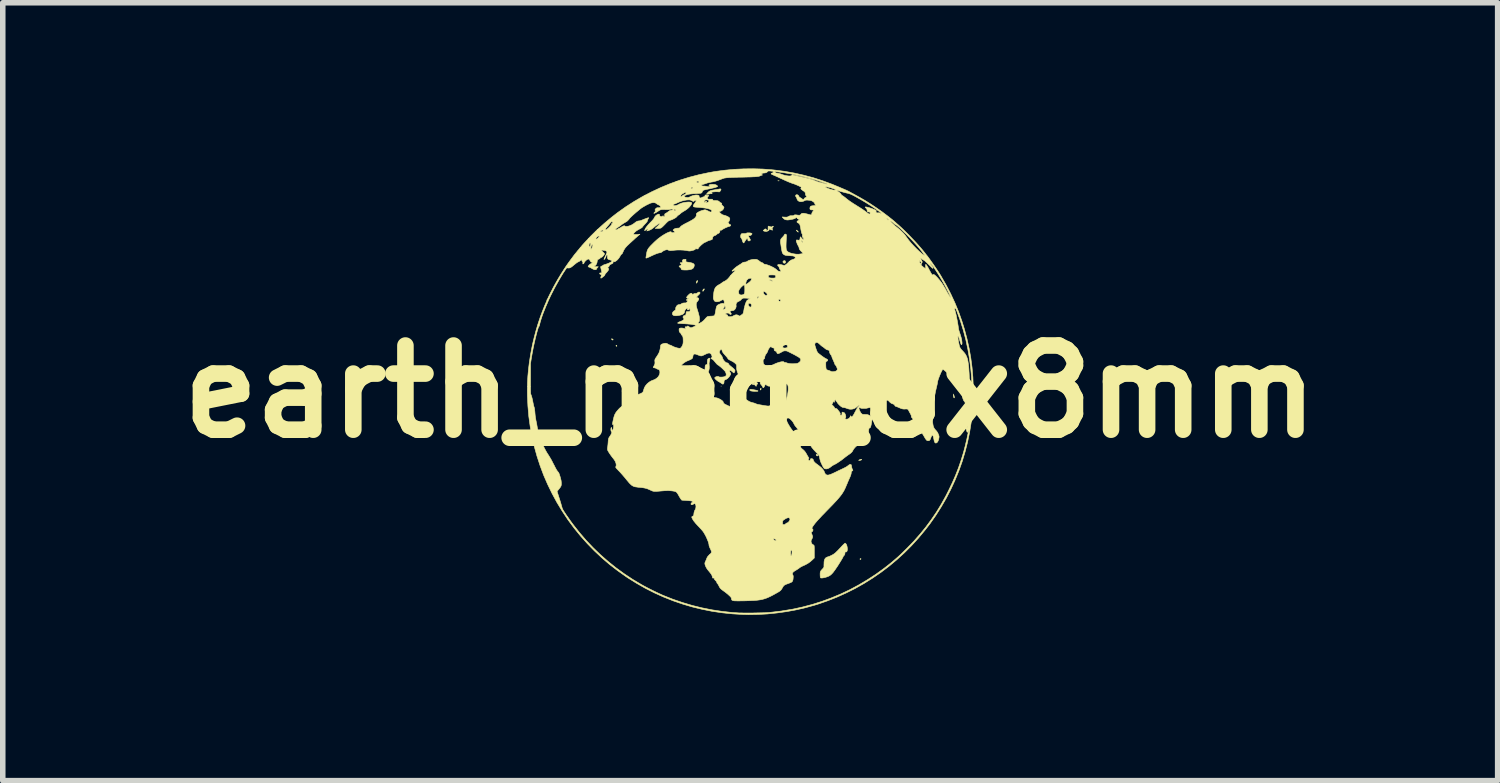
<source format=kicad_pcb>
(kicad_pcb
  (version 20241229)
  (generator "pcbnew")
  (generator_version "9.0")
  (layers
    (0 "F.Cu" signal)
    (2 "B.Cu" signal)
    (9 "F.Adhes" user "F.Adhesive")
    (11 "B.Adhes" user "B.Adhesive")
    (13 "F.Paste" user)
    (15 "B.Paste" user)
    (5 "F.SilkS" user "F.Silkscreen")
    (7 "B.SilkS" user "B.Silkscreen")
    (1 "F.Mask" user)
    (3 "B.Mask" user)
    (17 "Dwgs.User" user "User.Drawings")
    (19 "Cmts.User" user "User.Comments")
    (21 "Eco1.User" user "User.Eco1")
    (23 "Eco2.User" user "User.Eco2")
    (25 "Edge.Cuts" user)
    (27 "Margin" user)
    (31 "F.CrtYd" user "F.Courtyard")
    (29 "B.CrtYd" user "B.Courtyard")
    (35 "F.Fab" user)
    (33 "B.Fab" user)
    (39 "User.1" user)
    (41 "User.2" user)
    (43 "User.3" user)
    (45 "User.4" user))
  (footprint "earth_neg_8x8mm"
    (layer "F.Cu")
    (at 10.53 4.039)
    (property "Reference" "earth_neg_8x8mm" (at 0 0 0) (layer "F.SilkS") (effects (font (size 1.524 1.524) (thickness 0.3))))
    (attr through_hole)
    (fp_poly (pts (xy -0.525 -0.099) (xy -0.527 -0.097) (xy -0.529 -0.099) (xy -0.527 -0.102) (xy -0.525 -0.099)) (stroke (width 0.01) (type solid)) (fill yes) (layer "F.SilkS"))
    (fp_poly (pts (xy 0.522 -3.817) (xy 0.524 -3.816) (xy 0.518 -3.816) (xy 0.512 -3.815) (xy 0.503 -3.816) (xy 0.501 -3.817) (xy 0.503 -3.817) (xy 0.515 -3.818) (xy 0.522 -3.817)) (stroke (width 0.01) (type solid)) (fill yes) (layer "F.SilkS"))
    (fp_poly (pts (xy 2.006 3.025) (xy 2.005 3.03) (xy 2.002 3.034) (xy 1.994 3.039) (xy 1.989 3.037) (xy 1.987 3.031) (xy 1.991 3.025) (xy 1.999 3.023) (xy 2.006 3.025)) (stroke (width 0.01) (type solid)) (fill yes) (layer "F.SilkS"))
    (fp_poly (pts (xy -2.82 0.6) (xy -2.816 0.608) (xy -2.815 0.612) (xy -2.818 0.614) (xy -2.825 0.613) (xy -2.829 0.611) (xy -2.832 0.604) (xy -2.83 0.598) (xy -2.826 0.597) (xy -2.82 0.6)) (stroke (width 0.01) (type solid)) (fill yes) (layer "F.SilkS"))
    (fp_poly (pts (xy -1.025 -0.464) (xy -1.03 -0.458) (xy -1.039 -0.45) (xy -1.044 -0.449) (xy -1.045 -0.455) (xy -1.045 -0.456) (xy -1.04 -0.462) (xy -1.033 -0.465) (xy -1.026 -0.466) (xy -1.025 -0.464)) (stroke (width 0.01) (type solid)) (fill yes) (layer "F.SilkS"))
    (fp_poly (pts (xy -2.42 -0.838) (xy -2.419 -0.836) (xy -2.414 -0.828) (xy -2.413 -0.825) (xy -2.416 -0.821) (xy -2.422 -0.822) (xy -2.427 -0.826) (xy -2.428 -0.827) (xy -2.429 -0.836) (xy -2.426 -0.84) (xy -2.42 -0.838)) (stroke (width 0.01) (type solid)) (fill yes) (layer "F.SilkS"))
    (fp_poly (pts (xy -2.218 -0.327) (xy -2.213 -0.32) (xy -2.212 -0.313) (xy -2.213 -0.312) (xy -2.22 -0.309) (xy -2.224 -0.312) (xy -2.226 -0.318) (xy -2.226 -0.326) (xy -2.223 -0.33) (xy -2.223 -0.33) (xy -2.218 -0.327)) (stroke (width 0.01) (type solid)) (fill yes) (layer "F.SilkS"))
    (fp_poly (pts (xy -0.953 -2.008) (xy -0.951 -2.002) (xy -0.954 -1.993) (xy -0.959 -1.981) (xy -0.965 -1.973) (xy -0.973 -1.962) (xy -0.974 -1.979) (xy -0.971 -1.995) (xy -0.965 -2.004) (xy -0.957 -2.01) (xy -0.953 -2.008)) (stroke (width 0.01) (type solid)) (fill yes) (layer "F.SilkS"))
    (fp_poly (pts (xy -2.498 -0.954) (xy -2.489 -0.949) (xy -2.482 -0.943) (xy -2.481 -0.94) (xy -2.484 -0.935) (xy -2.491 -0.934) (xy -2.5 -0.938) (xy -2.502 -0.94) (xy -2.509 -0.949) (xy -2.51 -0.955) (xy -2.505 -0.957) (xy -2.498 -0.954)) (stroke (width 0.01) (type solid)) (fill yes) (layer "F.SilkS"))
    (fp_poly (pts (xy -2.297 -0.021) (xy -2.292 -0.019) (xy -2.292 -0.015) (xy -2.298 -0.009) (xy -2.307 -0.002) (xy -2.314 -0.001) (xy -2.317 -0.003) (xy -2.32 -0.009) (xy -2.32 -0.013) (xy -2.316 -0.02) (xy -2.307 -0.023) (xy -2.297 -0.021)) (stroke (width 0.01) (type solid)) (fill yes) (layer "F.SilkS"))
    (fp_poly (pts (xy -2.266 0.021) (xy -2.262 0.029) (xy -2.262 0.039) (xy -2.264 0.045) (xy -2.267 0.05) (xy -2.271 0.047) (xy -2.273 0.043) (xy -2.277 0.032) (xy -2.277 0.022) (xy -2.273 0.017) (xy -2.271 0.017) (xy -2.266 0.021)) (stroke (width 0.01) (type solid)) (fill yes) (layer "F.SilkS"))
    (fp_poly (pts (xy -0.83 -1.856) (xy -0.834 -1.847) (xy -0.841 -1.834) (xy -0.85 -1.821) (xy -0.856 -1.817) (xy -0.859 -1.819) (xy -0.859 -1.824) (xy -0.856 -1.839) (xy -0.848 -1.852) (xy -0.84 -1.858) (xy -0.832 -1.86) (xy -0.83 -1.856)) (stroke (width 0.01) (type solid)) (fill yes) (layer "F.SilkS"))
    (fp_poly (pts (xy 0.195 -0.062) (xy 0.197 -0.056) (xy 0.197 -0.046) (xy 0.194 -0.037) (xy 0.189 -0.03) (xy 0.186 -0.03) (xy 0.183 -0.033) (xy 0.182 -0.037) (xy 0.184 -0.046) (xy 0.188 -0.055) (xy 0.192 -0.062) (xy 0.195 -0.062)) (stroke (width 0.01) (type solid)) (fill yes) (layer "F.SilkS"))
    (fp_poly (pts (xy 1.215 1.138) (xy 1.223 1.145) (xy 1.227 1.154) (xy 1.226 1.158) (xy 1.22 1.163) (xy 1.211 1.164) (xy 1.202 1.16) (xy 1.198 1.155) (xy 1.195 1.145) (xy 1.198 1.137) (xy 1.206 1.135) (xy 1.215 1.138)) (stroke (width 0.01) (type solid)) (fill yes) (layer "F.SilkS"))
    (fp_poly (pts (xy 2.017 1.227) (xy 2.016 1.233) (xy 2.009 1.238) (xy 1.998 1.242) (xy 1.984 1.244) (xy 1.981 1.245) (xy 1.962 1.244) (xy 1.975 1.236) (xy 1.988 1.23) (xy 2.001 1.226) (xy 2.011 1.225) (xy 2.017 1.227)) (stroke (width 0.01) (type solid)) (fill yes) (layer "F.SilkS"))
    (fp_poly (pts (xy 0.843 -2.92) (xy 0.854 -2.911) (xy 0.863 -2.902) (xy 0.869 -2.894) (xy 0.87 -2.888) (xy 0.868 -2.887) (xy 0.864 -2.89) (xy 0.855 -2.897) (xy 0.849 -2.903) (xy 0.839 -2.915) (xy 0.834 -2.922) (xy 0.836 -2.924) (xy 0.843 -2.92)) (stroke (width 0.01) (type solid)) (fill yes) (layer "F.SilkS"))
    (fp_poly (pts (xy -2.869 0.638) (xy -2.86 0.645) (xy -2.853 0.653) (xy -2.85 0.66) (xy -2.85 0.662) (xy -2.856 0.667) (xy -2.865 0.667) (xy -2.874 0.663) (xy -2.876 0.661) (xy -2.881 0.652) (xy -2.883 0.643) (xy -2.88 0.636) (xy -2.876 0.635) (xy -2.869 0.638)) (stroke (width 0.01) (type solid)) (fill yes) (layer "F.SilkS"))
    (fp_poly (pts (xy 3.687 0.066) (xy 3.692 0.081) (xy 3.695 0.095) (xy 3.696 0.107) (xy 3.694 0.113) (xy 3.692 0.114) (xy 3.688 0.111) (xy 3.684 0.102) (xy 3.683 0.101) (xy 3.681 0.089) (xy 3.679 0.073) (xy 3.679 0.066) (xy 3.679 0.044) (xy 3.687 0.066)) (stroke (width 0.01) (type solid)) (fill yes) (layer "F.SilkS"))
    (fp_poly (pts (xy -1.087 -0.462) (xy -1.084 -0.46) (xy -1.081 -0.45) (xy -1.084 -0.439) (xy -1.091 -0.429) (xy -1.101 -0.421) (xy -1.109 -0.419) (xy -1.114 -0.422) (xy -1.12 -0.43) (xy -1.125 -0.438) (xy -1.124 -0.444) (xy -1.119 -0.452) (xy -1.109 -0.461) (xy -1.097 -0.465) (xy -1.087 -0.462)) (stroke (width 0.01) (type solid)) (fill yes) (layer "F.SilkS"))
    (fp_poly (pts (xy 0.631 -2.368) (xy 0.638 -2.358) (xy 0.639 -2.347) (xy 0.638 -2.336) (xy 0.634 -2.329) (xy 0.624 -2.325) (xy 0.612 -2.325) (xy 0.601 -2.33) (xy 0.6 -2.332) (xy 0.593 -2.344) (xy 0.593 -2.356) (xy 0.601 -2.365) (xy 0.613 -2.37) (xy 0.619 -2.371) (xy 0.631 -2.368)) (stroke (width 0.01) (type solid)) (fill yes) (layer "F.SilkS"))
    (fp_poly (pts (xy -2.143 -0.005) (xy -2.146 0.003) (xy -2.148 0.008) (xy -2.155 0.019) (xy -2.165 0.029) (xy -2.176 0.039) (xy -2.187 0.046) (xy -2.195 0.05) (xy -2.2 0.049) (xy -2.201 0.047) (xy -2.198 0.042) (xy -2.191 0.033) (xy -2.181 0.022) (xy -2.169 0.011) (xy -2.159 0.002) (xy -2.151 -0.004) (xy -2.15 -0.004) (xy -2.144 -0.007) (xy -2.143 -0.005)) (stroke (width 0.01) (type solid)) (fill yes) (layer "F.SilkS"))
    (fp_poly (pts (xy -2.909 0.477) (xy -2.906 0.482) (xy -2.9 0.497) (xy -2.89 0.515) (xy -2.88 0.53) (xy -2.876 0.534) (xy -2.871 0.542) (xy -2.869 0.547) (xy -2.87 0.548) (xy -2.874 0.546) (xy -2.882 0.54) (xy -2.886 0.536) (xy -2.896 0.525) (xy -2.906 0.512) (xy -2.915 0.498) (xy -2.922 0.487) (xy -2.925 0.479) (xy -2.925 0.479) (xy -2.922 0.475) (xy -2.915 0.474) (xy -2.909 0.477)) (stroke (width 0.01) (type solid)) (fill yes) (layer "F.SilkS"))
    (fp_poly (pts (xy 0.611 -0.076) (xy 0.606 -0.068) (xy 0.603 -0.064) (xy 0.595 -0.052) (xy 0.591 -0.041) (xy 0.591 -0.039) (xy 0.589 -0.032) (xy 0.584 -0.026) (xy 0.573 -0.019) (xy 0.567 -0.016) (xy 0.542 -0.006) (xy 0.521 -0.002) (xy 0.51 -0.003) (xy 0.5 -0.008) (xy 0.498 -0.016) (xy 0.504 -0.029) (xy 0.516 -0.043) (xy 0.528 -0.053) (xy 0.541 -0.055) (xy 0.552 -0.057) (xy 0.567 -0.062) (xy 0.58 -0.068) (xy 0.594 -0.074) (xy 0.605 -0.078) (xy 0.61 -0.079) (xy 0.611 -0.076)) (stroke (width 0.01) (type solid)) (fill yes) (layer "F.SilkS"))
    (fp_poly (pts (xy 0.02 -0.041) (xy 0.038 -0.038) (xy 0.059 -0.035) (xy 0.08 -0.031) (xy 0.1 -0.027) (xy 0.117 -0.023) (xy 0.129 -0.019) (xy 0.13 -0.019) (xy 0.14 -0.014) (xy 0.142 -0.011) (xy 0.139 -0.009) (xy 0.138 -0.008) (xy 0.128 -0.006) (xy 0.113 -0.005) (xy 0.093 -0.005) (xy 0.071 -0.006) (xy 0.05 -0.007) (xy 0.035 -0.009) (xy 0.02 -0.011) (xy 0.007 -0.014) (xy 0.000253 -0.017) (xy -0.007 -0.024) (xy -0.008 -0.033) (xy -0.004 -0.04) (xy -0.001 -0.041) (xy 0.006 -0.042) (xy 0.02 -0.041)) (stroke (width 0.01) (type solid)) (fill yes) (layer "F.SilkS"))
    (fp_poly (pts (xy -0.733 -0.605) (xy -0.731 -0.604) (xy -0.73 -0.596) (xy -0.731 -0.581) (xy -0.734 -0.563) (xy -0.739 -0.541) (xy -0.74 -0.538) (xy -0.744 -0.516) (xy -0.743 -0.493) (xy -0.743 -0.487) (xy -0.741 -0.45) (xy -0.742 -0.415) (xy -0.748 -0.385) (xy -0.756 -0.363) (xy -0.766 -0.353) (xy -0.781 -0.346) (xy -0.802 -0.343) (xy -0.807 -0.343) (xy -0.82 -0.343) (xy -0.818 -0.401) (xy -0.817 -0.43) (xy -0.816 -0.451) (xy -0.814 -0.466) (xy -0.812 -0.476) (xy -0.808 -0.482) (xy -0.803 -0.485) (xy -0.797 -0.487) (xy -0.796 -0.487) (xy -0.786 -0.49) (xy -0.78 -0.493) (xy -0.78 -0.493) (xy -0.778 -0.498) (xy -0.777 -0.51) (xy -0.777 -0.526) (xy -0.776 -0.536) (xy -0.775 -0.559) (xy -0.773 -0.576) (xy -0.768 -0.588) (xy -0.759 -0.596) (xy -0.749 -0.602) (xy -0.738 -0.606) (xy -0.733 -0.605)) (stroke (width 0.01) (type solid)) (fill yes) (layer "F.SilkS"))
    (fp_poly (pts (xy -0.535 -3.669) (xy -0.53 -3.663) (xy -0.53 -3.653) (xy -0.535 -3.641) (xy -0.543 -3.63) (xy -0.558 -3.615) (xy -0.592 -3.618) (xy -0.61 -3.619) (xy -0.632 -3.618) (xy -0.655 -3.616) (xy -0.676 -3.614) (xy -0.693 -3.61) (xy -0.701 -3.608) (xy -0.707 -3.604) (xy -0.704 -3.598) (xy -0.695 -3.593) (xy -0.689 -3.589) (xy -0.688 -3.587) (xy -0.693 -3.586) (xy -0.705 -3.584) (xy -0.709 -3.584) (xy -0.726 -3.581) (xy -0.743 -3.578) (xy -0.751 -3.577) (xy -0.766 -3.574) (xy -0.779 -3.573) (xy -0.78 -3.573) (xy -0.792 -3.573) (xy -0.784 -3.585) (xy -0.766 -3.605) (xy -0.746 -3.623) (xy -0.725 -3.635) (xy -0.723 -3.636) (xy -0.711 -3.64) (xy -0.693 -3.645) (xy -0.67 -3.649) (xy -0.646 -3.653) (xy -0.645 -3.653) (xy -0.621 -3.657) (xy -0.599 -3.66) (xy -0.579 -3.663) (xy -0.565 -3.666) (xy -0.564 -3.666) (xy -0.55 -3.669) (xy -0.539 -3.669) (xy -0.535 -3.669)) (stroke (width 0.01) (type solid)) (fill yes) (layer "F.SilkS"))
    (fp_poly (pts (xy -1.183 -2.395) (xy -1.162 -2.394) (xy -1.163 -2.372) (xy -1.164 -2.362) (xy -1.164 -2.356) (xy -1.161 -2.351) (xy -1.155 -2.348) (xy -1.145 -2.346) (xy -1.128 -2.343) (xy -1.111 -2.341) (xy -1.09 -2.337) (xy -1.068 -2.332) (xy -1.05 -2.327) (xy -1.031 -2.319) (xy -1.019 -2.31) (xy -1.013 -2.298) (xy -1.013 -2.282) (xy -1.013 -2.277) (xy -1.02 -2.254) (xy -1.031 -2.236) (xy -1.049 -2.222) (xy -1.072 -2.212) (xy -1.102 -2.206) (xy -1.14 -2.202) (xy -1.171 -2.202) (xy -1.191 -2.202) (xy -1.209 -2.203) (xy -1.222 -2.204) (xy -1.228 -2.204) (xy -1.241 -2.209) (xy -1.248 -2.218) (xy -1.25 -2.227) (xy -1.256 -2.239) (xy -1.27 -2.25) (xy -1.281 -2.259) (xy -1.287 -2.267) (xy -1.285 -2.273) (xy -1.282 -2.275) (xy -1.274 -2.277) (xy -1.265 -2.279) (xy -1.255 -2.285) (xy -1.25 -2.295) (xy -1.249 -2.306) (xy -1.254 -2.316) (xy -1.262 -2.321) (xy -1.268 -2.325) (xy -1.269 -2.329) (xy -1.264 -2.333) (xy -1.251 -2.334) (xy -1.245 -2.334) (xy -1.223 -2.333) (xy -1.226 -2.355) (xy -1.227 -2.369) (xy -1.226 -2.377) (xy -1.222 -2.383) (xy -1.217 -2.387) (xy -1.207 -2.393) (xy -1.195 -2.395) (xy -1.183 -2.395)) (stroke (width 0.01) (type solid)) (fill yes) (layer "F.SilkS"))
    (fp_poly (pts (xy 0.416 -2.994) (xy 0.419 -2.987) (xy 0.419 -2.987) (xy 0.416 -2.981) (xy 0.41 -2.979) (xy 0.404 -2.975) (xy 0.403 -2.968) (xy 0.404 -2.966) (xy 0.404 -2.958) (xy 0.399 -2.953) (xy 0.396 -2.952) (xy 0.385 -2.95) (xy 0.397 -2.937) (xy 0.409 -2.924) (xy 0.389 -2.927) (xy 0.372 -2.931) (xy 0.361 -2.94) (xy 0.353 -2.948) (xy 0.349 -2.95) (xy 0.347 -2.945) (xy 0.347 -2.942) (xy 0.343 -2.928) (xy 0.333 -2.916) (xy 0.317 -2.907) (xy 0.299 -2.901) (xy 0.278 -2.9) (xy 0.258 -2.904) (xy 0.25 -2.906) (xy 0.236 -2.913) (xy 0.247 -2.926) (xy 0.26 -2.939) (xy 0.272 -2.945) (xy 0.284 -2.943) (xy 0.288 -2.94) (xy 0.294 -2.929) (xy 0.295 -2.922) (xy 0.296 -2.912) (xy 0.302 -2.91) (xy 0.311 -2.915) (xy 0.314 -2.916) (xy 0.319 -2.921) (xy 0.322 -2.927) (xy 0.323 -2.937) (xy 0.324 -2.952) (xy 0.324 -2.958) (xy 0.324 -2.975) (xy 0.325 -2.987) (xy 0.326 -2.994) (xy 0.326 -2.995) (xy 0.331 -2.995) (xy 0.342 -2.992) (xy 0.353 -2.989) (xy 0.371 -2.983) (xy 0.384 -2.981) (xy 0.392 -2.982) (xy 0.399 -2.987) (xy 0.402 -2.989) (xy 0.41 -2.995) (xy 0.416 -2.994)) (stroke (width 0.01) (type solid)) (fill yes) (layer "F.SilkS"))
    (fp_poly (pts (xy -0.008 -2.873) (xy 0.012 -2.87) (xy 0.026 -2.865) (xy 0.033 -2.859) (xy 0.031 -2.851) (xy 0.025 -2.842) (xy 0.015 -2.833) (xy 0.004 -2.827) (xy -0.007 -2.824) (xy -0.008 -2.824) (xy -0.018 -2.824) (xy -0.024 -2.824) (xy -0.029 -2.82) (xy -0.029 -2.811) (xy -0.024 -2.798) (xy -0.014 -2.781) (xy -0.012 -2.778) (xy -0.004 -2.764) (xy 0.002 -2.752) (xy 0.003 -2.745) (xy 0.003 -2.744) (xy -0.001 -2.737) (xy -0.01 -2.731) (xy -0.01 -2.731) (xy -0.02 -2.727) (xy -0.028 -2.728) (xy -0.034 -2.731) (xy -0.04 -2.736) (xy -0.043 -2.742) (xy -0.043 -2.753) (xy -0.043 -2.757) (xy -0.043 -2.77) (xy -0.044 -2.776) (xy -0.048 -2.777) (xy -0.057 -2.773) (xy -0.068 -2.762) (xy -0.082 -2.744) (xy -0.094 -2.725) (xy -0.105 -2.707) (xy -0.113 -2.696) (xy -0.119 -2.692) (xy -0.124 -2.693) (xy -0.129 -2.701) (xy -0.134 -2.711) (xy -0.14 -2.727) (xy -0.145 -2.742) (xy -0.147 -2.75) (xy -0.153 -2.768) (xy -0.161 -2.778) (xy -0.17 -2.788) (xy -0.173 -2.799) (xy -0.174 -2.808) (xy -0.172 -2.828) (xy -0.167 -2.845) (xy -0.159 -2.856) (xy -0.156 -2.858) (xy -0.149 -2.859) (xy -0.135 -2.861) (xy -0.118 -2.862) (xy -0.111 -2.862) (xy -0.091 -2.862) (xy -0.078 -2.864) (xy -0.07 -2.866) (xy -0.068 -2.868) (xy -0.061 -2.872) (xy -0.049 -2.874) (xy -0.032 -2.874) (xy -0.008 -2.873)) (stroke (width 0.01) (type solid)) (fill yes) (layer "F.SilkS"))
    (fp_poly (pts (xy 1.724 2.747) (xy 1.733 2.755) (xy 1.741 2.767) (xy 1.746 2.778) (xy 1.75 2.79) (xy 1.754 2.807) (xy 1.757 2.825) (xy 1.759 2.852) (xy 1.757 2.873) (xy 1.752 2.89) (xy 1.744 2.9) (xy 1.733 2.903) (xy 1.729 2.902) (xy 1.721 2.902) (xy 1.716 2.909) (xy 1.715 2.922) (xy 1.715 2.927) (xy 1.712 2.945) (xy 1.707 2.958) (xy 1.699 2.965) (xy 1.692 2.971) (xy 1.686 2.98) (xy 1.686 2.981) (xy 1.68 2.995) (xy 1.67 3.014) (xy 1.656 3.038) (xy 1.639 3.066) (xy 1.62 3.097) (xy 1.6 3.129) (xy 1.579 3.162) (xy 1.557 3.194) (xy 1.536 3.225) (xy 1.527 3.237) (xy 1.503 3.27) (xy 1.48 3.296) (xy 1.459 3.316) (xy 1.437 3.332) (xy 1.42 3.341) (xy 1.396 3.351) (xy 1.369 3.36) (xy 1.342 3.367) (xy 1.317 3.372) (xy 1.297 3.374) (xy 1.296 3.374) (xy 1.283 3.374) (xy 1.276 3.372) (xy 1.272 3.367) (xy 1.27 3.363) (xy 1.268 3.354) (xy 1.267 3.339) (xy 1.266 3.321) (xy 1.266 3.31) (xy 1.266 3.287) (xy 1.268 3.27) (xy 1.273 3.256) (xy 1.28 3.242) (xy 1.293 3.227) (xy 1.307 3.212) (xy 1.319 3.199) (xy 1.328 3.187) (xy 1.333 3.178) (xy 1.334 3.176) (xy 1.335 3.169) (xy 1.335 3.156) (xy 1.335 3.138) (xy 1.336 3.118) (xy 1.337 3.082) (xy 1.342 3.053) (xy 1.351 3.03) (xy 1.363 3.013) (xy 1.38 3.001) (xy 1.401 2.992) (xy 1.404 2.991) (xy 1.422 2.986) (xy 1.442 2.978) (xy 1.461 2.969) (xy 1.461 2.969) (xy 1.485 2.957) (xy 1.506 2.945) (xy 1.525 2.932) (xy 1.544 2.917) (xy 1.563 2.898) (xy 1.586 2.876) (xy 1.612 2.848) (xy 1.617 2.843) (xy 1.645 2.813) (xy 1.668 2.788) (xy 1.687 2.769) (xy 1.701 2.756) (xy 1.711 2.747) (xy 1.717 2.743) (xy 1.718 2.743) (xy 1.724 2.747)) (stroke (width 0.01) (type solid)) (fill yes) (layer "F.SilkS"))
    (fp_poly (pts (xy 0.225 -4.029) (xy 0.393 -4.016) (xy 0.443 -4.011) (xy 0.621 -3.988) (xy 0.796 -3.957) (xy 0.97 -3.918) (xy 1.142 -3.872) (xy 1.312 -3.817) (xy 1.483 -3.754) (xy 1.621 -3.697) (xy 1.648 -3.685) (xy 1.674 -3.674) (xy 1.698 -3.664) (xy 1.718 -3.655) (xy 1.732 -3.649) (xy 1.734 -3.649) (xy 1.751 -3.64) (xy 1.769 -3.632) (xy 1.782 -3.625) (xy 1.794 -3.619) (xy 1.811 -3.61) (xy 1.83 -3.599) (xy 1.846 -3.591) (xy 1.964 -3.526) (xy 2.077 -3.461) (xy 2.184 -3.394) (xy 2.289 -3.324) (xy 2.394 -3.25) (xy 2.499 -3.171) (xy 2.523 -3.152) (xy 2.544 -3.135) (xy 2.566 -3.118) (xy 2.586 -3.101) (xy 2.602 -3.088) (xy 2.605 -3.085) (xy 2.619 -3.073) (xy 2.637 -3.057) (xy 2.657 -3.039) (xy 2.679 -3.02) (xy 2.692 -3.008) (xy 2.731 -2.973) (xy 2.773 -2.933) (xy 2.818 -2.889) (xy 2.864 -2.843) (xy 2.911 -2.794) (xy 2.958 -2.745) (xy 3.003 -2.697) (xy 3.046 -2.649) (xy 3.085 -2.604) (xy 3.12 -2.563) (xy 3.15 -2.526) (xy 3.15 -2.525) (xy 3.162 -2.511) (xy 3.172 -2.498) (xy 3.179 -2.489) (xy 3.18 -2.487) (xy 3.211 -2.449) (xy 3.244 -2.404) (xy 3.279 -2.355) (xy 3.316 -2.303) (xy 3.353 -2.249) (xy 3.389 -2.195) (xy 3.424 -2.141) (xy 3.456 -2.09) (xy 3.457 -2.087) (xy 3.547 -1.931) (xy 3.629 -1.772) (xy 3.705 -1.609) (xy 3.773 -1.444) (xy 3.832 -1.277) (xy 3.876 -1.137) (xy 3.923 -0.961) (xy 3.962 -0.787) (xy 3.993 -0.612) (xy 4.016 -0.437) (xy 4.031 -0.26) (xy 4.038 -0.08) (xy 4.039 0.002) (xy 4.034 0.187) (xy 4.022 0.371) (xy 4.001 0.553) (xy 3.972 0.734) (xy 3.935 0.913) (xy 3.89 1.089) (xy 3.838 1.263) (xy 3.777 1.434) (xy 3.708 1.603) (xy 3.632 1.768) (xy 3.549 1.93) (xy 3.457 2.088) (xy 3.359 2.243) (xy 3.253 2.394) (xy 3.163 2.51) (xy 3.044 2.653) (xy 2.92 2.789) (xy 2.79 2.919) (xy 2.654 3.043) (xy 2.513 3.161) (xy 2.368 3.271) (xy 2.217 3.375) (xy 2.062 3.472) (xy 1.903 3.562) (xy 1.739 3.644) (xy 1.571 3.72) (xy 1.4 3.787) (xy 1.225 3.848) (xy 1.155 3.869) (xy 0.992 3.914) (xy 0.825 3.952) (xy 0.655 3.983) (xy 0.483 4.007) (xy 0.31 4.025) (xy 0.138 4.034) (xy -0.033 4.037) (xy -0.136 4.034) (xy -0.322 4.023) (xy -0.506 4.004) (xy -0.689 3.977) (xy -0.869 3.941) (xy -1.047 3.898) (xy -1.223 3.846) (xy -1.395 3.787) (xy -1.566 3.719) (xy -1.733 3.644) (xy -1.897 3.561) (xy -2.057 3.47) (xy -2.214 3.372) (xy -2.254 3.345) (xy -2.403 3.239) (xy -2.548 3.127) (xy -2.687 3.008) (xy -2.821 2.882) (xy -2.949 2.751) (xy -3.071 2.614) (xy -3.186 2.473) (xy -3.295 2.326) (xy -3.301 2.318) (xy -3.403 2.164) (xy -3.499 2.006) (xy -3.586 1.845) (xy -3.666 1.681) (xy -3.739 1.513) (xy -3.803 1.342) (xy -3.86 1.168) (xy -3.909 0.992) (xy -3.95 0.813) (xy -3.983 0.631) (xy -4.008 0.448) (xy -4.024 0.262) (xy -4.033 0.074) (xy -4.034 -0.032) (xy -4.032 -0.134) (xy -3.977 -0.134) (xy -3.977 -0.094) (xy -3.977 -0.061) (xy -3.977 -0.034) (xy -3.976 -0.012) (xy -3.976 0.006) (xy -3.975 0.02) (xy -3.975 0.03) (xy -3.974 0.038) (xy -3.972 0.044) (xy -3.971 0.049) (xy -3.969 0.053) (xy -3.968 0.055) (xy -3.961 0.075) (xy -3.952 0.104) (xy -3.943 0.14) (xy -3.934 0.185) (xy -3.931 0.202) (xy -3.926 0.225) (xy -3.921 0.248) (xy -3.916 0.268) (xy -3.911 0.282) (xy -3.911 0.282) (xy -3.906 0.301) (xy -3.902 0.329) (xy -3.898 0.364) (xy -3.897 0.377) (xy -3.894 0.412) (xy -3.891 0.442) (xy -3.887 0.468) (xy -3.883 0.492) (xy -3.879 0.517) (xy -3.874 0.54) (xy -3.87 0.558) (xy -3.865 0.582) (xy -3.861 0.609) (xy -3.856 0.636) (xy -3.855 0.643) (xy -3.849 0.675) (xy -3.844 0.701) (xy -3.839 0.723) (xy -3.834 0.745) (xy -3.827 0.768) (xy -3.818 0.795) (xy -3.813 0.811) (xy -3.793 0.867) (xy -3.77 0.923) (xy -3.747 0.977) (xy -3.723 1.028) (xy -3.698 1.074) (xy -3.675 1.114) (xy -3.668 1.124) (xy -3.652 1.149) (xy -3.637 1.173) (xy -3.622 1.198) (xy -3.606 1.225) (xy -3.589 1.256) (xy -3.571 1.292) (xy -3.549 1.334) (xy -3.547 1.337) (xy -3.53 1.372) (xy -3.515 1.399) (xy -3.503 1.421) (xy -3.492 1.436) (xy -3.484 1.447) (xy -3.481 1.45) (xy -3.472 1.461) (xy -3.464 1.473) (xy -3.458 1.488) (xy -3.451 1.508) (xy -3.439 1.546) (xy -3.431 1.577) (xy -3.424 1.604) (xy -3.421 1.628) (xy -3.419 1.65) (xy -3.419 1.662) (xy -3.419 1.679) (xy -3.421 1.694) (xy -3.424 1.708) (xy -3.431 1.721) (xy -3.441 1.737) (xy -3.456 1.756) (xy -3.469 1.772) (xy -3.496 1.806) (xy -3.467 1.897) (xy -3.457 1.928) (xy -3.446 1.962) (xy -3.436 1.995) (xy -3.427 2.025) (xy -3.42 2.05) (xy -3.42 2.051) (xy -3.413 2.074) (xy -3.407 2.096) (xy -3.401 2.114) (xy -3.397 2.126) (xy -3.395 2.129) (xy -3.388 2.141) (xy -3.377 2.159) (xy -3.363 2.181) (xy -3.345 2.208) (xy -3.326 2.237) (xy -3.304 2.267) (xy -3.282 2.299) (xy -3.26 2.331) (xy -3.238 2.361) (xy -3.218 2.389) (xy -3.205 2.406) (xy -3.09 2.552) (xy -2.97 2.691) (xy -2.843 2.825) (xy -2.711 2.952) (xy -2.572 3.074) (xy -2.429 3.189) (xy -2.279 3.298) (xy -2.125 3.4) (xy -1.965 3.495) (xy -1.949 3.504) (xy -1.918 3.521) (xy -1.88 3.541) (xy -1.838 3.563) (xy -1.794 3.585) (xy -1.748 3.608) (xy -1.702 3.63) (xy -1.658 3.651) (xy -1.618 3.669) (xy -1.584 3.685) (xy -1.574 3.689) (xy -1.403 3.757) (xy -1.228 3.817) (xy -1.051 3.87) (xy -0.872 3.914) (xy -0.691 3.95) (xy -0.507 3.978) (xy -0.321 3.998) (xy -0.229 4.004) (xy -0.203 4.006) (xy -0.171 4.006) (xy -0.133 4.007) (xy -0.09 4.007) (xy -0.044 4.007) (xy 0.004 4.007) (xy 0.054 4.007) (xy 0.103 4.006) (xy 0.15 4.005) (xy 0.195 4.004) (xy 0.236 4.003) (xy 0.272 4.002) (xy 0.301 4) (xy 0.318 3.999) (xy 0.385 3.993) (xy 0.446 3.986) (xy 0.504 3.979) (xy 0.562 3.972) (xy 0.586 3.968) (xy 0.768 3.938) (xy 0.947 3.899) (xy 1.124 3.852) (xy 1.298 3.797) (xy 1.469 3.734) (xy 1.637 3.664) (xy 1.802 3.586) (xy 1.963 3.5) (xy 2.121 3.406) (xy 2.275 3.306) (xy 2.424 3.198) (xy 2.51 3.131) (xy 2.569 3.083) (xy 2.624 3.036) (xy 2.679 2.988) (xy 2.734 2.937) (xy 2.791 2.881) (xy 2.839 2.834) (xy 2.96 2.709) (xy 3.073 2.581) (xy 3.179 2.451) (xy 3.278 2.317) (xy 3.372 2.179) (xy 3.46 2.035) (xy 3.543 1.885) (xy 3.593 1.786) (xy 3.659 1.648) (xy 3.718 1.513) (xy 3.771 1.377) (xy 3.818 1.24) (xy 3.861 1.1) (xy 3.89 0.99) (xy 3.897 0.962) (xy 3.904 0.931) (xy 3.912 0.899) (xy 3.92 0.865) (xy 3.927 0.832) (xy 3.933 0.801) (xy 3.94 0.772) (xy 3.945 0.746) (xy 3.949 0.725) (xy 3.951 0.71) (xy 3.952 0.701) (xy 3.952 0.699) (xy 3.949 0.701) (xy 3.946 0.708) (xy 3.943 0.717) (xy 3.941 0.725) (xy 3.941 0.726) (xy 3.938 0.733) (xy 3.932 0.735) (xy 3.927 0.732) (xy 3.923 0.725) (xy 3.919 0.712) (xy 3.916 0.702) (xy 3.912 0.689) (xy 3.906 0.671) (xy 3.897 0.651) (xy 3.887 0.63) (xy 3.877 0.609) (xy 3.867 0.59) (xy 3.862 0.582) (xy 3.905 0.582) (xy 3.906 0.594) (xy 3.91 0.611) (xy 3.915 0.631) (xy 3.919 0.647) (xy 3.921 0.652) (xy 3.924 0.65) (xy 3.927 0.642) (xy 3.928 0.63) (xy 3.929 0.622) (xy 3.928 0.606) (xy 3.925 0.595) (xy 3.919 0.586) (xy 3.918 0.585) (xy 3.911 0.579) (xy 3.906 0.576) (xy 3.905 0.577) (xy 3.905 0.582) (xy 3.862 0.582) (xy 3.858 0.575) (xy 3.851 0.566) (xy 3.848 0.563) (xy 3.842 0.557) (xy 3.883 0.557) (xy 3.886 0.565) (xy 3.893 0.567) (xy 3.9 0.564) (xy 3.903 0.559) (xy 3.907 0.547) (xy 3.907 0.536) (xy 3.903 0.528) (xy 3.901 0.526) (xy 3.893 0.527) (xy 3.886 0.536) (xy 3.884 0.545) (xy 3.883 0.557) (xy 3.842 0.557) (xy 3.841 0.555) (xy 3.841 0.545) (xy 3.849 0.532) (xy 3.857 0.524) (xy 3.866 0.514) (xy 3.872 0.506) (xy 3.873 0.502) (xy 3.87 0.497) (xy 3.862 0.488) (xy 3.852 0.481) (xy 3.839 0.47) (xy 3.828 0.459) (xy 3.822 0.452) (xy 3.816 0.434) (xy 3.817 0.414) (xy 3.824 0.394) (xy 3.838 0.374) (xy 3.857 0.356) (xy 3.86 0.354) (xy 3.868 0.348) (xy 3.875 0.345) (xy 3.881 0.345) (xy 3.889 0.348) (xy 3.902 0.355) (xy 3.909 0.358) (xy 3.92 0.362) (xy 3.927 0.36) (xy 3.93 0.351) (xy 3.93 0.336) (xy 3.926 0.313) (xy 3.919 0.283) (xy 3.911 0.256) (xy 3.901 0.225) (xy 3.892 0.202) (xy 3.882 0.185) (xy 3.873 0.173) (xy 3.871 0.171) (xy 3.865 0.162) (xy 3.858 0.147) (xy 3.85 0.126) (xy 3.842 0.097) (xy 3.833 0.061) (xy 3.825 0.028) (xy 3.813 -0.023) (xy 3.803 -0.066) (xy 3.793 -0.104) (xy 3.784 -0.138) (xy 3.774 -0.171) (xy 3.764 -0.202) (xy 3.756 -0.229) (xy 3.747 -0.253) (xy 3.74 -0.275) (xy 3.734 -0.293) (xy 3.729 -0.305) (xy 3.726 -0.311) (xy 3.724 -0.312) (xy 3.722 -0.307) (xy 3.718 -0.296) (xy 3.714 -0.277) (xy 3.713 -0.268) (xy 3.708 -0.246) (xy 3.703 -0.225) (xy 3.698 -0.206) (xy 3.695 -0.196) (xy 3.687 -0.18) (xy 3.679 -0.168) (xy 3.672 -0.162) (xy 3.666 -0.163) (xy 3.664 -0.169) (xy 3.66 -0.181) (xy 3.654 -0.197) (xy 3.649 -0.216) (xy 3.641 -0.245) (xy 3.634 -0.268) (xy 3.627 -0.284) (xy 3.62 -0.296) (xy 3.613 -0.306) (xy 3.604 -0.313) (xy 3.599 -0.317) (xy 3.586 -0.326) (xy 3.57 -0.338) (xy 3.554 -0.352) (xy 3.551 -0.355) (xy 3.529 -0.374) (xy 3.513 -0.388) (xy 3.501 -0.396) (xy 3.492 -0.4) (xy 3.487 -0.401) (xy 3.486 -0.401) (xy 3.48 -0.395) (xy 3.472 -0.383) (xy 3.463 -0.365) (xy 3.452 -0.343) (xy 3.441 -0.317) (xy 3.43 -0.291) (xy 3.419 -0.263) (xy 3.409 -0.237) (xy 3.401 -0.212) (xy 3.395 -0.191) (xy 3.392 -0.175) (xy 3.391 -0.168) (xy 3.39 -0.159) (xy 3.387 -0.144) (xy 3.383 -0.124) (xy 3.377 -0.1) (xy 3.372 -0.078) (xy 3.353 0.004) (xy 3.339 0.079) (xy 3.328 0.149) (xy 3.326 0.17) (xy 3.323 0.198) (xy 3.319 0.221) (xy 3.314 0.241) (xy 3.307 0.262) (xy 3.298 0.285) (xy 3.288 0.307) (xy 3.277 0.334) (xy 3.271 0.355) (xy 3.269 0.374) (xy 3.272 0.392) (xy 3.276 0.406) (xy 3.288 0.444) (xy 3.296 0.489) (xy 3.3 0.523) (xy 3.303 0.562) (xy 3.308 0.595) (xy 3.313 0.622) (xy 3.321 0.644) (xy 3.33 0.663) (xy 3.343 0.681) (xy 3.355 0.694) (xy 3.377 0.719) (xy 3.393 0.743) (xy 3.405 0.769) (xy 3.412 0.786) (xy 3.417 0.803) (xy 3.419 0.815) (xy 3.418 0.829) (xy 3.416 0.841) (xy 3.41 0.87) (xy 3.401 0.894) (xy 3.39 0.913) (xy 3.377 0.925) (xy 3.364 0.931) (xy 3.359 0.931) (xy 3.35 0.928) (xy 3.342 0.92) (xy 3.336 0.908) (xy 3.33 0.889) (xy 3.325 0.863) (xy 3.323 0.855) (xy 3.317 0.826) (xy 3.311 0.805) (xy 3.305 0.792) (xy 3.299 0.787) (xy 3.298 0.787) (xy 3.292 0.791) (xy 3.285 0.802) (xy 3.277 0.817) (xy 3.269 0.837) (xy 3.268 0.842) (xy 3.259 0.864) (xy 3.249 0.879) (xy 3.237 0.887) (xy 3.222 0.889) (xy 3.222 0.889) (xy 3.212 0.888) (xy 3.204 0.886) (xy 3.195 0.881) (xy 3.187 0.872) (xy 3.177 0.859) (xy 3.165 0.841) (xy 3.151 0.816) (xy 3.139 0.796) (xy 3.128 0.777) (xy 3.116 0.759) (xy 3.105 0.745) (xy 3.101 0.741) (xy 3.092 0.73) (xy 3.081 0.713) (xy 3.069 0.693) (xy 3.057 0.672) (xy 3.057 0.671) (xy 3.038 0.636) (xy 3.021 0.607) (xy 3.004 0.583) (xy 2.987 0.56) (xy 2.981 0.553) (xy 2.97 0.537) (xy 2.958 0.519) (xy 2.951 0.505) (xy 2.942 0.49) (xy 2.934 0.478) (xy 2.927 0.471) (xy 2.92 0.465) (xy 2.917 0.455) (xy 2.917 0.447) (xy 2.915 0.433) (xy 2.908 0.416) (xy 2.9 0.4) (xy 2.889 0.381) (xy 2.878 0.361) (xy 2.869 0.344) (xy 2.861 0.329) (xy 2.853 0.32) (xy 2.842 0.315) (xy 2.828 0.314) (xy 2.807 0.315) (xy 2.806 0.315) (xy 2.784 0.316) (xy 2.763 0.314) (xy 2.74 0.308) (xy 2.713 0.298) (xy 2.7 0.292) (xy 2.681 0.284) (xy 2.662 0.276) (xy 2.647 0.271) (xy 2.643 0.27) (xy 2.63 0.265) (xy 2.622 0.259) (xy 2.618 0.251) (xy 2.607 0.235) (xy 2.59 0.225) (xy 2.58 0.222) (xy 2.553 0.211) (xy 2.53 0.194) (xy 2.524 0.186) (xy 2.505 0.168) (xy 2.487 0.156) (xy 2.47 0.152) (xy 2.458 0.155) (xy 2.442 0.163) (xy 2.421 0.174) (xy 2.401 0.186) (xy 2.377 0.199) (xy 2.353 0.211) (xy 2.343 0.216) (xy 2.323 0.226) (xy 2.304 0.236) (xy 2.288 0.246) (xy 2.281 0.251) (xy 2.265 0.263) (xy 2.253 0.27) (xy 2.243 0.274) (xy 2.233 0.275) (xy 2.231 0.275) (xy 2.222 0.276) (xy 2.206 0.279) (xy 2.187 0.283) (xy 2.164 0.288) (xy 2.153 0.29) (xy 2.127 0.296) (xy 2.107 0.301) (xy 2.09 0.303) (xy 2.074 0.304) (xy 2.058 0.304) (xy 2.047 0.304) (xy 2.027 0.303) (xy 2.012 0.302) (xy 2.002 0.299) (xy 1.994 0.295) (xy 1.99 0.293) (xy 1.979 0.286) (xy 1.973 0.286) (xy 1.972 0.287) (xy 1.969 0.295) (xy 1.97 0.309) (xy 1.974 0.326) (xy 1.982 0.345) (xy 1.991 0.364) (xy 2.001 0.382) (xy 2.012 0.395) (xy 2.018 0.401) (xy 2.026 0.406) (xy 2.033 0.41) (xy 2.042 0.412) (xy 2.054 0.413) (xy 2.073 0.413) (xy 2.078 0.413) (xy 2.102 0.414) (xy 2.121 0.416) (xy 2.138 0.421) (xy 2.156 0.43) (xy 2.177 0.442) (xy 2.185 0.447) (xy 2.194 0.454) (xy 2.2 0.46) (xy 2.205 0.468) (xy 2.206 0.479) (xy 2.206 0.493) (xy 2.204 0.513) (xy 2.2 0.539) (xy 2.198 0.555) (xy 2.192 0.589) (xy 2.186 0.616) (xy 2.181 0.635) (xy 2.175 0.648) (xy 2.17 0.655) (xy 2.166 0.656) (xy 2.157 0.659) (xy 2.151 0.666) (xy 2.147 0.68) (xy 2.144 0.702) (xy 2.144 0.706) (xy 2.141 0.73) (xy 2.137 0.748) (xy 2.131 0.761) (xy 2.122 0.771) (xy 2.117 0.775) (xy 2.102 0.789) (xy 2.093 0.806) (xy 2.091 0.819) (xy 2.087 0.831) (xy 2.076 0.844) (xy 2.058 0.858) (xy 2.053 0.862) (xy 2.042 0.87) (xy 2.034 0.883) (xy 2.03 0.894) (xy 2.022 0.914) (xy 2.013 0.928) (xy 2.004 0.938) (xy 1.991 0.944) (xy 1.987 0.946) (xy 1.962 0.957) (xy 1.936 0.975) (xy 1.91 0.997) (xy 1.887 1.022) (xy 1.868 1.047) (xy 1.859 1.064) (xy 1.852 1.078) (xy 1.843 1.09) (xy 1.832 1.102) (xy 1.818 1.115) (xy 1.798 1.13) (xy 1.773 1.147) (xy 1.755 1.16) (xy 1.733 1.176) (xy 1.711 1.193) (xy 1.691 1.209) (xy 1.654 1.238) (xy 1.616 1.264) (xy 1.581 1.288) (xy 1.548 1.308) (xy 1.522 1.321) (xy 1.503 1.331) (xy 1.483 1.343) (xy 1.467 1.355) (xy 1.465 1.357) (xy 1.437 1.378) (xy 1.409 1.392) (xy 1.383 1.399) (xy 1.359 1.398) (xy 1.355 1.397) (xy 1.346 1.394) (xy 1.338 1.388) (xy 1.33 1.379) (xy 1.321 1.365) (xy 1.31 1.346) (xy 1.298 1.32) (xy 1.294 1.312) (xy 1.283 1.288) (xy 1.274 1.267) (xy 1.267 1.245) (xy 1.261 1.221) (xy 1.255 1.192) (xy 1.253 1.185) (xy 1.251 1.174) (xy 1.248 1.165) (xy 1.243 1.156) (xy 1.237 1.146) (xy 1.227 1.134) (xy 1.213 1.119) (xy 1.195 1.1) (xy 1.18 1.084) (xy 1.162 1.065) (xy 1.145 1.046) (xy 1.131 1.029) (xy 1.12 1.016) (xy 1.115 1.009) (xy 1.101 0.987) (xy 1.085 0.97) (xy 1.066 0.956) (xy 1.057 0.951) (xy 1.039 0.941) (xy 1.025 0.929) (xy 1.014 0.914) (xy 1.004 0.894) (xy 0.994 0.868) (xy 0.992 0.862) (xy 0.98 0.828) (xy 0.968 0.797) (xy 0.955 0.771) (xy 0.944 0.75) (xy 0.933 0.736) (xy 0.932 0.735) (xy 0.921 0.726) (xy 0.906 0.717) (xy 0.897 0.712) (xy 0.883 0.704) (xy 0.872 0.694) (xy 0.861 0.68) (xy 0.855 0.671) (xy 0.844 0.656) (xy 0.833 0.642) (xy 0.824 0.632) (xy 0.822 0.631) (xy 0.815 0.622) (xy 0.806 0.608) (xy 0.796 0.591) (xy 0.792 0.583) (xy 0.78 0.56) (xy 0.767 0.541) (xy 0.751 0.522) (xy 0.744 0.515) (xy 0.723 0.495) (xy 0.706 0.483) (xy 0.692 0.477) (xy 0.679 0.477) (xy 0.669 0.481) (xy 0.66 0.492) (xy 0.657 0.505) (xy 0.659 0.523) (xy 0.667 0.545) (xy 0.672 0.557) (xy 0.69 0.591) (xy 0.711 0.626) (xy 0.732 0.659) (xy 0.753 0.688) (xy 0.753 0.688) (xy 0.766 0.704) (xy 0.774 0.716) (xy 0.779 0.726) (xy 0.781 0.734) (xy 0.78 0.744) (xy 0.78 0.747) (xy 0.782 0.765) (xy 0.789 0.781) (xy 0.802 0.793) (xy 0.811 0.797) (xy 0.825 0.804) (xy 0.84 0.817) (xy 0.855 0.835) (xy 0.868 0.857) (xy 0.875 0.869) (xy 0.882 0.887) (xy 0.89 0.91) (xy 0.897 0.936) (xy 0.901 0.953) (xy 0.906 0.975) (xy 0.911 0.994) (xy 0.916 1.009) (xy 0.92 1.017) (xy 0.92 1.018) (xy 0.927 1.026) (xy 0.939 1.036) (xy 0.95 1.045) (xy 0.969 1.061) (xy 0.985 1.078) (xy 1.001 1.099) (xy 1.017 1.126) (xy 1.024 1.138) (xy 1.034 1.157) (xy 1.044 1.173) (xy 1.052 1.187) (xy 1.056 1.192) (xy 1.062 1.201) (xy 1.064 1.205) (xy 1.061 1.207) (xy 1.058 1.208) (xy 1.052 1.213) (xy 1.05 1.222) (xy 1.053 1.232) (xy 1.058 1.241) (xy 1.067 1.248) (xy 1.073 1.249) (xy 1.083 1.245) (xy 1.087 1.235) (xy 1.088 1.227) (xy 1.091 1.219) (xy 1.1 1.214) (xy 1.112 1.213) (xy 1.125 1.216) (xy 1.135 1.222) (xy 1.14 1.23) (xy 1.144 1.242) (xy 1.145 1.244) (xy 1.149 1.257) (xy 1.159 1.271) (xy 1.174 1.287) (xy 1.196 1.305) (xy 1.214 1.318) (xy 1.255 1.349) (xy 1.289 1.378) (xy 1.315 1.406) (xy 1.333 1.432) (xy 1.345 1.459) (xy 1.346 1.462) (xy 1.352 1.477) (xy 1.361 1.491) (xy 1.364 1.495) (xy 1.375 1.503) (xy 1.387 1.509) (xy 1.402 1.511) (xy 1.42 1.509) (xy 1.441 1.503) (xy 1.468 1.493) (xy 1.5 1.479) (xy 1.538 1.461) (xy 1.565 1.448) (xy 1.592 1.434) (xy 1.618 1.422) (xy 1.64 1.412) (xy 1.655 1.405) (xy 1.696 1.385) (xy 1.728 1.369) (xy 1.753 1.354) (xy 1.77 1.341) (xy 1.773 1.339) (xy 1.791 1.325) (xy 1.806 1.318) (xy 1.819 1.319) (xy 1.824 1.32) (xy 1.828 1.324) (xy 1.83 1.331) (xy 1.833 1.342) (xy 1.836 1.36) (xy 1.837 1.367) (xy 1.841 1.384) (xy 1.846 1.398) (xy 1.85 1.406) (xy 1.856 1.417) (xy 1.858 1.426) (xy 1.856 1.431) (xy 1.855 1.431) (xy 1.85 1.433) (xy 1.841 1.44) (xy 1.84 1.441) (xy 1.832 1.45) (xy 1.829 1.462) (xy 1.829 1.471) (xy 1.826 1.49) (xy 1.819 1.515) (xy 1.807 1.545) (xy 1.796 1.569) (xy 1.791 1.58) (xy 1.783 1.598) (xy 1.773 1.621) (xy 1.762 1.646) (xy 1.752 1.673) (xy 1.75 1.675) (xy 1.736 1.709) (xy 1.723 1.74) (xy 1.709 1.769) (xy 1.695 1.797) (xy 1.679 1.823) (xy 1.662 1.85) (xy 1.642 1.877) (xy 1.62 1.905) (xy 1.594 1.936) (xy 1.565 1.969) (xy 1.531 2.005) (xy 1.493 2.046) (xy 1.449 2.091) (xy 1.42 2.121) (xy 1.374 2.168) (xy 1.334 2.21) (xy 1.298 2.246) (xy 1.268 2.279) (xy 1.241 2.308) (xy 1.218 2.333) (xy 1.198 2.356) (xy 1.18 2.377) (xy 1.165 2.396) (xy 1.151 2.415) (xy 1.149 2.418) (xy 1.134 2.439) (xy 1.123 2.457) (xy 1.118 2.472) (xy 1.118 2.481) (xy 1.123 2.485) (xy 1.124 2.485) (xy 1.132 2.488) (xy 1.136 2.497) (xy 1.136 2.508) (xy 1.133 2.52) (xy 1.127 2.53) (xy 1.118 2.536) (xy 1.117 2.537) (xy 1.11 2.54) (xy 1.106 2.546) (xy 1.106 2.554) (xy 1.11 2.567) (xy 1.118 2.586) (xy 1.124 2.602) (xy 1.128 2.617) (xy 1.13 2.628) (xy 1.13 2.629) (xy 1.128 2.639) (xy 1.123 2.654) (xy 1.116 2.669) (xy 1.115 2.67) (xy 1.107 2.686) (xy 1.103 2.698) (xy 1.102 2.708) (xy 1.102 2.717) (xy 1.109 2.741) (xy 1.121 2.759) (xy 1.135 2.769) (xy 1.147 2.776) (xy 1.155 2.784) (xy 1.156 2.786) (xy 1.158 2.793) (xy 1.159 2.807) (xy 1.16 2.829) (xy 1.16 2.858) (xy 1.16 2.895) (xy 1.16 2.904) (xy 1.16 3.012) (xy 1.123 3.047) (xy 1.084 3.081) (xy 1.046 3.108) (xy 1.008 3.129) (xy 1.001 3.133) (xy 0.971 3.147) (xy 0.948 3.157) (xy 0.931 3.166) (xy 0.917 3.173) (xy 0.906 3.18) (xy 0.897 3.186) (xy 0.888 3.193) (xy 0.887 3.194) (xy 0.872 3.205) (xy 0.852 3.218) (xy 0.833 3.23) (xy 0.831 3.231) (xy 0.803 3.248) (xy 0.782 3.263) (xy 0.77 3.278) (xy 0.764 3.292) (xy 0.765 3.306) (xy 0.771 3.317) (xy 0.775 3.326) (xy 0.778 3.334) (xy 0.779 3.346) (xy 0.778 3.362) (xy 0.778 3.369) (xy 0.775 3.4) (xy 0.769 3.423) (xy 0.768 3.425) (xy 0.763 3.434) (xy 0.758 3.441) (xy 0.751 3.447) (xy 0.74 3.453) (xy 0.725 3.46) (xy 0.704 3.468) (xy 0.677 3.478) (xy 0.652 3.487) (xy 0.632 3.496) (xy 0.618 3.505) (xy 0.606 3.515) (xy 0.596 3.529) (xy 0.585 3.546) (xy 0.582 3.553) (xy 0.572 3.57) (xy 0.563 3.584) (xy 0.552 3.596) (xy 0.54 3.607) (xy 0.524 3.619) (xy 0.504 3.631) (xy 0.477 3.646) (xy 0.461 3.655) (xy 0.42 3.678) (xy 0.382 3.698) (xy 0.347 3.715) (xy 0.314 3.73) (xy 0.283 3.742) (xy 0.252 3.752) (xy 0.22 3.761) (xy 0.186 3.768) (xy 0.15 3.773) (xy 0.111 3.778) (xy 0.067 3.781) (xy 0.018 3.783) (xy -0.038 3.785) (xy -0.1 3.787) (xy -0.129 3.787) (xy -0.176 3.788) (xy -0.215 3.789) (xy -0.248 3.788) (xy -0.274 3.788) (xy -0.294 3.786) (xy -0.31 3.783) (xy -0.321 3.78) (xy -0.329 3.775) (xy -0.334 3.769) (xy -0.337 3.761) (xy -0.339 3.752) (xy -0.34 3.747) (xy -0.342 3.736) (xy -0.347 3.726) (xy -0.355 3.715) (xy -0.367 3.703) (xy -0.407 3.666) (xy -0.455 3.628) (xy -0.49 3.603) (xy -0.514 3.585) (xy -0.533 3.569) (xy -0.547 3.553) (xy -0.558 3.534) (xy -0.568 3.515) (xy -0.576 3.499) (xy -0.585 3.484) (xy -0.593 3.475) (xy -0.593 3.475) (xy -0.602 3.464) (xy -0.605 3.453) (xy -0.605 3.453) (xy -0.608 3.443) (xy -0.618 3.43) (xy -0.629 3.418) (xy -0.641 3.406) (xy -0.648 3.396) (xy -0.651 3.389) (xy -0.651 3.384) (xy -0.65 3.377) (xy -0.654 3.374) (xy -0.663 3.375) (xy -0.673 3.375) (xy -0.679 3.374) (xy -0.679 3.374) (xy -0.681 3.368) (xy -0.684 3.358) (xy -0.686 3.349) (xy -0.692 3.329) (xy -0.704 3.306) (xy -0.723 3.281) (xy -0.744 3.255) (xy -0.772 3.221) (xy -0.794 3.188) (xy -0.809 3.156) (xy -0.813 3.146) (xy -0.819 3.126) (xy -0.821 3.11) (xy -0.819 3.096) (xy -0.813 3.081) (xy -0.809 3.073) (xy -0.801 3.055) (xy -0.793 3.036) (xy -0.79 3.027) (xy -0.783 3.01) (xy -0.776 2.996) (xy -0.767 2.983) (xy -0.754 2.968) (xy -0.736 2.95) (xy -0.733 2.948) (xy -0.727 2.943) (xy 0.732 2.943) (xy 0.732 2.957) (xy 0.734 2.966) (xy 0.734 2.967) (xy 0.74 2.972) (xy 0.745 2.967) (xy 0.749 2.959) (xy 0.752 2.948) (xy 0.755 2.932) (xy 0.756 2.921) (xy 0.757 2.901) (xy 0.756 2.885) (xy 0.754 2.873) (xy 0.75 2.867) (xy 0.745 2.866) (xy 0.74 2.873) (xy 0.736 2.881) (xy 0.734 2.892) (xy 0.733 2.908) (xy 0.732 2.925) (xy 0.732 2.943) (xy -0.727 2.943) (xy -0.718 2.934) (xy -0.708 2.922) (xy -0.702 2.91) (xy -0.701 2.898) (xy -0.705 2.884) (xy -0.712 2.865) (xy -0.724 2.841) (xy -0.734 2.818) (xy -0.741 2.8) (xy -0.745 2.787) (xy -0.746 2.776) (xy -0.748 2.759) (xy -0.754 2.736) (xy -0.763 2.709) (xy -0.775 2.679) (xy -0.781 2.665) (xy 0.419 2.665) (xy 0.423 2.674) (xy 0.431 2.685) (xy 0.442 2.693) (xy 0.451 2.698) (xy 0.455 2.7) (xy 0.459 2.7) (xy 0.463 2.698) (xy 0.469 2.693) (xy 0.469 2.684) (xy 0.463 2.675) (xy 0.46 2.673) (xy 0.451 2.669) (xy 0.44 2.665) (xy 0.429 2.663) (xy 0.421 2.663) (xy 0.419 2.665) (xy -0.781 2.665) (xy -0.789 2.647) (xy -0.804 2.615) (xy -0.821 2.584) (xy -0.838 2.555) (xy -0.845 2.544) (xy -0.854 2.531) (xy -0.869 2.513) (xy -0.886 2.493) (xy -0.906 2.472) (xy -0.926 2.45) (xy -0.927 2.449) (xy -0.963 2.411) (xy -0.993 2.377) (xy -0.994 2.375) (xy 0.584 2.375) (xy 0.585 2.389) (xy 0.587 2.398) (xy 0.591 2.402) (xy 0.594 2.404) (xy 0.611 2.409) (xy 0.626 2.405) (xy 0.641 2.394) (xy 0.641 2.394) (xy 0.65 2.385) (xy 0.658 2.38) (xy 0.661 2.379) (xy 0.674 2.375) (xy 0.688 2.366) (xy 0.701 2.352) (xy 0.712 2.336) (xy 0.718 2.32) (xy 0.72 2.311) (xy 0.716 2.296) (xy 0.708 2.286) (xy 0.695 2.282) (xy 0.694 2.282) (xy 0.681 2.284) (xy 0.664 2.289) (xy 0.647 2.296) (xy 0.635 2.303) (xy 0.632 2.306) (xy 0.621 2.314) (xy 0.61 2.319) (xy 0.61 2.32) (xy 0.599 2.327) (xy 0.59 2.34) (xy 0.585 2.36) (xy 0.584 2.375) (xy -0.994 2.375) (xy -1.017 2.348) (xy -1.035 2.321) (xy -1.047 2.301) (xy -1.055 2.283) (xy -1.058 2.271) (xy -1.055 2.263) (xy -1.047 2.258) (xy -1.045 2.257) (xy -1.031 2.25) (xy -1.023 2.237) (xy -1.02 2.217) (xy -1.02 2.216) (xy -1.018 2.198) (xy -1.014 2.178) (xy -1.007 2.158) (xy -1 2.143) (xy -0.999 2.142) (xy -0.99 2.125) (xy -0.985 2.106) (xy -0.982 2.086) (xy -0.983 2.066) (xy -0.987 2.049) (xy -0.993 2.036) (xy -1.002 2.029) (xy -1.008 2.028) (xy -1.016 2.03) (xy -1.027 2.036) (xy -1.031 2.038) (xy -1.047 2.047) (xy -1.06 2.048) (xy -1.069 2.044) (xy -1.07 2.042) (xy -1.072 2.03) (xy -1.067 2.018) (xy -1.055 2.008) (xy -1.054 2.008) (xy -1.043 2) (xy -1.039 1.994) (xy -1.041 1.988) (xy -1.051 1.984) (xy -1.067 1.979) (xy -1.092 1.976) (xy -1.124 1.973) (xy -1.153 1.971) (xy -1.238 1.965) (xy -1.251 1.95) (xy -1.259 1.94) (xy -1.268 1.925) (xy -1.279 1.907) (xy -1.291 1.887) (xy -1.291 1.886) (xy -1.302 1.866) (xy -1.313 1.848) (xy -1.323 1.834) (xy -1.33 1.825) (xy -1.33 1.824) (xy -1.341 1.816) (xy -1.356 1.809) (xy -1.376 1.803) (xy -1.401 1.799) (xy -1.434 1.795) (xy -1.439 1.795) (xy -1.456 1.793) (xy -1.473 1.792) (xy -1.489 1.792) (xy -1.507 1.792) (xy -1.527 1.793) (xy -1.55 1.794) (xy -1.578 1.796) (xy -1.613 1.799) (xy -1.65 1.802) (xy -1.682 1.805) (xy -1.707 1.806) (xy -1.728 1.806) (xy -1.745 1.805) (xy -1.761 1.802) (xy -1.777 1.796) (xy -1.795 1.788) (xy -1.817 1.778) (xy -1.844 1.766) (xy -1.869 1.756) (xy -1.895 1.749) (xy -1.923 1.743) (xy -1.956 1.738) (xy -1.995 1.734) (xy -2 1.734) (xy -2.029 1.731) (xy -2.056 1.727) (xy -2.079 1.724) (xy -2.096 1.72) (xy -2.099 1.719) (xy -2.121 1.71) (xy -2.143 1.697) (xy -2.165 1.678) (xy -2.189 1.654) (xy -2.206 1.633) (xy -2.236 1.598) (xy -2.26 1.568) (xy -2.281 1.543) (xy -2.299 1.522) (xy -2.315 1.503) (xy -2.329 1.488) (xy -2.342 1.473) (xy -2.355 1.459) (xy -2.369 1.444) (xy -2.376 1.437) (xy -2.397 1.415) (xy -2.413 1.398) (xy -2.424 1.386) (xy -2.431 1.376) (xy -2.434 1.37) (xy -2.435 1.364) (xy -2.433 1.36) (xy -2.431 1.356) (xy -2.427 1.346) (xy -2.426 1.331) (xy -2.426 1.319) (xy -2.431 1.293) (xy -2.442 1.265) (xy -2.459 1.236) (xy -2.483 1.204) (xy -2.484 1.204) (xy -2.501 1.182) (xy -2.518 1.159) (xy -2.535 1.135) (xy -2.551 1.112) (xy -2.564 1.09) (xy -2.575 1.072) (xy -2.581 1.059) (xy -2.582 1.056) (xy -2.584 1.044) (xy -2.584 1.029) (xy -2.582 1.01) (xy -2.58 1.003) (xy -2.578 0.983) (xy -2.575 0.958) (xy -2.573 0.933) (xy -2.572 0.921) (xy -2.57 0.89) (xy -2.567 0.867) (xy -2.563 0.849) (xy -2.557 0.834) (xy -2.55 0.822) (xy -2.545 0.816) (xy -2.535 0.801) (xy -2.524 0.784) (xy -2.515 0.766) (xy -2.509 0.749) (xy -2.506 0.738) (xy -2.506 0.737) (xy -2.509 0.727) (xy -2.513 0.722) (xy -2.518 0.715) (xy -2.521 0.703) (xy -2.522 0.69) (xy -2.522 0.675) (xy -2.52 0.663) (xy -2.517 0.653) (xy -2.513 0.649) (xy -2.51 0.65) (xy -2.508 0.655) (xy -2.506 0.666) (xy -2.506 0.673) (xy -2.505 0.688) (xy -2.501 0.698) (xy -2.495 0.7) (xy -2.489 0.695) (xy -2.488 0.693) (xy -2.481 0.678) (xy -2.476 0.658) (xy -2.473 0.635) (xy -2.472 0.624) (xy -2.473 0.607) (xy -2.477 0.597) (xy -2.483 0.594) (xy -2.486 0.595) (xy -2.49 0.596) (xy -2.492 0.594) (xy -2.493 0.589) (xy -2.492 0.579) (xy -2.49 0.564) (xy -2.486 0.543) (xy -2.481 0.519) (xy -2.473 0.484) (xy -2.466 0.457) (xy -2.459 0.434) (xy -2.451 0.414) (xy -2.441 0.396) (xy -2.432 0.38) (xy -2.419 0.362) (xy -2.402 0.342) (xy -2.384 0.321) (xy -2.365 0.301) (xy -2.346 0.284) (xy -2.331 0.272) (xy -2.325 0.268) (xy -2.307 0.255) (xy -2.297 0.241) (xy -2.294 0.23) (xy -2.291 0.212) (xy -2.28 0.193) (xy -2.264 0.176) (xy -2.244 0.16) (xy -2.222 0.148) (xy -2.218 0.146) (xy -2.199 0.137) (xy -2.183 0.127) (xy -2.169 0.112) (xy -2.153 0.091) (xy -2.152 0.091) (xy -2.147 0.084) (xy -2.141 0.08) (xy -2.132 0.079) (xy -2.118 0.078) (xy -2.114 0.078) (xy -2.098 0.078) (xy -2.089 0.077) (xy -2.084 0.074) (xy -2.081 0.069) (xy -2.076 0.063) (xy -2.066 0.059) (xy -2.058 0.058) (xy -2.041 0.055) (xy -2.022 0.05) (xy -2.001 0.042) (xy -1.98 0.033) (xy -1.962 0.024) (xy -1.95 0.016) (xy -1.946 0.013) (xy -1.939 0.001) (xy -1.933 -0.016) (xy -1.929 -0.03) (xy -1.917 -0.067) (xy -1.899 -0.101) (xy -1.873 -0.133) (xy -1.865 -0.142) (xy -1.833 -0.169) (xy -1.799 -0.191) (xy -1.763 -0.206) (xy -1.759 -0.207) (xy -1.723 -0.222) (xy -1.693 -0.242) (xy -1.668 -0.265) (xy -1.655 -0.285) (xy -1.574 -0.285) (xy -1.571 -0.274) (xy -1.566 -0.265) (xy -1.559 -0.259) (xy -1.547 -0.255) (xy -1.529 -0.251) (xy -1.517 -0.249) (xy -1.485 -0.243) (xy -1.462 -0.233) (xy -1.448 -0.226) (xy -1.436 -0.221) (xy -1.43 -0.22) (xy -1.422 -0.221) (xy -1.408 -0.224) (xy -1.39 -0.229) (xy -1.369 -0.234) (xy -1.369 -0.234) (xy -1.347 -0.241) (xy -1.324 -0.247) (xy -1.305 -0.252) (xy -1.293 -0.255) (xy -1.275 -0.257) (xy -1.249 -0.259) (xy -1.218 -0.26) (xy -1.183 -0.26) (xy -1.145 -0.259) (xy -1.107 -0.257) (xy -1.068 -0.254) (xy -1.031 -0.25) (xy -1.029 -0.25) (xy -0.996 -0.247) (xy -0.959 -0.244) (xy -0.922 -0.241) (xy -0.888 -0.239) (xy -0.874 -0.239) (xy -0.841 -0.238) (xy -0.814 -0.237) (xy -0.794 -0.236) (xy -0.779 -0.234) (xy -0.769 -0.232) (xy -0.761 -0.229) (xy -0.755 -0.226) (xy -0.75 -0.221) (xy -0.749 -0.22) (xy -0.735 -0.21) (xy -0.721 -0.207) (xy -0.711 -0.205) (xy -0.706 -0.201) (xy -0.704 -0.193) (xy -0.704 -0.189) (xy -0.704 -0.178) (xy -0.707 -0.17) (xy -0.716 -0.16) (xy -0.717 -0.159) (xy -0.726 -0.149) (xy -0.732 -0.139) (xy -0.732 -0.136) (xy -0.731 -0.128) (xy -0.726 -0.115) (xy -0.718 -0.099) (xy -0.713 -0.089) (xy -0.703 -0.067) (xy -0.697 -0.052) (xy -0.695 -0.041) (xy -0.697 -0.033) (xy -0.703 -0.027) (xy -0.71 -0.024) (xy -0.725 -0.019) (xy -0.74 -0.015) (xy -0.742 -0.015) (xy -0.755 -0.01) (xy -0.765 -0.004) (xy -0.766 -0.004) (xy -0.772 0.004) (xy -0.775 0.013) (xy -0.774 0.021) (xy -0.771 0.024) (xy -0.768 0.024) (xy -0.762 0.023) (xy -0.756 0.025) (xy -0.746 0.03) (xy -0.734 0.04) (xy -0.717 0.055) (xy -0.711 0.061) (xy -0.683 0.085) (xy -0.66 0.1) (xy -0.64 0.109) (xy -0.63 0.11) (xy -0.612 0.112) (xy -0.59 0.118) (xy -0.568 0.127) (xy -0.545 0.139) (xy -0.525 0.151) (xy -0.507 0.164) (xy -0.494 0.177) (xy -0.488 0.188) (xy -0.487 0.193) (xy -0.485 0.202) (xy -0.478 0.212) (xy -0.466 0.222) (xy -0.447 0.233) (xy -0.421 0.245) (xy -0.417 0.247) (xy -0.394 0.258) (xy -0.369 0.269) (xy -0.346 0.28) (xy -0.33 0.287) (xy -0.305 0.298) (xy -0.286 0.304) (xy -0.272 0.304) (xy -0.261 0.3) (xy -0.255 0.292) (xy -0.25 0.282) (xy -0.246 0.266) (xy -0.242 0.248) (xy -0.242 0.246) (xy -0.239 0.227) (xy -0.235 0.211) (xy -0.232 0.198) (xy -0.231 0.197) (xy -0.221 0.183) (xy -0.205 0.17) (xy -0.183 0.158) (xy -0.159 0.149) (xy -0.133 0.143) (xy -0.107 0.14) (xy -0.084 0.141) (xy -0.083 0.141) (xy -0.071 0.146) (xy -0.057 0.154) (xy -0.052 0.157) (xy -0.026 0.175) (xy 0.005 0.189) (xy 0.04 0.199) (xy 0.059 0.204) (xy 0.077 0.209) (xy 0.09 0.214) (xy 0.092 0.215) (xy 0.101 0.22) (xy 0.111 0.223) (xy 0.122 0.227) (xy 0.136 0.231) (xy 0.155 0.234) (xy 0.178 0.239) (xy 0.209 0.244) (xy 0.229 0.248) (xy 0.259 0.253) (xy 0.286 0.257) (xy 0.309 0.26) (xy 0.325 0.261) (xy 0.334 0.261) (xy 0.348 0.258) (xy 0.364 0.251) (xy 0.373 0.246) (xy 0.389 0.237) (xy 0.403 0.231) (xy 1.477 0.231) (xy 1.48 0.236) (xy 1.488 0.245) (xy 1.496 0.253) (xy 1.509 0.265) (xy 1.52 0.279) (xy 1.524 0.287) (xy 1.53 0.298) (xy 1.536 0.303) (xy 1.544 0.305) (xy 1.547 0.305) (xy 1.559 0.307) (xy 1.57 0.312) (xy 1.577 0.32) (xy 1.587 0.332) (xy 1.598 0.346) (xy 1.609 0.36) (xy 1.618 0.374) (xy 1.626 0.386) (xy 1.63 0.394) (xy 1.63 0.396) (xy 1.626 0.402) (xy 1.626 0.412) (xy 1.629 0.421) (xy 1.631 0.422) (xy 1.639 0.427) (xy 1.65 0.427) (xy 1.657 0.423) (xy 1.658 0.422) (xy 1.66 0.415) (xy 1.661 0.403) (xy 1.662 0.394) (xy 1.662 0.38) (xy 1.663 0.374) (xy 1.667 0.371) (xy 1.672 0.372) (xy 1.683 0.375) (xy 1.696 0.38) (xy 1.698 0.38) (xy 1.706 0.385) (xy 1.712 0.393) (xy 1.718 0.404) (xy 1.722 0.415) (xy 1.729 0.438) (xy 1.731 0.455) (xy 1.729 0.467) (xy 1.723 0.475) (xy 1.722 0.475) (xy 1.715 0.48) (xy 1.715 0.484) (xy 1.72 0.491) (xy 1.732 0.498) (xy 1.749 0.499) (xy 1.767 0.495) (xy 1.781 0.489) (xy 1.798 0.475) (xy 1.809 0.459) (xy 1.812 0.444) (xy 1.812 0.438) (xy 1.814 0.437) (xy 1.82 0.444) (xy 1.821 0.446) (xy 1.829 0.454) (xy 1.837 0.457) (xy 1.838 0.457) (xy 1.846 0.453) (xy 1.856 0.442) (xy 1.869 0.423) (xy 1.884 0.397) (xy 1.895 0.375) (xy 1.914 0.34) (xy 1.93 0.311) (xy 1.944 0.289) (xy 1.956 0.275) (xy 1.962 0.269) (xy 1.969 0.262) (xy 1.972 0.254) (xy 1.972 0.248) (xy 1.969 0.246) (xy 1.964 0.248) (xy 1.954 0.255) (xy 1.942 0.266) (xy 1.937 0.27) (xy 1.912 0.29) (xy 1.889 0.304) (xy 1.865 0.313) (xy 1.846 0.317) (xy 1.82 0.319) (xy 1.794 0.317) (xy 1.765 0.309) (xy 1.743 0.301) (xy 1.723 0.294) (xy 1.705 0.289) (xy 1.692 0.288) (xy 1.676 0.286) (xy 1.659 0.278) (xy 1.653 0.275) (xy 1.638 0.264) (xy 1.622 0.25) (xy 1.606 0.235) (xy 1.592 0.219) (xy 1.58 0.205) (xy 1.573 0.194) (xy 1.572 0.19) (xy 1.567 0.179) (xy 1.559 0.175) (xy 1.552 0.171) (xy 1.55 0.163) (xy 1.55 0.161) (xy 1.55 0.153) (xy 1.544 0.149) (xy 1.542 0.149) (xy 1.536 0.15) (xy 1.531 0.155) (xy 1.529 0.164) (xy 1.526 0.177) (xy 1.524 0.187) (xy 1.524 0.188) (xy 1.523 0.193) (xy 1.52 0.192) (xy 1.515 0.185) (xy 1.507 0.177) (xy 1.502 0.177) (xy 1.499 0.185) (xy 1.499 0.191) (xy 1.495 0.205) (xy 1.488 0.214) (xy 1.481 0.223) (xy 1.477 0.23) (xy 1.477 0.231) (xy 0.403 0.231) (xy 0.406 0.229) (xy 0.414 0.226) (xy 0.432 0.222) (xy 0.457 0.219) (xy 0.486 0.219) (xy 0.517 0.22) (xy 0.548 0.222) (xy 0.559 0.224) (xy 0.578 0.227) (xy 0.591 0.228) (xy 0.6 0.227) (xy 0.607 0.225) (xy 0.612 0.223) (xy 0.621 0.217) (xy 0.629 0.207) (xy 0.637 0.192) (xy 0.644 0.172) (xy 0.653 0.146) (xy 0.662 0.114) (xy 0.672 0.074) (xy 0.676 0.057) (xy 0.681 0.028) (xy 0.685 -0.003) (xy 0.688 -0.033) (xy 0.688 -0.062) (xy 0.687 -0.087) (xy 0.684 -0.106) (xy 0.68 -0.117) (xy 0.667 -0.134) (xy 0.65 -0.143) (xy 0.632 -0.146) (xy 0.62 -0.144) (xy 0.61 -0.14) (xy 0.599 -0.131) (xy 0.596 -0.128) (xy 0.579 -0.114) (xy 0.562 -0.105) (xy 0.543 -0.101) (xy 0.529 -0.101) (xy 0.516 -0.101) (xy 0.505 -0.103) (xy 0.494 -0.108) (xy 0.48 -0.116) (xy 0.474 -0.12) (xy 0.452 -0.132) (xy 0.433 -0.14) (xy 0.417 -0.143) (xy 0.406 -0.141) (xy 0.405 -0.14) (xy 0.4 -0.133) (xy 0.396 -0.123) (xy 0.39 -0.111) (xy 0.378 -0.102) (xy 0.361 -0.098) (xy 0.343 -0.098) (xy 0.323 -0.102) (xy 0.308 -0.11) (xy 0.297 -0.117) (xy 0.289 -0.124) (xy 0.286 -0.127) (xy 0.28 -0.131) (xy 0.274 -0.128) (xy 0.267 -0.116) (xy 0.262 -0.105) (xy 0.255 -0.091) (xy 0.248 -0.079) (xy 0.243 -0.073) (xy 0.236 -0.07) (xy 0.232 -0.071) (xy 0.228 -0.079) (xy 0.227 -0.083) (xy 0.22 -0.095) (xy 0.211 -0.109) (xy 0.201 -0.122) (xy 0.191 -0.134) (xy 0.184 -0.145) (xy 0.181 -0.152) (xy 0.181 -0.152) (xy 0.181 -0.161) (xy 0.18 -0.171) (xy 0.18 -0.178) (xy 0.178 -0.182) (xy 0.172 -0.183) (xy 0.161 -0.183) (xy 0.15 -0.181) (xy 0.141 -0.181) (xy 0.138 -0.185) (xy 0.138 -0.193) (xy 0.138 -0.201) (xy 0.143 -0.204) (xy 0.149 -0.204) (xy 0.158 -0.204) (xy 0.161 -0.209) (xy 0.161 -0.211) (xy 0.157 -0.222) (xy 0.148 -0.228) (xy 0.141 -0.229) (xy 0.134 -0.23) (xy 0.128 -0.236) (xy 0.125 -0.247) (xy 0.123 -0.263) (xy 0.123 -0.288) (xy 0.123 -0.289) (xy 0.122 -0.317) (xy 0.121 -0.338) (xy 0.119 -0.351) (xy 0.115 -0.358) (xy 0.112 -0.36) (xy 0.106 -0.356) (xy 0.102 -0.349) (xy 0.095 -0.341) (xy 0.086 -0.339) (xy 0.076 -0.341) (xy 0.069 -0.349) (xy 0.068 -0.356) (xy 0.071 -0.363) (xy 0.079 -0.371) (xy 0.08 -0.373) (xy 0.09 -0.381) (xy 0.093 -0.392) (xy 0.093 -0.396) (xy 0.092 -0.407) (xy 0.087 -0.41) (xy 0.079 -0.406) (xy 0.068 -0.395) (xy 0.041 -0.372) (xy 0.01 -0.356) (xy -0.015 -0.349) (xy -0.03 -0.345) (xy -0.039 -0.342) (xy -0.043 -0.337) (xy -0.04 -0.331) (xy -0.031 -0.321) (xy -0.016 -0.306) (xy -0.013 -0.304) (xy 0.007 -0.286) (xy 0.024 -0.275) (xy 0.037 -0.272) (xy 0.041 -0.273) (xy 0.046 -0.271) (xy 0.047 -0.268) (xy 0.05 -0.257) (xy 0.059 -0.242) (xy 0.075 -0.22) (xy 0.095 -0.197) (xy 0.111 -0.178) (xy 0.123 -0.164) (xy 0.13 -0.154) (xy 0.133 -0.147) (xy 0.133 -0.142) (xy 0.129 -0.137) (xy 0.124 -0.131) (xy 0.123 -0.131) (xy 0.114 -0.121) (xy 0.111 -0.112) (xy 0.111 -0.108) (xy 0.111 -0.099) (xy 0.107 -0.098) (xy 0.099 -0.102) (xy 0.091 -0.112) (xy 0.082 -0.122) (xy 0.074 -0.126) (xy 0.061 -0.127) (xy 0.043 -0.127) (xy 0.04 -0.147) (xy 0.035 -0.165) (xy 0.025 -0.178) (xy 0.014 -0.185) (xy 0.001 -0.186) (xy -0.011 -0.181) (xy -0.02 -0.169) (xy -0.023 -0.163) (xy -0.025 -0.155) (xy -0.027 -0.141) (xy -0.029 -0.124) (xy -0.029 -0.124) (xy -0.032 -0.108) (xy -0.035 -0.094) (xy -0.038 -0.087) (xy -0.038 -0.087) (xy -0.043 -0.083) (xy -0.047 -0.085) (xy -0.055 -0.092) (xy -0.055 -0.092) (xy -0.065 -0.1) (xy -0.079 -0.11) (xy -0.094 -0.118) (xy -0.115 -0.13) (xy -0.129 -0.143) (xy -0.135 -0.158) (xy -0.135 -0.166) (xy -0.139 -0.178) (xy -0.147 -0.186) (xy 0.051 -0.186) (xy 0.051 -0.175) (xy 0.054 -0.164) (xy 0.057 -0.158) (xy 0.065 -0.15) (xy 0.071 -0.15) (xy 0.076 -0.157) (xy 0.078 -0.168) (xy 0.076 -0.18) (xy 0.069 -0.191) (xy 0.061 -0.198) (xy 0.056 -0.199) (xy 0.053 -0.195) (xy 0.051 -0.186) (xy -0.147 -0.186) (xy -0.148 -0.187) (xy -0.159 -0.191) (xy -0.171 -0.194) (xy -0.179 -0.202) (xy -0.181 -0.212) (xy -0.177 -0.222) (xy -0.171 -0.227) (xy -0.163 -0.234) (xy -0.162 -0.239) (xy -0.168 -0.241) (xy -0.169 -0.241) (xy -0.177 -0.244) (xy -0.183 -0.252) (xy -0.187 -0.268) (xy -0.188 -0.273) (xy -0.193 -0.287) (xy -0.201 -0.301) (xy -0.204 -0.304) (xy -0.223 -0.331) (xy -0.236 -0.365) (xy -0.244 -0.403) (xy -0.245 -0.421) (xy 0.23 -0.421) (xy 0.231 -0.413) (xy 0.24 -0.405) (xy 0.243 -0.403) (xy 0.25 -0.399) (xy 0.254 -0.398) (xy 0.259 -0.4) (xy 0.26 -0.401) (xy 0.265 -0.406) (xy 0.267 -0.413) (xy 0.263 -0.423) (xy 0.254 -0.429) (xy 0.243 -0.43) (xy 0.237 -0.427) (xy 0.23 -0.421) (xy -0.245 -0.421) (xy -0.246 -0.44) (xy -0.246 -0.46) (xy -0.247 -0.473) (xy -0.249 -0.483) (xy -0.252 -0.49) (xy -0.255 -0.494) (xy -0.272 -0.512) (xy -0.294 -0.53) (xy -0.316 -0.543) (xy 0.234 -0.543) (xy 0.236 -0.526) (xy 0.239 -0.511) (xy 0.244 -0.5) (xy 0.258 -0.485) (xy 0.278 -0.474) (xy 0.303 -0.467) (xy 0.333 -0.466) (xy 0.365 -0.47) (xy 0.369 -0.47) (xy 0.382 -0.474) (xy 0.399 -0.481) (xy 0.42 -0.489) (xy 0.441 -0.499) (xy 0.442 -0.5) (xy 0.472 -0.513) (xy 0.5 -0.523) (xy 0.528 -0.532) (xy 0.554 -0.538) (xy 0.576 -0.542) (xy 0.594 -0.542) (xy 0.607 -0.54) (xy 0.613 -0.534) (xy 0.614 -0.531) (xy 0.616 -0.526) (xy 0.622 -0.526) (xy 0.628 -0.527) (xy 0.643 -0.527) (xy 0.659 -0.521) (xy 0.66 -0.521) (xy 0.679 -0.514) (xy 0.705 -0.509) (xy 0.737 -0.505) (xy 0.772 -0.504) (xy 0.795 -0.505) (xy 0.825 -0.507) (xy 0.849 -0.51) (xy 0.867 -0.517) (xy 0.882 -0.526) (xy 0.896 -0.539) (xy 0.899 -0.541) (xy 0.909 -0.554) (xy 0.913 -0.565) (xy 0.914 -0.575) (xy 0.914 -0.584) (xy 0.911 -0.592) (xy 0.905 -0.601) (xy 0.897 -0.609) (xy 0.884 -0.619) (xy 0.867 -0.63) (xy 0.844 -0.643) (xy 0.816 -0.659) (xy 0.782 -0.677) (xy 0.744 -0.696) (xy 0.717 -0.71) (xy 0.696 -0.72) (xy 0.68 -0.728) (xy 0.668 -0.733) (xy 0.658 -0.736) (xy 0.649 -0.738) (xy 0.641 -0.738) (xy 0.635 -0.738) (xy 0.618 -0.738) (xy 0.605 -0.735) (xy 0.591 -0.729) (xy 0.582 -0.724) (xy 0.554 -0.708) (xy 0.532 -0.697) (xy 0.515 -0.69) (xy 0.503 -0.687) (xy 0.495 -0.688) (xy 0.489 -0.693) (xy 0.484 -0.701) (xy 0.482 -0.707) (xy 0.478 -0.719) (xy 0.471 -0.727) (xy 0.46 -0.733) (xy 0.444 -0.74) (xy 0.436 -0.748) (xy 0.434 -0.757) (xy 0.434 -0.766) (xy 0.435 -0.779) (xy 0.429 -0.787) (xy 0.416 -0.792) (xy 0.411 -0.793) (xy 0.397 -0.797) (xy 0.389 -0.804) (xy 0.388 -0.804) (xy 0.382 -0.811) (xy 0.588 -0.811) (xy 0.592 -0.799) (xy 0.602 -0.792) (xy 0.619 -0.789) (xy 0.637 -0.79) (xy 0.651 -0.792) (xy 0.662 -0.795) (xy 0.665 -0.796) (xy 0.674 -0.805) (xy 0.676 -0.817) (xy 0.674 -0.83) (xy 0.667 -0.841) (xy 0.659 -0.847) (xy 0.646 -0.849) (xy 0.631 -0.847) (xy 0.615 -0.84) (xy 0.601 -0.831) (xy 0.592 -0.821) (xy 0.588 -0.811) (xy 0.382 -0.811) (xy 0.382 -0.811) (xy 0.376 -0.813) (xy 0.365 -0.809) (xy 0.353 -0.799) (xy 0.341 -0.784) (xy 0.33 -0.766) (xy 0.321 -0.746) (xy 0.318 -0.734) (xy 0.31 -0.715) (xy 0.296 -0.693) (xy 0.292 -0.688) (xy 0.274 -0.662) (xy 0.265 -0.634) (xy 0.262 -0.612) (xy 0.26 -0.602) (xy 0.254 -0.593) (xy 0.247 -0.589) (xy 0.246 -0.588) (xy 0.24 -0.585) (xy 0.236 -0.574) (xy 0.234 -0.56) (xy 0.234 -0.543) (xy -0.316 -0.543) (xy -0.323 -0.548) (xy -0.35 -0.561) (xy -0.371 -0.572) (xy -0.385 -0.579) (xy -0.394 -0.586) (xy -0.4 -0.592) (xy -0.404 -0.598) (xy -0.404 -0.598) (xy -0.409 -0.606) (xy -0.418 -0.619) (xy -0.431 -0.635) (xy -0.446 -0.651) (xy -0.448 -0.654) (xy -0.47 -0.678) (xy -0.487 -0.698) (xy -0.498 -0.715) (xy -0.505 -0.73) (xy -0.51 -0.745) (xy -0.51 -0.746) (xy -0.513 -0.757) (xy -0.517 -0.764) (xy -0.518 -0.765) (xy -0.528 -0.764) (xy -0.538 -0.757) (xy -0.547 -0.746) (xy -0.554 -0.732) (xy -0.557 -0.718) (xy -0.557 -0.707) (xy -0.553 -0.697) (xy -0.545 -0.684) (xy -0.534 -0.67) (xy -0.531 -0.666) (xy -0.52 -0.65) (xy -0.51 -0.635) (xy -0.504 -0.622) (xy -0.503 -0.62) (xy -0.495 -0.594) (xy -0.484 -0.573) (xy -0.469 -0.555) (xy -0.462 -0.547) (xy -0.45 -0.536) (xy -0.438 -0.527) (xy -0.43 -0.523) (xy -0.43 -0.523) (xy -0.417 -0.52) (xy -0.408 -0.518) (xy -0.398 -0.512) (xy -0.393 -0.505) (xy -0.388 -0.494) (xy -0.378 -0.482) (xy -0.363 -0.468) (xy -0.342 -0.451) (xy -0.334 -0.444) (xy -0.309 -0.424) (xy -0.291 -0.406) (xy -0.28 -0.392) (xy -0.275 -0.38) (xy -0.275 -0.378) (xy -0.277 -0.368) (xy -0.282 -0.356) (xy -0.288 -0.346) (xy -0.294 -0.339) (xy -0.296 -0.339) (xy -0.301 -0.341) (xy -0.31 -0.348) (xy -0.32 -0.357) (xy -0.336 -0.37) (xy -0.349 -0.38) (xy -0.359 -0.385) (xy -0.361 -0.385) (xy -0.366 -0.383) (xy -0.37 -0.379) (xy -0.373 -0.375) (xy -0.373 -0.369) (xy -0.37 -0.36) (xy -0.363 -0.347) (xy -0.35 -0.321) (xy -0.359 -0.304) (xy -0.373 -0.279) (xy -0.391 -0.257) (xy -0.41 -0.238) (xy -0.43 -0.224) (xy -0.449 -0.216) (xy -0.45 -0.216) (xy -0.463 -0.21) (xy -0.471 -0.198) (xy -0.474 -0.18) (xy -0.474 -0.173) (xy -0.476 -0.156) (xy -0.482 -0.143) (xy -0.491 -0.136) (xy -0.495 -0.135) (xy -0.502 -0.138) (xy -0.514 -0.145) (xy -0.524 -0.152) (xy -0.54 -0.163) (xy -0.559 -0.175) (xy -0.569 -0.18) (xy -0.583 -0.188) (xy -0.598 -0.199) (xy -0.614 -0.212) (xy -0.627 -0.224) (xy -0.637 -0.236) (xy -0.642 -0.245) (xy -0.643 -0.248) (xy -0.637 -0.258) (xy -0.625 -0.266) (xy -0.609 -0.272) (xy -0.592 -0.275) (xy -0.576 -0.273) (xy -0.566 -0.269) (xy -0.559 -0.265) (xy -0.55 -0.263) (xy -0.537 -0.263) (xy -0.517 -0.263) (xy -0.515 -0.263) (xy -0.486 -0.266) (xy -0.463 -0.271) (xy -0.448 -0.279) (xy -0.438 -0.289) (xy -0.436 -0.294) (xy -0.434 -0.313) (xy -0.439 -0.336) (xy -0.45 -0.36) (xy -0.45 -0.361) (xy -0.458 -0.372) (xy -0.471 -0.386) (xy -0.487 -0.402) (xy -0.506 -0.42) (xy -0.525 -0.438) (xy -0.545 -0.454) (xy -0.562 -0.468) (xy -0.577 -0.479) (xy -0.587 -0.484) (xy -0.588 -0.484) (xy -0.593 -0.489) (xy -0.603 -0.498) (xy -0.615 -0.511) (xy -0.626 -0.524) (xy -0.646 -0.548) (xy -0.662 -0.567) (xy -0.675 -0.579) (xy -0.686 -0.587) (xy -0.696 -0.592) (xy -0.697 -0.592) (xy -0.707 -0.597) (xy -0.71 -0.604) (xy -0.706 -0.611) (xy -0.7 -0.614) (xy -0.693 -0.617) (xy -0.69 -0.622) (xy -0.691 -0.632) (xy -0.691 -0.637) (xy -0.696 -0.656) (xy -0.705 -0.674) (xy -0.718 -0.689) (xy -0.729 -0.696) (xy -0.741 -0.699) (xy -0.754 -0.698) (xy -0.771 -0.694) (xy -0.792 -0.685) (xy -0.812 -0.676) (xy -0.831 -0.667) (xy -0.849 -0.658) (xy -0.864 -0.652) (xy -0.869 -0.65) (xy -0.881 -0.647) (xy -0.89 -0.646) (xy -0.9 -0.648) (xy -0.913 -0.652) (xy -0.931 -0.658) (xy -0.952 -0.666) (xy -0.963 -0.671) (xy -0.987 -0.679) (xy -1.006 -0.681) (xy -1.02 -0.677) (xy -1.03 -0.666) (xy -1.036 -0.649) (xy -1.037 -0.641) (xy -1.039 -0.626) (xy -1.042 -0.613) (xy -1.045 -0.607) (xy -1.054 -0.596) (xy -1.072 -0.585) (xy -1.097 -0.573) (xy -1.107 -0.569) (xy -1.152 -0.55) (xy -1.19 -0.528) (xy -1.22 -0.504) (xy -1.238 -0.487) (xy -1.249 -0.472) (xy -1.255 -0.458) (xy -1.257 -0.444) (xy -1.257 -0.443) (xy -1.26 -0.43) (xy -1.268 -0.413) (xy -1.281 -0.394) (xy -1.295 -0.376) (xy -1.311 -0.36) (xy -1.325 -0.349) (xy -1.336 -0.344) (xy -1.346 -0.343) (xy -1.362 -0.34) (xy -1.376 -0.331) (xy -1.394 -0.32) (xy -1.413 -0.313) (xy -1.432 -0.311) (xy -1.438 -0.311) (xy -1.448 -0.314) (xy -1.463 -0.317) (xy -1.48 -0.322) (xy -1.482 -0.323) (xy -1.51 -0.328) (xy -1.533 -0.328) (xy -1.552 -0.324) (xy -1.566 -0.315) (xy -1.573 -0.302) (xy -1.574 -0.285) (xy -1.655 -0.285) (xy -1.65 -0.292) (xy -1.638 -0.322) (xy -1.635 -0.342) (xy -1.636 -0.367) (xy -1.641 -0.385) (xy -1.65 -0.397) (xy -1.665 -0.403) (xy -1.666 -0.403) (xy -1.68 -0.408) (xy -1.696 -0.416) (xy -1.699 -0.418) (xy -1.714 -0.426) (xy -1.731 -0.43) (xy -1.734 -0.431) (xy -1.746 -0.433) (xy -1.754 -0.436) (xy -1.755 -0.437) (xy -1.755 -0.442) (xy -1.75 -0.452) (xy -1.745 -0.461) (xy -1.733 -0.483) (xy -1.726 -0.502) (xy -1.724 -0.522) (xy -1.725 -0.539) (xy -1.727 -0.558) (xy -1.726 -0.573) (xy -1.722 -0.587) (xy -1.714 -0.603) (xy -1.701 -0.621) (xy -1.697 -0.627) (xy -1.671 -0.667) (xy -1.651 -0.703) (xy -1.638 -0.74) (xy -1.629 -0.778) (xy -1.626 -0.804) (xy -1.624 -0.825) (xy -1.62 -0.84) (xy -1.614 -0.85) (xy -1.604 -0.858) (xy -1.588 -0.864) (xy -1.576 -0.868) (xy -1.551 -0.874) (xy -1.531 -0.876) (xy -1.514 -0.873) (xy -1.498 -0.866) (xy -1.492 -0.862) (xy -1.477 -0.853) (xy -1.46 -0.845) (xy -1.452 -0.843) (xy -1.436 -0.838) (xy -1.42 -0.83) (xy -1.416 -0.828) (xy -1.4 -0.819) (xy -1.38 -0.81) (xy -1.356 -0.802) (xy -1.332 -0.794) (xy -1.309 -0.788) (xy -1.288 -0.785) (xy -1.273 -0.784) (xy -1.269 -0.785) (xy -1.257 -0.791) (xy -1.245 -0.805) (xy -1.233 -0.823) (xy -1.223 -0.846) (xy -1.223 -0.846) (xy -1.218 -0.858) (xy -1.218 -0.859) (xy 1.169 -0.859) (xy 1.17 -0.848) (xy 1.173 -0.832) (xy 1.179 -0.812) (xy 1.188 -0.786) (xy 1.191 -0.775) (xy 1.201 -0.748) (xy 1.209 -0.729) (xy 1.216 -0.715) (xy 1.223 -0.705) (xy 1.225 -0.703) (xy 1.237 -0.692) (xy 1.255 -0.677) (xy 1.276 -0.661) (xy 1.299 -0.643) (xy 1.322 -0.627) (xy 1.344 -0.612) (xy 1.362 -0.601) (xy 1.373 -0.596) (xy 1.387 -0.588) (xy 1.398 -0.581) (xy 1.403 -0.575) (xy 1.404 -0.574) (xy 1.403 -0.565) (xy 1.397 -0.556) (xy 1.388 -0.551) (xy 1.384 -0.55) (xy 1.377 -0.548) (xy 1.372 -0.541) (xy 1.369 -0.528) (xy 1.368 -0.509) (xy 1.368 -0.492) (xy 1.369 -0.458) (xy 1.371 -0.431) (xy 1.375 -0.412) (xy 1.38 -0.401) (xy 1.381 -0.4) (xy 1.388 -0.395) (xy 1.401 -0.39) (xy 1.411 -0.387) (xy 1.429 -0.381) (xy 1.447 -0.374) (xy 1.455 -0.37) (xy 1.468 -0.364) (xy 1.479 -0.361) (xy 1.492 -0.36) (xy 1.505 -0.361) (xy 1.532 -0.365) (xy 1.553 -0.372) (xy 1.569 -0.384) (xy 1.577 -0.398) (xy 1.576 -0.414) (xy 1.572 -0.429) (xy 1.565 -0.445) (xy 1.557 -0.461) (xy 1.55 -0.473) (xy 1.543 -0.481) (xy 1.542 -0.482) (xy 1.535 -0.489) (xy 1.53 -0.502) (xy 1.529 -0.506) (xy 1.524 -0.52) (xy 1.517 -0.537) (xy 1.509 -0.555) (xy 1.508 -0.558) (xy 1.492 -0.593) (xy 1.48 -0.623) (xy 1.476 -0.64) (xy 1.471 -0.651) (xy 1.463 -0.663) (xy 1.46 -0.666) (xy 1.445 -0.688) (xy 1.437 -0.711) (xy 1.435 -0.726) (xy 1.431 -0.74) (xy 1.421 -0.75) (xy 1.407 -0.754) (xy 1.406 -0.754) (xy 1.392 -0.757) (xy 1.373 -0.767) (xy 1.351 -0.783) (xy 1.346 -0.788) (xy 1.331 -0.8) (xy 1.317 -0.81) (xy 1.305 -0.818) (xy 1.295 -0.825) (xy 1.281 -0.836) (xy 1.267 -0.85) (xy 1.261 -0.855) (xy 1.239 -0.875) (xy 1.219 -0.887) (xy 1.202 -0.891) (xy 1.187 -0.887) (xy 1.175 -0.875) (xy 1.175 -0.874) (xy 1.171 -0.867) (xy 1.169 -0.859) (xy -1.218 -0.859) (xy -1.216 -0.871) (xy -1.214 -0.886) (xy -1.213 -0.906) (xy -1.213 -0.921) (xy -1.214 -0.954) (xy -1.216 -0.979) (xy -1.221 -0.998) (xy -1.228 -1.012) (xy -1.237 -1.021) (xy -1.246 -1.03) (xy -1.249 -1.039) (xy -1.252 -1.049) (xy -1.262 -1.06) (xy -1.263 -1.061) (xy -1.275 -1.073) (xy -1.283 -1.085) (xy -1.286 -1.1) (xy -1.287 -1.117) (xy -1.287 -1.131) (xy -1.285 -1.14) (xy -1.282 -1.144) (xy -1.276 -1.147) (xy -1.259 -1.151) (xy -1.239 -1.151) (xy -1.217 -1.149) (xy -1.198 -1.144) (xy -1.183 -1.138) (xy -1.18 -1.135) (xy -1.175 -1.131) (xy -1.173 -1.132) (xy -1.173 -1.14) (xy -1.175 -1.147) (xy -1.177 -1.16) (xy -1.178 -1.169) (xy -1.178 -1.171) (xy -1.175 -1.173) (xy -1.166 -1.173) (xy -1.162 -1.173) (xy -1.15 -1.173) (xy -1.142 -1.177) (xy -1.138 -1.181) (xy -1.133 -1.188) (xy -1.128 -1.188) (xy -1.121 -1.184) (xy -1.111 -1.177) (xy -1.099 -1.168) (xy -1.096 -1.166) (xy -1.083 -1.158) (xy -1.071 -1.157) (xy -1.068 -1.157) (xy -1.058 -1.16) (xy -1.045 -1.165) (xy -1.029 -1.171) (xy -1.012 -1.178) (xy -0.997 -1.185) (xy -0.985 -1.191) (xy -0.978 -1.196) (xy -0.977 -1.198) (xy -0.983 -1.201) (xy -0.996 -1.205) (xy -1.014 -1.209) (xy -1.034 -1.213) (xy -1.057 -1.217) (xy -1.073 -1.219) (xy -1.087 -1.221) (xy -1.108 -1.222) (xy -1.134 -1.225) (xy -1.163 -1.227) (xy -1.194 -1.229) (xy -1.208 -1.229) (xy -1.236 -1.231) (xy -1.262 -1.233) (xy -1.283 -1.235) (xy -1.299 -1.236) (xy -1.309 -1.237) (xy -1.311 -1.238) (xy -1.312 -1.244) (xy -1.306 -1.251) (xy -1.293 -1.258) (xy -1.278 -1.264) (xy -1.249 -1.275) (xy -1.226 -1.286) (xy -1.21 -1.298) (xy -1.2 -1.309) (xy -1.198 -1.317) (xy -1.2 -1.324) (xy -1.202 -1.325) (xy -1.207 -1.328) (xy -1.213 -1.336) (xy -1.217 -1.348) (xy -1.214 -1.361) (xy -1.206 -1.371) (xy -1.193 -1.378) (xy -1.181 -1.38) (xy -1.172 -1.383) (xy -1.165 -1.394) (xy -1.161 -1.412) (xy -1.16 -1.42) (xy -1.158 -1.446) (xy -1.128 -1.447) (xy -1.109 -1.449) (xy -1.097 -1.452) (xy -1.091 -1.459) (xy -1.088 -1.471) (xy -1.088 -1.478) (xy -1.089 -1.493) (xy -1.092 -1.503) (xy -1.095 -1.507) (xy -1.099 -1.504) (xy -1.102 -1.496) (xy -1.108 -1.486) (xy -1.118 -1.48) (xy -1.129 -1.478) (xy -1.132 -1.479) (xy -1.136 -1.483) (xy -1.136 -1.493) (xy -1.136 -1.496) (xy -1.135 -1.506) (xy -1.137 -1.51) (xy -1.144 -1.509) (xy -1.156 -1.501) (xy -1.159 -1.499) (xy -1.172 -1.487) (xy -1.181 -1.472) (xy -1.187 -1.452) (xy -1.187 -1.448) (xy -1.193 -1.429) (xy -1.204 -1.413) (xy -1.221 -1.4) (xy -1.245 -1.39) (xy -1.272 -1.383) (xy -1.31 -1.376) (xy -1.342 -1.373) (xy -1.367 -1.374) (xy -1.386 -1.379) (xy -1.399 -1.387) (xy -1.408 -1.402) (xy -1.409 -1.417) (xy -1.403 -1.434) (xy -1.391 -1.45) (xy -1.372 -1.465) (xy -1.358 -1.474) (xy -1.35 -1.483) (xy -1.348 -1.492) (xy -1.349 -1.503) (xy -1.349 -1.514) (xy -1.344 -1.529) (xy -1.339 -1.537) (xy -1.327 -1.556) (xy -1.313 -1.568) (xy -1.296 -1.574) (xy -1.286 -1.575) (xy -1.271 -1.577) (xy -1.256 -1.583) (xy -1.245 -1.59) (xy -1.231 -1.598) (xy -1.22 -1.602) (xy -1.207 -1.604) (xy -1.192 -1.605) (xy -1.173 -1.605) (xy -1.161 -1.608) (xy -1.151 -1.614) (xy -1.143 -1.624) (xy -1.142 -1.625) (xy -1.136 -1.637) (xy -1.135 -1.646) (xy -1.14 -1.651) (xy -1.143 -1.651) (xy -1.151 -1.653) (xy -1.154 -1.656) (xy -1.154 -1.662) (xy -1.147 -1.669) (xy -1.138 -1.674) (xy -1.127 -1.676) (xy -1.126 -1.676) (xy -1.116 -1.678) (xy -1.114 -1.681) (xy -1.12 -1.685) (xy -1.127 -1.686) (xy -1.142 -1.692) (xy -1.15 -1.7) (xy -1.151 -1.706) (xy -1.148 -1.714) (xy -1.14 -1.725) (xy -1.129 -1.738) (xy -1.115 -1.752) (xy -1.102 -1.764) (xy -1.09 -1.773) (xy -1.084 -1.776) (xy -1.069 -1.781) (xy -1.059 -1.779) (xy -1.052 -1.771) (xy -1.05 -1.767) (xy -1.046 -1.756) (xy -1.027 -1.767) (xy -1.012 -1.775) (xy -1 -1.776) (xy -0.997 -1.776) (xy -0.982 -1.775) (xy -0.967 -1.78) (xy -0.951 -1.791) (xy -0.936 -1.8) (xy -0.926 -1.803) (xy -0.917 -1.799) (xy -0.912 -1.795) (xy -0.908 -1.789) (xy -0.908 -1.783) (xy -0.912 -1.775) (xy -0.919 -1.767) (xy -0.93 -1.755) (xy -0.943 -1.742) (xy -0.947 -1.737) (xy -0.962 -1.723) (xy -0.97 -1.712) (xy -0.971 -1.705) (xy -0.965 -1.702) (xy -0.96 -1.702) (xy -0.946 -1.698) (xy -0.936 -1.69) (xy -0.931 -1.678) (xy -0.931 -1.677) (xy -0.932 -1.669) (xy -0.936 -1.66) (xy -0.944 -1.648) (xy -0.956 -1.632) (xy -0.963 -1.624) (xy -0.97 -1.612) (xy -0.975 -1.599) (xy -0.977 -1.583) (xy -0.977 -1.564) (xy -0.973 -1.54) (xy -0.966 -1.512) (xy -0.955 -1.476) (xy -0.948 -1.454) (xy -0.937 -1.418) (xy -0.929 -1.387) (xy -0.923 -1.362) (xy -0.92 -1.339) (xy -0.919 -1.317) (xy -0.919 -1.301) (xy -0.92 -1.284) (xy -0.922 -1.274) (xy -0.926 -1.267) (xy -0.931 -1.261) (xy -0.933 -1.259) (xy -0.941 -1.25) (xy -0.942 -1.242) (xy -0.936 -1.237) (xy -0.929 -1.236) (xy -0.913 -1.239) (xy -0.894 -1.249) (xy -0.872 -1.263) (xy -0.849 -1.281) (xy -0.827 -1.303) (xy -0.813 -1.32) (xy -0.8 -1.334) (xy -0.788 -1.346) (xy -0.778 -1.355) (xy -0.775 -1.357) (xy -0.762 -1.361) (xy -0.742 -1.364) (xy -0.714 -1.366) (xy -0.712 -1.366) (xy -0.692 -1.367) (xy -0.674 -1.369) (xy -0.661 -1.371) (xy -0.655 -1.372) (xy -0.648 -1.378) (xy -0.642 -1.388) (xy -0.637 -1.404) (xy -0.635 -1.41) (xy -0.445 -1.41) (xy -0.445 -1.403) (xy -0.438 -1.397) (xy -0.427 -1.393) (xy -0.415 -1.388) (xy -0.409 -1.381) (xy -0.408 -1.377) (xy -0.404 -1.366) (xy -0.399 -1.36) (xy -0.39 -1.357) (xy -0.376 -1.355) (xy -0.36 -1.355) (xy -0.343 -1.357) (xy -0.33 -1.36) (xy -0.328 -1.36) (xy -0.317 -1.365) (xy -0.303 -1.373) (xy -0.295 -1.377) (xy -0.271 -1.388) (xy -0.247 -1.391) (xy -0.224 -1.385) (xy -0.213 -1.379) (xy -0.199 -1.371) (xy -0.189 -1.368) (xy -0.182 -1.37) (xy -0.175 -1.376) (xy -0.166 -1.384) (xy -0.154 -1.392) (xy -0.151 -1.393) (xy -0.142 -1.399) (xy -0.134 -1.407) (xy -0.128 -1.418) (xy -0.123 -1.434) (xy -0.118 -1.456) (xy -0.114 -1.477) (xy -0.108 -1.51) (xy 3.697 -1.51) (xy 3.697 -1.505) (xy 3.699 -1.494) (xy 3.704 -1.479) (xy 3.706 -1.472) (xy 3.717 -1.432) (xy 3.729 -1.383) (xy 3.74 -1.327) (xy 3.752 -1.263) (xy 3.764 -1.19) (xy 3.772 -1.134) (xy 3.775 -1.119) (xy 3.781 -1.098) (xy 3.788 -1.075) (xy 3.796 -1.052) (xy 3.797 -1.049) (xy 3.808 -1.015) (xy 3.818 -0.981) (xy 3.826 -0.949) (xy 3.831 -0.919) (xy 3.834 -0.893) (xy 3.835 -0.873) (xy 3.832 -0.858) (xy 3.83 -0.853) (xy 3.826 -0.849) (xy 3.823 -0.849) (xy 3.818 -0.856) (xy 3.815 -0.862) (xy 3.812 -0.87) (xy 3.807 -0.884) (xy 3.801 -0.902) (xy 3.794 -0.923) (xy 3.788 -0.944) (xy 3.782 -0.964) (xy 3.777 -0.982) (xy 3.773 -0.995) (xy 3.772 -1.001) (xy 3.772 -1.001) (xy 3.768 -1.003) (xy 3.765 -1.003) (xy 3.761 -1.002) (xy 3.76 -0.998) (xy 3.759 -0.989) (xy 3.761 -0.973) (xy 3.761 -0.973) (xy 3.763 -0.951) (xy 3.767 -0.925) (xy 3.772 -0.897) (xy 3.778 -0.869) (xy 3.783 -0.843) (xy 3.789 -0.821) (xy 3.794 -0.805) (xy 3.8 -0.793) (xy 3.808 -0.78) (xy 3.82 -0.765) (xy 3.837 -0.746) (xy 3.842 -0.741) (xy 3.87 -0.71) (xy 3.892 -0.682) (xy 3.908 -0.655) (xy 3.921 -0.626) (xy 3.932 -0.594) (xy 3.94 -0.556) (xy 3.941 -0.552) (xy 3.945 -0.526) (xy 3.949 -0.501) (xy 3.952 -0.475) (xy 3.955 -0.446) (xy 3.958 -0.412) (xy 3.96 -0.373) (xy 3.963 -0.332) (xy 3.965 -0.286) (xy 3.966 -0.247) (xy 3.966 -0.217) (xy 3.965 -0.193) (xy 3.963 -0.177) (xy 3.96 -0.168) (xy 3.958 -0.165) (xy 3.949 -0.164) (xy 3.941 -0.17) (xy 3.934 -0.18) (xy 3.932 -0.186) (xy 3.926 -0.197) (xy 3.917 -0.202) (xy 3.904 -0.206) (xy 3.897 -0.214) (xy 3.893 -0.227) (xy 3.888 -0.238) (xy 3.881 -0.242) (xy 3.873 -0.239) (xy 3.863 -0.228) (xy 3.859 -0.22) (xy 3.856 -0.213) (xy 3.854 -0.204) (xy 3.853 -0.193) (xy 3.853 -0.177) (xy 3.853 -0.154) (xy 3.854 -0.153) (xy 3.856 -0.117) (xy 3.859 -0.089) (xy 3.864 -0.066) (xy 3.87 -0.049) (xy 3.876 -0.038) (xy 3.881 -0.027) (xy 3.887 -0.01) (xy 3.893 0.009) (xy 3.894 0.016) (xy 3.9 0.041) (xy 3.907 0.06) (xy 3.914 0.074) (xy 3.922 0.084) (xy 3.931 0.09) (xy 3.942 0.099) (xy 3.953 0.112) (xy 3.956 0.116) (xy 3.964 0.133) (xy 3.973 0.157) (xy 3.98 0.184) (xy 3.987 0.213) (xy 3.992 0.241) (xy 3.992 0.242) (xy 3.994 0.26) (xy 3.997 0.275) (xy 3.999 0.286) (xy 3.999 0.288) (xy 4.001 0.291) (xy 4.003 0.286) (xy 4.004 0.273) (xy 4.006 0.253) (xy 4.007 0.227) (xy 4.008 0.193) (xy 4.009 0.154) (xy 4.01 0.108) (xy 4.01 0.057) (xy 4.01 0.011) (xy 4.011 -0.045) (xy 4.01 -0.094) (xy 4.01 -0.138) (xy 4.009 -0.177) (xy 4.008 -0.214) (xy 4.006 -0.249) (xy 4.004 -0.285) (xy 4.001 -0.322) (xy 3.997 -0.362) (xy 3.993 -0.407) (xy 3.992 -0.415) (xy 3.97 -0.59) (xy 3.94 -0.765) (xy 3.903 -0.938) (xy 3.858 -1.109) (xy 3.806 -1.277) (xy 3.747 -1.44) (xy 3.743 -1.451) (xy 3.734 -1.473) (xy 3.727 -1.489) (xy 3.722 -1.499) (xy 3.717 -1.505) (xy 3.712 -1.508) (xy 3.71 -1.509) (xy 3.701 -1.51) (xy 3.697 -1.51) (xy -0.108 -1.51) (xy -0.106 -1.515) (xy -0.098 -1.551) (xy -0.089 -1.581) (xy -0.035 -1.581) (xy -0.034 -1.567) (xy -0.031 -1.561) (xy -0.02 -1.543) (xy -0.009 -1.532) (xy 0.002 -1.529) (xy 0.012 -1.533) (xy 0.02 -1.545) (xy 0.021 -1.547) (xy 0.024 -1.56) (xy 0.024 -1.569) (xy 0.019 -1.58) (xy 0.019 -1.58) (xy 0.009 -1.594) (xy -0.004 -1.6) (xy -0.019 -1.598) (xy -0.03 -1.592) (xy -0.035 -1.581) (xy -0.089 -1.581) (xy -0.088 -1.584) (xy -0.078 -1.612) (xy -0.067 -1.634) (xy -0.058 -1.65) (xy -0.052 -1.655) (xy -0.047 -1.658) (xy 0.513 -1.658) (xy 0.514 -1.647) (xy 0.519 -1.641) (xy 0.529 -1.635) (xy 0.539 -1.635) (xy 0.547 -1.64) (xy 0.55 -1.646) (xy 0.548 -1.658) (xy 0.54 -1.667) (xy 0.528 -1.671) (xy 0.525 -1.671) (xy 0.517 -1.667) (xy 0.513 -1.658) (xy -0.047 -1.658) (xy -0.042 -1.661) (xy -0.028 -1.668) (xy -0.021 -1.67) (xy -0.008 -1.675) (xy -0.001 -1.679) (xy -0.002 -1.683) (xy -0.009 -1.685) (xy -0.025 -1.688) (xy -0.048 -1.69) (xy -0.072 -1.692) (xy -0.098 -1.693) (xy -0.118 -1.693) (xy -0.132 -1.691) (xy -0.143 -1.687) (xy -0.151 -1.681) (xy -0.158 -1.672) (xy -0.16 -1.671) (xy -0.169 -1.659) (xy -0.182 -1.649) (xy -0.2 -1.638) (xy -0.206 -1.636) (xy -0.223 -1.627) (xy -0.234 -1.62) (xy -0.242 -1.612) (xy -0.248 -1.603) (xy -0.249 -1.6) (xy -0.256 -1.584) (xy -0.256 -1.57) (xy -0.256 -1.568) (xy -0.254 -1.545) (xy -0.258 -1.524) (xy -0.266 -1.506) (xy -0.278 -1.487) (xy -0.292 -1.475) (xy -0.307 -1.468) (xy -0.315 -1.467) (xy -0.335 -1.464) (xy -0.349 -1.461) (xy -0.357 -1.459) (xy -0.361 -1.456) (xy -0.364 -1.452) (xy -0.365 -1.446) (xy -0.363 -1.439) (xy -0.354 -1.428) (xy -0.353 -1.426) (xy -0.345 -1.415) (xy -0.342 -1.408) (xy -0.343 -1.403) (xy -0.343 -1.403) (xy -0.353 -1.397) (xy -0.364 -1.399) (xy -0.376 -1.408) (xy -0.378 -1.41) (xy -0.386 -1.418) (xy -0.395 -1.421) (xy -0.409 -1.422) (xy -0.409 -1.422) (xy -0.427 -1.421) (xy -0.439 -1.416) (xy -0.445 -1.41) (xy -0.635 -1.41) (xy -0.632 -1.425) (xy -0.627 -1.455) (xy -0.626 -1.457) (xy -0.621 -1.489) (xy -0.621 -1.49) (xy -0.496 -1.49) (xy -0.492 -1.487) (xy -0.482 -1.488) (xy -0.467 -1.494) (xy -0.453 -1.502) (xy -0.447 -1.512) (xy -0.447 -1.525) (xy -0.453 -1.541) (xy -0.459 -1.553) (xy -0.464 -1.56) (xy -0.466 -1.562) (xy -0.467 -1.558) (xy -0.468 -1.549) (xy -0.468 -1.543) (xy -0.469 -1.53) (xy -0.474 -1.52) (xy -0.482 -1.51) (xy -0.492 -1.498) (xy -0.496 -1.49) (xy -0.621 -1.49) (xy -0.616 -1.514) (xy -0.611 -1.532) (xy -0.606 -1.546) (xy -0.599 -1.557) (xy -0.59 -1.565) (xy -0.579 -1.572) (xy -0.578 -1.573) (xy -0.565 -1.579) (xy -0.548 -1.586) (xy -0.53 -1.592) (xy -0.514 -1.596) (xy -0.504 -1.599) (xy -0.497 -1.598) (xy -0.492 -1.596) (xy -0.488 -1.594) (xy -0.48 -1.59) (xy -0.474 -1.592) (xy -0.471 -1.601) (xy -0.47 -1.617) (xy -0.47 -1.619) (xy -0.472 -1.641) (xy -0.478 -1.655) (xy -0.488 -1.662) (xy -0.503 -1.662) (xy -0.521 -1.654) (xy -0.525 -1.651) (xy -0.553 -1.636) (xy -0.582 -1.628) (xy -0.608 -1.626) (xy -0.632 -1.631) (xy -0.633 -1.632) (xy -0.648 -1.642) (xy -0.658 -1.66) (xy -0.665 -1.685) (xy -0.665 -1.695) (xy 0.123 -1.695) (xy 0.125 -1.69) (xy 0.132 -1.689) (xy 0.14 -1.694) (xy 0.148 -1.702) (xy 0.148 -1.703) (xy 0.154 -1.715) (xy 0.157 -1.725) (xy 0.155 -1.731) (xy 0.153 -1.731) (xy 0.147 -1.728) (xy 0.14 -1.721) (xy 0.131 -1.711) (xy 0.125 -1.701) (xy 0.123 -1.695) (xy -0.665 -1.695) (xy -0.667 -1.716) (xy -0.664 -1.75) (xy -0.659 -1.792) (xy -0.659 -1.795) (xy -0.212 -1.795) (xy -0.207 -1.776) (xy -0.196 -1.762) (xy -0.181 -1.752) (xy -0.16 -1.749) (xy -0.136 -1.753) (xy -0.135 -1.753) (xy -0.121 -1.758) (xy -0.111 -1.766) (xy -0.104 -1.777) (xy -0.1 -1.794) (xy -0.1 -1.798) (xy 0.238 -1.798) (xy 0.239 -1.792) (xy 0.246 -1.771) (xy 0.26 -1.754) (xy 0.271 -1.747) (xy 0.282 -1.742) (xy 0.288 -1.74) (xy 0.294 -1.742) (xy 0.3 -1.746) (xy 0.307 -1.755) (xy 0.308 -1.765) (xy 0.301 -1.778) (xy 0.291 -1.789) (xy 0.273 -1.803) (xy 0.257 -1.811) (xy 0.244 -1.81) (xy 0.243 -1.81) (xy 0.238 -1.806) (xy 0.238 -1.798) (xy -0.1 -1.798) (xy -0.098 -1.818) (xy -0.098 -1.82) (xy -0.098 -1.844) (xy -0.098 -1.868) (xy -0.099 -1.891) (xy -0.101 -1.91) (xy -0.104 -1.924) (xy -0.106 -1.93) (xy -0.111 -1.932) (xy -0.12 -1.928) (xy -0.133 -1.919) (xy -0.147 -1.907) (xy -0.162 -1.893) (xy -0.176 -1.877) (xy -0.189 -1.861) (xy -0.199 -1.846) (xy -0.201 -1.842) (xy -0.21 -1.817) (xy -0.212 -1.795) (xy -0.659 -1.795) (xy -0.653 -1.825) (xy -0.645 -1.853) (xy -0.634 -1.876) (xy -0.62 -1.895) (xy -0.602 -1.912) (xy -0.58 -1.927) (xy -0.555 -1.941) (xy -0.54 -1.949) (xy -0.082 -1.949) (xy -0.079 -1.944) (xy -0.071 -1.945) (xy -0.058 -1.951) (xy -0.044 -1.96) (xy -0.027 -1.973) (xy -0.008 -1.988) (xy 0.004 -2) (xy 0.018 -2.017) (xy 0.02 -2.021) (xy 0.35 -2.021) (xy 0.351 -2.019) (xy 0.357 -2.015) (xy 0.368 -2.009) (xy 0.387 -2.001) (xy 0.398 -1.998) (xy 0.402 -2) (xy 0.402 -2.001) (xy 0.398 -2.01) (xy 0.389 -2.018) (xy 0.376 -2.024) (xy 0.362 -2.025) (xy 0.354 -2.024) (xy 0.35 -2.021) (xy 0.02 -2.021) (xy 0.025 -2.031) (xy 0.024 -2.042) (xy 0.02 -2.048) (xy 0.011 -2.052) (xy -0.003 -2.053) (xy -0.019 -2.049) (xy -0.029 -2.045) (xy -0.047 -2.033) (xy -0.061 -2.018) (xy -0.071 -1.998) (xy -0.076 -1.981) (xy -0.08 -1.961) (xy -0.082 -1.949) (xy -0.54 -1.949) (xy -0.538 -1.95) (xy -0.524 -1.959) (xy -0.515 -1.966) (xy -0.512 -1.969) (xy -0.506 -1.975) (xy -0.495 -1.982) (xy -0.479 -1.991) (xy -0.472 -1.994) (xy -0.449 -2.006) (xy -0.43 -2.019) (xy -0.412 -2.034) (xy -0.393 -2.054) (xy -0.372 -2.079) (xy -0.366 -2.087) (xy -0.358 -2.098) (xy 0.327 -2.098) (xy 0.328 -2.089) (xy 0.328 -2.086) (xy 0.332 -2.074) (xy 0.336 -2.066) (xy 0.337 -2.066) (xy 0.346 -2.061) (xy 0.362 -2.058) (xy 0.381 -2.056) (xy 0.402 -2.055) (xy 0.422 -2.055) (xy 0.439 -2.057) (xy 0.452 -2.06) (xy 0.455 -2.062) (xy 0.46 -2.07) (xy 0.462 -2.082) (xy 0.461 -2.095) (xy 0.456 -2.105) (xy 0.453 -2.108) (xy 0.446 -2.11) (xy 0.432 -2.111) (xy 0.414 -2.112) (xy 0.393 -2.112) (xy 0.393 -2.112) (xy 0.367 -2.112) (xy 0.349 -2.111) (xy 0.337 -2.108) (xy 0.33 -2.104) (xy 0.327 -2.098) (xy -0.358 -2.098) (xy -0.346 -2.112) (xy -0.326 -2.134) (xy -0.303 -2.157) (xy -0.274 -2.182) (xy -0.27 -2.186) (xy -0.256 -2.198) (xy -0.271 -2.196) (xy -0.284 -2.193) (xy -0.3 -2.188) (xy -0.306 -2.186) (xy -0.318 -2.182) (xy -0.326 -2.181) (xy -0.329 -2.182) (xy -0.328 -2.186) (xy -0.321 -2.195) (xy -0.31 -2.206) (xy -0.296 -2.22) (xy -0.28 -2.234) (xy -0.263 -2.248) (xy -0.247 -2.261) (xy -0.233 -2.271) (xy -0.229 -2.273) (xy -0.198 -2.293) (xy -0.172 -2.309) (xy -0.153 -2.323) (xy -0.14 -2.332) (xy -0.14 -2.333) (xy -0.128 -2.339) (xy -0.11 -2.343) (xy -0.096 -2.345) (xy -0.078 -2.347) (xy -0.066 -2.351) (xy -0.056 -2.356) (xy -0.049 -2.361) (xy -0.034 -2.371) (xy -0.013 -2.379) (xy 0.013 -2.386) (xy 0.041 -2.392) (xy 0.069 -2.395) (xy 0.094 -2.395) (xy 0.115 -2.393) (xy 0.118 -2.392) (xy 0.13 -2.387) (xy 0.146 -2.378) (xy 0.159 -2.368) (xy 0.181 -2.351) (xy 0.199 -2.34) (xy 0.212 -2.334) (xy 0.219 -2.333) (xy 0.228 -2.329) (xy 0.237 -2.32) (xy 0.245 -2.311) (xy 0.256 -2.307) (xy 0.266 -2.305) (xy 0.292 -2.3) (xy 0.322 -2.29) (xy 0.355 -2.278) (xy 0.387 -2.263) (xy 0.418 -2.248) (xy 0.446 -2.231) (xy 0.468 -2.215) (xy 0.477 -2.207) (xy 0.493 -2.192) (xy 0.507 -2.182) (xy 0.52 -2.178) (xy 0.537 -2.176) (xy 0.54 -2.176) (xy 0.553 -2.177) (xy 0.558 -2.18) (xy 0.556 -2.187) (xy 0.549 -2.196) (xy 0.532 -2.222) (xy 0.523 -2.249) (xy 0.519 -2.262) (xy 0.512 -2.268) (xy 0.512 -2.268) (xy 0.503 -2.274) (xy 0.498 -2.283) (xy 0.498 -2.293) (xy 0.5 -2.297) (xy 0.509 -2.301) (xy 0.524 -2.302) (xy 0.544 -2.3) (xy 0.569 -2.296) (xy 0.597 -2.288) (xy 0.598 -2.287) (xy 0.61 -2.284) (xy 0.619 -2.284) (xy 0.628 -2.287) (xy 0.636 -2.292) (xy 0.647 -2.3) (xy 0.653 -2.304) (xy 3.083 -2.304) (xy 3.086 -2.3) (xy 3.091 -2.292) (xy 3.101 -2.282) (xy 3.115 -2.27) (xy 3.129 -2.258) (xy 3.144 -2.246) (xy 3.158 -2.237) (xy 3.169 -2.23) (xy 3.175 -2.227) (xy 3.177 -2.227) (xy 3.177 -2.232) (xy 3.176 -2.243) (xy 3.175 -2.257) (xy 3.175 -2.258) (xy 3.173 -2.281) (xy 3.174 -2.296) (xy 3.177 -2.302) (xy 3.179 -2.303) (xy 3.185 -2.299) (xy 3.194 -2.287) (xy 3.206 -2.268) (xy 3.222 -2.241) (xy 3.239 -2.208) (xy 3.255 -2.179) (xy 3.268 -2.155) (xy 3.278 -2.138) (xy 3.286 -2.126) (xy 3.292 -2.118) (xy 3.298 -2.114) (xy 3.303 -2.113) (xy 3.305 -2.112) (xy 3.312 -2.114) (xy 3.315 -2.117) (xy 3.317 -2.122) (xy 3.324 -2.12) (xy 3.336 -2.113) (xy 3.35 -2.102) (xy 3.368 -2.085) (xy 3.387 -2.065) (xy 3.408 -2.041) (xy 3.43 -2.015) (xy 3.437 -2.007) (xy 3.456 -1.982) (xy 3.474 -1.957) (xy 3.492 -1.929) (xy 3.511 -1.897) (xy 3.532 -1.861) (xy 3.549 -1.829) (xy 3.571 -1.789) (xy 3.591 -1.756) (xy 3.607 -1.73) (xy 3.621 -1.712) (xy 3.625 -1.707) (xy 3.632 -1.7) (xy 3.635 -1.699) (xy 3.634 -1.704) (xy 3.632 -1.707) (xy 3.628 -1.717) (xy 3.621 -1.733) (xy 3.61 -1.754) (xy 3.598 -1.779) (xy 3.584 -1.806) (xy 3.57 -1.834) (xy 3.555 -1.862) (xy 3.541 -1.889) (xy 3.528 -1.913) (xy 3.524 -1.921) (xy 3.461 -2.032) (xy 3.397 -2.137) (xy 3.328 -2.242) (xy 3.326 -2.245) (xy 3.306 -2.274) (xy 3.29 -2.295) (xy 3.278 -2.309) (xy 3.269 -2.317) (xy 3.263 -2.319) (xy 3.261 -2.318) (xy 3.261 -2.316) (xy 3.262 -2.312) (xy 3.267 -2.305) (xy 3.274 -2.293) (xy 3.286 -2.277) (xy 3.296 -2.263) (xy 3.306 -2.247) (xy 3.31 -2.237) (xy 3.308 -2.231) (xy 3.305 -2.231) (xy 3.301 -2.234) (xy 3.292 -2.242) (xy 3.278 -2.254) (xy 3.262 -2.27) (xy 3.243 -2.289) (xy 3.232 -2.299) (xy 3.205 -2.326) (xy 3.182 -2.347) (xy 3.164 -2.364) (xy 3.15 -2.374) (xy 3.145 -2.377) (xy 3.129 -2.386) (xy 3.115 -2.396) (xy 3.11 -2.4) (xy 3.099 -2.409) (xy 3.09 -2.413) (xy 3.086 -2.412) (xy 3.086 -2.411) (xy 3.088 -2.406) (xy 3.092 -2.396) (xy 3.098 -2.384) (xy 3.107 -2.366) (xy 3.113 -2.353) (xy 3.114 -2.344) (xy 3.113 -2.339) (xy 3.108 -2.334) (xy 3.107 -2.334) (xy 3.101 -2.327) (xy 3.101 -2.318) (xy 3.101 -2.315) (xy 3.102 -2.306) (xy 3.1 -2.304) (xy 3.092 -2.305) (xy 3.085 -2.307) (xy 3.083 -2.304) (xy 0.653 -2.304) (xy 0.662 -2.312) (xy 0.677 -2.326) (xy 0.682 -2.331) (xy 0.703 -2.352) (xy 0.715 -2.362) (xy 3.066 -2.362) (xy 3.066 -2.351) (xy 3.068 -2.339) (xy 3.072 -2.328) (xy 3.077 -2.321) (xy 3.079 -2.32) (xy 3.087 -2.323) (xy 3.089 -2.325) (xy 3.094 -2.335) (xy 3.091 -2.347) (xy 3.081 -2.359) (xy 3.067 -2.373) (xy 3.066 -2.362) (xy 0.715 -2.362) (xy 0.721 -2.367) (xy 0.738 -2.379) (xy 0.756 -2.387) (xy 0.77 -2.392) (xy 0.786 -2.397) (xy 0.799 -2.403) (xy 0.807 -2.407) (xy 0.815 -2.416) (xy 0.816 -2.428) (xy 0.81 -2.439) (xy 0.81 -2.439) (xy 0.801 -2.446) (xy 0.792 -2.451) (xy 0.781 -2.454) (xy 0.767 -2.457) (xy 0.747 -2.458) (xy 0.721 -2.46) (xy 0.715 -2.46) (xy 0.682 -2.462) (xy 0.655 -2.465) (xy 0.634 -2.469) (xy 0.617 -2.476) (xy 0.604 -2.485) (xy 0.593 -2.496) (xy 0.589 -2.501) (xy 0.585 -2.507) (xy 0.582 -2.514) (xy 0.579 -2.523) (xy 0.576 -2.536) (xy 0.572 -2.553) (xy 0.568 -2.576) (xy 0.563 -2.605) (xy 0.558 -2.637) (xy 0.554 -2.666) (xy 0.55 -2.688) (xy 0.548 -2.704) (xy 0.548 -2.717) (xy 0.548 -2.727) (xy 0.549 -2.736) (xy 0.55 -2.742) (xy 0.554 -2.755) (xy 0.559 -2.766) (xy 0.567 -2.776) (xy 0.58 -2.789) (xy 0.581 -2.791) (xy 0.595 -2.805) (xy 0.607 -2.819) (xy 0.615 -2.831) (xy 0.616 -2.833) (xy 0.624 -2.847) (xy 0.632 -2.852) (xy 0.642 -2.85) (xy 0.647 -2.846) (xy 0.657 -2.838) (xy 0.652 -2.737) (xy 0.65 -2.69) (xy 0.649 -2.65) (xy 0.649 -2.618) (xy 0.651 -2.593) (xy 0.653 -2.574) (xy 0.657 -2.562) (xy 0.668 -2.544) (xy 0.686 -2.528) (xy 0.712 -2.515) (xy 0.747 -2.503) (xy 0.75 -2.502) (xy 0.772 -2.497) (xy 0.798 -2.493) (xy 0.824 -2.489) (xy 0.848 -2.487) (xy 0.868 -2.487) (xy 0.878 -2.487) (xy 0.903 -2.491) (xy 0.924 -2.494) (xy 0.942 -2.497) (xy 0.953 -2.499) (xy 0.958 -2.5) (xy 0.956 -2.504) (xy 0.949 -2.512) (xy 0.939 -2.523) (xy 0.931 -2.531) (xy 0.907 -2.555) (xy 0.892 -2.577) (xy 0.885 -2.597) (xy 0.885 -2.603) (xy 0.882 -2.614) (xy 0.877 -2.626) (xy 0.874 -2.631) (xy 0.854 -2.668) (xy 0.841 -2.703) (xy 0.838 -2.715) (xy 0.836 -2.731) (xy 0.928 -2.731) (xy 0.928 -2.724) (xy 0.932 -2.714) (xy 0.934 -2.71) (xy 0.941 -2.703) (xy 0.948 -2.701) (xy 0.952 -2.704) (xy 0.953 -2.707) (xy 0.95 -2.714) (xy 0.944 -2.723) (xy 0.937 -2.731) (xy 0.931 -2.735) (xy 0.931 -2.735) (xy 0.928 -2.731) (xy 0.836 -2.731) (xy 0.836 -2.732) (xy 0.836 -2.742) (xy 0.842 -2.746) (xy 0.852 -2.745) (xy 0.859 -2.743) (xy 0.873 -2.741) (xy 0.885 -2.74) (xy 0.887 -2.741) (xy 0.892 -2.743) (xy 0.896 -2.746) (xy 0.898 -2.753) (xy 0.901 -2.766) (xy 0.904 -2.785) (xy 0.904 -2.785) (xy 0.907 -2.803) (xy 0.931 -2.778) (xy 0.943 -2.766) (xy 0.952 -2.757) (xy 0.959 -2.752) (xy 0.96 -2.752) (xy 0.964 -2.755) (xy 0.965 -2.764) (xy 0.964 -2.774) (xy 0.961 -2.784) (xy 0.959 -2.787) (xy 0.952 -2.793) (xy 0.948 -2.794) (xy 0.946 -2.798) (xy 0.945 -2.808) (xy 0.944 -2.823) (xy 0.944 -2.826) (xy 0.944 -2.841) (xy 0.942 -2.852) (xy 0.941 -2.857) (xy 0.94 -2.857) (xy 0.936 -2.86) (xy 0.932 -2.869) (xy 0.928 -2.884) (xy 0.923 -2.906) (xy 0.917 -2.935) (xy 0.916 -2.944) (xy 0.91 -2.975) (xy 0.905 -3) (xy 0.9 -3.018) (xy 0.894 -3.031) (xy 0.888 -3.04) (xy 0.88 -3.047) (xy 0.871 -3.051) (xy 0.857 -3.059) (xy 0.849 -3.065) (xy 0.847 -3.073) (xy 0.848 -3.08) (xy 0.854 -3.088) (xy 2.536 -3.088) (xy 2.54 -3.081) (xy 2.549 -3.069) (xy 2.565 -3.053) (xy 2.585 -3.034) (xy 2.612 -3.011) (xy 2.643 -2.984) (xy 2.671 -2.961) (xy 2.711 -2.928) (xy 2.745 -2.896) (xy 2.775 -2.866) (xy 2.801 -2.835) (xy 2.826 -2.801) (xy 2.832 -2.792) (xy 2.868 -2.743) (xy 2.91 -2.692) (xy 2.96 -2.637) (xy 3.009 -2.587) (xy 3.031 -2.566) (xy 3.053 -2.545) (xy 3.075 -2.525) (xy 3.096 -2.507) (xy 3.115 -2.491) (xy 3.132 -2.478) (xy 3.146 -2.468) (xy 3.155 -2.462) (xy 3.161 -2.46) (xy 3.161 -2.463) (xy 3.16 -2.465) (xy 3.153 -2.476) (xy 3.141 -2.491) (xy 3.126 -2.511) (xy 3.109 -2.534) (xy 3.09 -2.558) (xy 3.07 -2.582) (xy 3.052 -2.605) (xy 3.034 -2.625) (xy 3.024 -2.637) (xy 2.996 -2.669) (xy 2.965 -2.703) (xy 2.933 -2.737) (xy 2.9 -2.772) (xy 2.866 -2.807) (xy 2.833 -2.841) (xy 2.8 -2.873) (xy 2.768 -2.904) (xy 2.739 -2.933) (xy 2.712 -2.958) (xy 2.687 -2.98) (xy 2.667 -2.998) (xy 2.65 -3.012) (xy 2.638 -3.02) (xy 2.632 -3.022) (xy 2.625 -3.025) (xy 2.615 -3.033) (xy 2.602 -3.043) (xy 2.6 -3.045) (xy 2.584 -3.06) (xy 2.569 -3.072) (xy 2.555 -3.082) (xy 2.544 -3.089) (xy 2.539 -3.09) (xy 2.536 -3.088) (xy 0.854 -3.088) (xy 0.855 -3.088) (xy 0.867 -3.095) (xy 0.882 -3.099) (xy 0.888 -3.099) (xy 0.896 -3.1) (xy 0.896 -3.104) (xy 0.888 -3.111) (xy 0.884 -3.114) (xy 0.873 -3.121) (xy 0.859 -3.132) (xy 0.852 -3.138) (xy 2.468 -3.138) (xy 2.47 -3.132) (xy 2.476 -3.122) (xy 2.484 -3.113) (xy 2.497 -3.1) (xy 2.505 -3.095) (xy 2.51 -3.097) (xy 2.51 -3.1) (xy 2.507 -3.106) (xy 2.499 -3.116) (xy 2.488 -3.127) (xy 2.475 -3.137) (xy 2.469 -3.14) (xy 2.468 -3.138) (xy 0.852 -3.138) (xy 0.852 -3.138) (xy 0.842 -3.148) (xy 0.836 -3.152) (xy 0.832 -3.151) (xy 0.828 -3.147) (xy 0.827 -3.146) (xy 0.819 -3.14) (xy 0.804 -3.132) (xy 0.783 -3.125) (xy 0.759 -3.119) (xy 0.734 -3.114) (xy 0.708 -3.11) (xy 0.684 -3.107) (xy 0.674 -3.107) (xy 0.646 -3.11) (xy 0.622 -3.119) (xy 0.601 -3.136) (xy 0.594 -3.144) (xy 0.579 -3.162) (xy 0.623 -3.159) (xy 0.643 -3.158) (xy 0.657 -3.158) (xy 0.667 -3.159) (xy 0.676 -3.162) (xy 0.687 -3.167) (xy 0.694 -3.171) (xy 0.71 -3.179) (xy 0.723 -3.183) (xy 0.736 -3.184) (xy 0.753 -3.184) (xy 0.77 -3.184) (xy 0.781 -3.185) (xy 0.788 -3.188) (xy 0.793 -3.192) (xy 0.798 -3.197) (xy 0.806 -3.199) (xy 0.817 -3.2) (xy 0.833 -3.199) (xy 0.853 -3.196) (xy 0.877 -3.193) (xy 0.895 -3.194) (xy 0.907 -3.198) (xy 0.915 -3.206) (xy 0.916 -3.208) (xy 0.925 -3.22) (xy 0.939 -3.226) (xy 0.957 -3.229) (xy 0.981 -3.227) (xy 1.012 -3.22) (xy 1.026 -3.217) (xy 1.055 -3.209) (xy 1.076 -3.203) (xy 1.092 -3.2) (xy 1.102 -3.199) (xy 1.109 -3.2) (xy 1.112 -3.203) (xy 1.113 -3.208) (xy 1.113 -3.213) (xy 1.117 -3.233) (xy 1.127 -3.253) (xy 1.138 -3.265) (xy 1.147 -3.276) (xy 1.149 -3.283) (xy 1.144 -3.287) (xy 1.131 -3.289) (xy 1.12 -3.289) (xy 1.1 -3.291) (xy 1.087 -3.297) (xy 1.081 -3.308) (xy 1.081 -3.324) (xy 1.084 -3.337) (xy 1.088 -3.348) (xy 1.095 -3.355) (xy 1.106 -3.36) (xy 1.122 -3.363) (xy 1.144 -3.366) (xy 1.161 -3.367) (xy 1.175 -3.369) (xy 1.183 -3.371) (xy 1.184 -3.371) (xy 1.183 -3.376) (xy 1.178 -3.383) (xy 1.178 -3.384) (xy 1.171 -3.394) (xy 1.168 -3.403) (xy 1.165 -3.414) (xy 1.155 -3.426) (xy 1.14 -3.438) (xy 1.123 -3.449) (xy 1.11 -3.455) (xy 1.085 -3.462) (xy 1.053 -3.465) (xy 1.046 -3.466) (xy 1.027 -3.467) (xy 1.013 -3.466) (xy 1.003 -3.465) (xy 0.994 -3.461) (xy 0.982 -3.455) (xy 0.98 -3.454) (xy 0.954 -3.443) (xy 0.928 -3.438) (xy 0.903 -3.439) (xy 0.882 -3.446) (xy 0.864 -3.458) (xy 0.852 -3.474) (xy 0.846 -3.49) (xy 0.841 -3.507) (xy 0.833 -3.521) (xy 0.832 -3.522) (xy 0.823 -3.535) (xy 0.821 -3.548) (xy 0.826 -3.558) (xy 0.836 -3.564) (xy 0.844 -3.564) (xy 0.859 -3.562) (xy 0.87 -3.554) (xy 0.879 -3.54) (xy 0.88 -3.537) (xy 0.888 -3.523) (xy 0.899 -3.514) (xy 0.904 -3.512) (xy 0.917 -3.505) (xy 0.932 -3.495) (xy 0.938 -3.49) (xy 0.949 -3.482) (xy 0.958 -3.477) (xy 0.962 -3.476) (xy 0.967 -3.479) (xy 0.974 -3.488) (xy 0.976 -3.491) (xy 0.985 -3.504) (xy 0.997 -3.511) (xy 1.002 -3.513) (xy 1.015 -3.52) (xy 1.02 -3.528) (xy 1.017 -3.539) (xy 1.01 -3.548) (xy 1.003 -3.556) (xy 1 -3.567) (xy 0.999 -3.578) (xy 0.998 -3.594) (xy 0.993 -3.606) (xy 0.984 -3.618) (xy 0.968 -3.63) (xy 0.959 -3.636) (xy 0.95 -3.643) (xy 1.566 -3.643) (xy 1.57 -3.638) (xy 1.581 -3.629) (xy 1.588 -3.624) (xy 1.616 -3.604) (xy 1.635 -3.586) (xy 1.647 -3.569) (xy 1.649 -3.566) (xy 1.654 -3.557) (xy 1.66 -3.552) (xy 1.661 -3.552) (xy 1.668 -3.549) (xy 1.682 -3.54) (xy 1.701 -3.526) (xy 1.727 -3.506) (xy 1.748 -3.488) (xy 1.768 -3.473) (xy 1.789 -3.457) (xy 1.813 -3.44) (xy 1.84 -3.422) (xy 1.872 -3.401) (xy 1.909 -3.378) (xy 1.939 -3.359) (xy 1.992 -3.326) (xy 2.038 -3.296) (xy 2.079 -3.267) (xy 2.116 -3.239) (xy 2.127 -3.23) (xy 2.144 -3.219) (xy 2.157 -3.214) (xy 2.166 -3.215) (xy 2.169 -3.22) (xy 2.172 -3.235) (xy 2.168 -3.246) (xy 2.157 -3.252) (xy 2.143 -3.253) (xy 2.134 -3.253) (xy 2.127 -3.255) (xy 2.123 -3.259) (xy 2.12 -3.267) (xy 2.117 -3.28) (xy 2.114 -3.296) (xy 2.11 -3.304) (xy 2.102 -3.315) (xy 2.095 -3.322) (xy 2.085 -3.332) (xy 2.081 -3.338) (xy 2.082 -3.341) (xy 2.085 -3.343) (xy 2.094 -3.343) (xy 2.109 -3.341) (xy 2.13 -3.336) (xy 2.153 -3.33) (xy 2.178 -3.322) (xy 2.203 -3.313) (xy 2.227 -3.304) (xy 2.248 -3.295) (xy 2.265 -3.287) (xy 2.273 -3.282) (xy 2.281 -3.275) (xy 2.284 -3.271) (xy 2.281 -3.266) (xy 2.279 -3.263) (xy 2.275 -3.254) (xy 2.277 -3.246) (xy 2.286 -3.24) (xy 2.299 -3.236) (xy 2.316 -3.236) (xy 2.321 -3.237) (xy 2.333 -3.237) (xy 2.347 -3.234) (xy 2.36 -3.228) (xy 2.376 -3.221) (xy 2.385 -3.218) (xy 2.387 -3.22) (xy 2.382 -3.226) (xy 2.37 -3.236) (xy 2.352 -3.25) (xy 2.349 -3.252) (xy 2.268 -3.309) (xy 2.181 -3.367) (xy 2.092 -3.423) (xy 2.002 -3.476) (xy 1.915 -3.525) (xy 1.867 -3.551) (xy 1.84 -3.564) (xy 1.818 -3.574) (xy 1.798 -3.581) (xy 1.779 -3.587) (xy 1.767 -3.59) (xy 1.74 -3.596) (xy 1.709 -3.604) (xy 1.676 -3.613) (xy 1.645 -3.622) (xy 1.617 -3.63) (xy 1.598 -3.636) (xy 1.58 -3.642) (xy 1.569 -3.644) (xy 1.566 -3.643) (xy 0.95 -3.643) (xy 0.945 -3.646) (xy 0.932 -3.656) (xy 0.923 -3.664) (xy 0.923 -3.664) (xy 0.917 -3.674) (xy 0.917 -3.682) (xy 0.923 -3.687) (xy 0.927 -3.687) (xy 0.934 -3.689) (xy 0.935 -3.693) (xy 0.93 -3.697) (xy 0.921 -3.703) (xy 1.363 -3.703) (xy 1.365 -3.699) (xy 1.373 -3.693) (xy 1.386 -3.687) (xy 1.406 -3.679) (xy 1.433 -3.669) (xy 1.455 -3.662) (xy 1.484 -3.653) (xy 1.508 -3.648) (xy 1.527 -3.646) (xy 1.539 -3.647) (xy 1.544 -3.652) (xy 1.542 -3.657) (xy 1.532 -3.663) (xy 1.514 -3.671) (xy 1.488 -3.68) (xy 1.457 -3.69) (xy 1.426 -3.699) (xy 1.4 -3.704) (xy 1.381 -3.707) (xy 1.369 -3.707) (xy 1.363 -3.704) (xy 1.363 -3.703) (xy 0.921 -3.703) (xy 0.919 -3.704) (xy 0.902 -3.713) (xy 0.882 -3.723) (xy 0.86 -3.733) (xy 0.837 -3.743) (xy 0.833 -3.745) (xy 1.432 -3.745) (xy 1.433 -3.743) (xy 1.435 -3.742) (xy 1.439 -3.744) (xy 1.438 -3.745) (xy 1.433 -3.746) (xy 1.432 -3.745) (xy 0.833 -3.745) (xy 0.815 -3.752) (xy 0.794 -3.76) (xy 0.788 -3.762) (xy 0.765 -3.769) (xy 0.743 -3.777) (xy 0.72 -3.786) (xy 0.695 -3.796) (xy 0.667 -3.808) (xy 0.635 -3.822) (xy 0.596 -3.84) (xy 0.568 -3.853) (xy 0.539 -3.866) (xy 0.51 -3.88) (xy 0.482 -3.893) (xy 0.457 -3.904) (xy 0.438 -3.912) (xy 0.432 -3.915) (xy 0.413 -3.923) (xy 0.398 -3.93) (xy 0.386 -3.936) (xy 0.382 -3.939) (xy 0.378 -3.946) (xy 0.382 -3.952) (xy 0.392 -3.954) (xy 0.392 -3.954) (xy 0.401 -3.957) (xy 0.411 -3.963) (xy 0.418 -3.971) (xy 0.419 -3.975) (xy 0.423 -3.979) (xy 0.431 -3.981) (xy 0.441 -3.981) (xy 0.445 -3.979) (xy 0.452 -3.973) (xy 0.453 -3.969) (xy 0.455 -3.965) (xy 0.46 -3.961) (xy 0.471 -3.958) (xy 0.488 -3.955) (xy 0.498 -3.954) (xy 0.518 -3.95) (xy 0.543 -3.943) (xy 0.568 -3.934) (xy 0.57 -3.933) (xy 0.598 -3.923) (xy 0.627 -3.915) (xy 0.655 -3.909) (xy 0.682 -3.905) (xy 0.706 -3.903) (xy 0.726 -3.904) (xy 0.742 -3.907) (xy 0.751 -3.912) (xy 0.754 -3.918) (xy 0.756 -3.923) (xy 0.763 -3.923) (xy 0.776 -3.92) (xy 0.796 -3.916) (xy 0.821 -3.91) (xy 0.85 -3.904) (xy 0.882 -3.896) (xy 0.916 -3.888) (xy 0.949 -3.881) (xy 0.98 -3.873) (xy 1.009 -3.867) (xy 1.034 -3.861) (xy 1.052 -3.856) (xy 1.08 -3.849) (xy 1.108 -3.841) (xy 1.134 -3.832) (xy 1.155 -3.825) (xy 1.16 -3.822) (xy 1.202 -3.805) (xy 1.238 -3.793) (xy 1.27 -3.784) (xy 1.289 -3.78) (xy 1.308 -3.776) (xy 1.33 -3.769) (xy 1.35 -3.761) (xy 1.352 -3.761) (xy 1.372 -3.752) (xy 1.386 -3.749) (xy 1.394 -3.75) (xy 1.397 -3.755) (xy 1.397 -3.756) (xy 1.393 -3.759) (xy 1.382 -3.764) (xy 1.365 -3.771) (xy 1.343 -3.779) (xy 1.316 -3.789) (xy 1.287 -3.799) (xy 1.255 -3.809) (xy 1.222 -3.82) (xy 1.189 -3.831) (xy 1.157 -3.841) (xy 1.126 -3.85) (xy 1.125 -3.85) (xy 0.95 -3.896) (xy 0.773 -3.935) (xy 0.596 -3.965) (xy 0.42 -3.988) (xy 0.396 -3.99) (xy 0.37 -3.993) (xy 0.351 -3.994) (xy 0.337 -3.994) (xy 0.327 -3.993) (xy 0.321 -3.99) (xy 0.315 -3.985) (xy 0.31 -3.978) (xy 0.31 -3.978) (xy 0.298 -3.968) (xy 0.28 -3.961) (xy 0.26 -3.958) (xy 0.255 -3.958) (xy 0.235 -3.956) (xy 0.22 -3.952) (xy 0.209 -3.946) (xy 0.205 -3.939) (xy 0.207 -3.932) (xy 0.216 -3.926) (xy 0.223 -3.922) (xy 0.222 -3.92) (xy 0.218 -3.92) (xy 0.21 -3.918) (xy 0.197 -3.914) (xy 0.184 -3.908) (xy 0.175 -3.904) (xy 0.165 -3.9) (xy 0.154 -3.897) (xy 0.14 -3.895) (xy 0.124 -3.893) (xy 0.103 -3.891) (xy 0.079 -3.889) (xy 0.049 -3.888) (xy 0.014 -3.886) (xy -0.027 -3.885) (xy -0.075 -3.884) (xy -0.131 -3.882) (xy -0.156 -3.882) (xy -0.215 -3.881) (xy -0.266 -3.879) (xy -0.31 -3.878) (xy -0.348 -3.876) (xy -0.38 -3.875) (xy -0.407 -3.873) (xy -0.429 -3.871) (xy -0.448 -3.868) (xy -0.464 -3.866) (xy -0.47 -3.865) (xy -0.481 -3.861) (xy -0.498 -3.856) (xy -0.518 -3.848) (xy -0.537 -3.841) (xy -0.577 -3.826) (xy -0.612 -3.814) (xy -0.645 -3.805) (xy -0.678 -3.797) (xy -0.705 -3.793) (xy -0.727 -3.788) (xy -0.749 -3.784) (xy -0.768 -3.779) (xy -0.779 -3.776) (xy -0.794 -3.77) (xy -0.813 -3.764) (xy -0.834 -3.757) (xy -0.842 -3.755) (xy -0.859 -3.75) (xy -0.873 -3.745) (xy -0.882 -3.741) (xy -0.884 -3.74) (xy -0.883 -3.736) (xy -0.877 -3.729) (xy -0.877 -3.729) (xy -0.867 -3.724) (xy -0.854 -3.721) (xy -0.841 -3.721) (xy -0.821 -3.72) (xy -0.8 -3.717) (xy -0.79 -3.715) (xy -0.765 -3.71) (xy -0.747 -3.709) (xy -0.736 -3.712) (xy -0.733 -3.715) (xy -0.73 -3.723) (xy -0.734 -3.728) (xy -0.741 -3.73) (xy -0.747 -3.731) (xy -0.746 -3.736) (xy -0.74 -3.742) (xy -0.731 -3.747) (xy -0.719 -3.75) (xy -0.701 -3.752) (xy -0.679 -3.753) (xy -0.679 -3.753) (xy -0.646 -3.75) (xy -0.62 -3.743) (xy -0.6 -3.73) (xy -0.595 -3.725) (xy -0.59 -3.719) (xy -0.59 -3.715) (xy -0.595 -3.711) (xy -0.606 -3.705) (xy -0.624 -3.699) (xy -0.65 -3.691) (xy -0.681 -3.684) (xy -0.717 -3.675) (xy -0.754 -3.668) (xy -0.786 -3.661) (xy -0.81 -3.656) (xy -0.829 -3.651) (xy -0.842 -3.647) (xy -0.852 -3.642) (xy -0.858 -3.636) (xy -0.863 -3.629) (xy -0.866 -3.621) (xy -0.87 -3.611) (xy -0.875 -3.603) (xy -0.881 -3.597) (xy -0.89 -3.593) (xy -0.903 -3.59) (xy -0.921 -3.588) (xy -0.945 -3.587) (xy -0.976 -3.585) (xy -0.977 -3.585) (xy -1.024 -3.583) (xy -1.065 -3.579) (xy -1.099 -3.575) (xy -1.129 -3.569) (xy -1.155 -3.561) (xy -1.157 -3.56) (xy -1.176 -3.554) (xy -1.187 -3.548) (xy -1.192 -3.541) (xy -1.194 -3.535) (xy -1.19 -3.527) (xy -1.178 -3.521) (xy -1.16 -3.517) (xy -1.144 -3.515) (xy -1.131 -3.514) (xy -1.121 -3.515) (xy -1.11 -3.518) (xy -1.097 -3.523) (xy -1.083 -3.53) (xy -1.049 -3.545) (xy -1.015 -3.554) (xy -0.984 -3.559) (xy -0.956 -3.558) (xy -0.94 -3.555) (xy -0.93 -3.55) (xy -0.926 -3.545) (xy -0.925 -3.534) (xy -0.925 -3.533) (xy -0.922 -3.518) (xy -0.913 -3.509) (xy -0.901 -3.505) (xy -0.886 -3.508) (xy -0.878 -3.513) (xy -0.867 -3.519) (xy -0.853 -3.524) (xy -0.848 -3.525) (xy -0.831 -3.53) (xy -0.821 -3.54) (xy -0.817 -3.553) (xy -0.816 -3.558) (xy -0.811 -3.56) (xy -0.801 -3.558) (xy -0.786 -3.556) (xy -0.77 -3.553) (xy -0.767 -3.553) (xy -0.756 -3.551) (xy -0.75 -3.549) (xy -0.749 -3.548) (xy -0.752 -3.544) (xy -0.759 -3.536) (xy -0.762 -3.533) (xy -0.773 -3.519) (xy -0.777 -3.507) (xy -0.774 -3.496) (xy -0.771 -3.492) (xy -0.767 -3.488) (xy -0.762 -3.485) (xy -0.754 -3.483) (xy -0.741 -3.483) (xy -0.722 -3.483) (xy -0.722 -3.483) (xy -0.703 -3.483) (xy -0.692 -3.483) (xy -0.685 -3.482) (xy -0.682 -3.48) (xy -0.682 -3.476) (xy -0.679 -3.468) (xy -0.671 -3.462) (xy -0.656 -3.459) (xy -0.634 -3.459) (xy -0.609 -3.458) (xy -0.59 -3.455) (xy -0.575 -3.45) (xy -0.563 -3.441) (xy -0.555 -3.434) (xy -0.544 -3.424) (xy -0.534 -3.417) (xy -0.53 -3.416) (xy -0.521 -3.413) (xy -0.515 -3.403) (xy -0.515 -3.391) (xy -0.515 -3.391) (xy -0.515 -3.385) (xy -0.512 -3.377) (xy -0.503 -3.368) (xy -0.495 -3.361) (xy -0.484 -3.349) (xy -0.477 -3.341) (xy -0.475 -3.335) (xy -0.476 -3.328) (xy -0.486 -3.305) (xy -0.503 -3.285) (xy -0.525 -3.27) (xy -0.543 -3.264) (xy -0.555 -3.26) (xy -0.562 -3.257) (xy -0.563 -3.256) (xy -0.56 -3.251) (xy -0.552 -3.243) (xy -0.542 -3.232) (xy -0.53 -3.222) (xy -0.519 -3.212) (xy -0.51 -3.206) (xy -0.508 -3.205) (xy -0.499 -3.201) (xy -0.484 -3.196) (xy -0.468 -3.192) (xy -0.467 -3.192) (xy -0.442 -3.184) (xy -0.418 -3.174) (xy -0.397 -3.163) (xy -0.382 -3.152) (xy -0.377 -3.147) (xy -0.371 -3.136) (xy -0.369 -3.124) (xy -0.37 -3.118) (xy -0.377 -3.096) (xy -0.387 -3.078) (xy -0.396 -3.071) (xy -0.405 -3.064) (xy -0.405 -3.059) (xy -0.398 -3.056) (xy -0.397 -3.056) (xy -0.389 -3.052) (xy -0.387 -3.044) (xy -0.385 -3.036) (xy -0.378 -3.03) (xy -0.373 -3.029) (xy -0.359 -3.022) (xy -0.353 -3.014) (xy -0.354 -3.005) (xy -0.363 -2.997) (xy -0.378 -2.991) (xy -0.384 -2.99) (xy -0.398 -2.986) (xy -0.417 -2.979) (xy -0.438 -2.97) (xy -0.459 -2.96) (xy -0.479 -2.95) (xy -0.495 -2.94) (xy -0.507 -2.933) (xy -0.51 -2.93) (xy -0.517 -2.924) (xy -0.527 -2.922) (xy -0.541 -2.921) (xy -0.565 -2.921) (xy -0.555 -2.912) (xy -0.549 -2.905) (xy -0.549 -2.897) (xy -0.551 -2.892) (xy -0.557 -2.88) (xy -0.565 -2.87) (xy -0.573 -2.865) (xy -0.578 -2.864) (xy -0.584 -2.863) (xy -0.593 -2.857) (xy -0.605 -2.847) (xy -0.605 -2.847) (xy -0.617 -2.837) (xy -0.627 -2.83) (xy -0.633 -2.828) (xy -0.645 -2.825) (xy -0.659 -2.817) (xy -0.671 -2.808) (xy -0.675 -2.802) (xy -0.679 -2.79) (xy -0.682 -2.776) (xy -0.682 -2.775) (xy -0.683 -2.764) (xy -0.689 -2.756) (xy -0.695 -2.752) (xy -0.707 -2.747) (xy -0.723 -2.742) (xy -0.732 -2.74) (xy -0.751 -2.734) (xy -0.771 -2.726) (xy -0.781 -2.72) (xy -0.794 -2.713) (xy -0.806 -2.707) (xy -0.813 -2.705) (xy -0.822 -2.702) (xy -0.836 -2.694) (xy -0.853 -2.682) (xy -0.871 -2.667) (xy -0.89 -2.651) (xy -0.907 -2.634) (xy -0.922 -2.618) (xy -0.934 -2.604) (xy -0.938 -2.597) (xy -0.946 -2.582) (xy -0.971 -2.584) (xy -0.985 -2.586) (xy -0.992 -2.585) (xy -0.994 -2.583) (xy -0.994 -2.581) (xy -0.996 -2.575) (xy -1.005 -2.569) (xy -1.021 -2.562) (xy -1.042 -2.556) (xy -1.066 -2.55) (xy -1.082 -2.547) (xy -1.094 -2.546) (xy -1.105 -2.546) (xy -1.118 -2.547) (xy -1.135 -2.55) (xy -1.149 -2.553) (xy -1.206 -2.561) (xy -1.267 -2.564) (xy -1.33 -2.563) (xy -1.368 -2.56) (xy -1.399 -2.556) (xy -1.422 -2.554) (xy -1.44 -2.553) (xy -1.454 -2.554) (xy -1.465 -2.556) (xy -1.475 -2.559) (xy -1.48 -2.561) (xy -1.496 -2.568) (xy -1.513 -2.568) (xy -1.516 -2.568) (xy -1.534 -2.564) (xy -1.555 -2.556) (xy -1.576 -2.545) (xy -1.593 -2.534) (xy -1.601 -2.527) (xy -1.615 -2.517) (xy -1.625 -2.515) (xy -1.646 -2.512) (xy -1.674 -2.505) (xy -1.709 -2.492) (xy -1.749 -2.475) (xy -1.782 -2.46) (xy -1.807 -2.448) (xy -1.83 -2.437) (xy -1.849 -2.429) (xy -1.865 -2.422) (xy -1.874 -2.419) (xy -1.875 -2.419) (xy -1.884 -2.417) (xy -1.888 -2.42) (xy -1.887 -2.428) (xy -1.887 -2.43) (xy -1.881 -2.467) (xy -1.876 -2.497) (xy -1.872 -2.521) (xy -1.867 -2.54) (xy -1.862 -2.556) (xy -1.856 -2.569) (xy -1.849 -2.582) (xy -1.84 -2.595) (xy -1.832 -2.606) (xy -1.82 -2.62) (xy -1.804 -2.638) (xy -1.783 -2.659) (xy -1.761 -2.681) (xy -1.737 -2.705) (xy -1.713 -2.727) (xy -1.691 -2.747) (xy -1.671 -2.764) (xy -1.665 -2.769) (xy -1.634 -2.792) (xy -1.604 -2.814) (xy -1.573 -2.834) (xy -1.544 -2.851) (xy -1.516 -2.867) (xy -1.49 -2.879) (xy -1.468 -2.888) (xy -1.45 -2.893) (xy -1.437 -2.894) (xy -1.429 -2.891) (xy -1.427 -2.885) (xy -1.423 -2.88) (xy -1.413 -2.877) (xy -1.398 -2.877) (xy -1.388 -2.879) (xy -1.373 -2.883) (xy -1.366 -2.887) (xy -1.367 -2.894) (xy -1.375 -2.903) (xy -1.379 -2.907) (xy -1.397 -2.922) (xy -1.388 -2.933) (xy -1.375 -2.944) (xy -1.36 -2.951) (xy -1.341 -2.956) (xy -1.316 -2.959) (xy -1.315 -2.959) (xy -1.297 -2.96) (xy -1.285 -2.962) (xy -1.278 -2.964) (xy -1.274 -2.968) (xy -1.27 -2.974) (xy -1.261 -2.986) (xy -1.246 -2.999) (xy -1.225 -3.013) (xy -1.198 -3.029) (xy -1.162 -3.048) (xy -1.16 -3.049) (xy -1.118 -3.07) (xy -1.083 -3.089) (xy -1.054 -3.105) (xy -1.032 -3.119) (xy -1.014 -3.132) (xy -1 -3.145) (xy -0.989 -3.156) (xy -0.984 -3.165) (xy -0.977 -3.179) (xy -0.974 -3.191) (xy -0.975 -3.2) (xy -0.976 -3.213) (xy -0.972 -3.223) (xy -0.967 -3.229) (xy -0.957 -3.238) (xy -0.941 -3.249) (xy -0.921 -3.259) (xy -0.9 -3.269) (xy -0.881 -3.276) (xy -0.866 -3.28) (xy -0.851 -3.284) (xy -0.837 -3.288) (xy -0.832 -3.289) (xy -0.82 -3.291) (xy -0.805 -3.289) (xy -0.787 -3.282) (xy -0.763 -3.27) (xy -0.762 -3.27) (xy -0.747 -3.262) (xy -0.733 -3.255) (xy -0.723 -3.251) (xy -0.723 -3.251) (xy -0.71 -3.251) (xy -0.701 -3.256) (xy -0.695 -3.265) (xy -0.695 -3.276) (xy -0.702 -3.286) (xy -0.718 -3.297) (xy -0.743 -3.306) (xy -0.776 -3.315) (xy -0.817 -3.323) (xy -0.866 -3.329) (xy -0.923 -3.335) (xy -0.971 -3.338) (xy -0.996 -3.34) (xy -1.014 -3.343) (xy -1.025 -3.348) (xy -1.031 -3.354) (xy -1.031 -3.363) (xy -1.029 -3.37) (xy -1.024 -3.38) (xy -1.016 -3.394) (xy -1.005 -3.409) (xy -1.001 -3.414) (xy -0.991 -3.428) (xy -0.987 -3.435) (xy -0.834 -3.435) (xy -0.834 -3.426) (xy -0.832 -3.421) (xy -0.832 -3.421) (xy -0.828 -3.423) (xy -0.821 -3.43) (xy -0.818 -3.433) (xy -0.807 -3.441) (xy -0.797 -3.446) (xy -0.795 -3.446) (xy -0.789 -3.445) (xy -0.788 -3.443) (xy -0.794 -3.438) (xy -0.797 -3.435) (xy -0.806 -3.427) (xy -0.808 -3.423) (xy -0.804 -3.42) (xy -0.801 -3.42) (xy -0.789 -3.42) (xy -0.773 -3.424) (xy -0.76 -3.431) (xy -0.75 -3.44) (xy -0.746 -3.451) (xy -0.75 -3.461) (xy -0.751 -3.462) (xy -0.759 -3.466) (xy -0.773 -3.47) (xy -0.789 -3.471) (xy -0.804 -3.47) (xy -0.806 -3.47) (xy -0.822 -3.462) (xy -0.831 -3.449) (xy -0.834 -3.435) (xy -0.987 -3.435) (xy -0.983 -3.441) (xy -0.978 -3.45) (xy -0.977 -3.452) (xy -0.979 -3.46) (xy -0.986 -3.462) (xy -0.997 -3.46) (xy -1.01 -3.453) (xy -1.012 -3.452) (xy -1.028 -3.441) (xy -1.057 -3.456) (xy -1.075 -3.465) (xy -1.089 -3.469) (xy -1.104 -3.471) (xy -1.112 -3.471) (xy -1.149 -3.469) (xy -1.191 -3.462) (xy -1.234 -3.451) (xy -1.275 -3.437) (xy -1.312 -3.421) (xy -1.315 -3.42) (xy -1.334 -3.411) (xy -1.352 -3.403) (xy -1.367 -3.397) (xy -1.373 -3.396) (xy -1.385 -3.393) (xy -1.391 -3.388) (xy -1.392 -3.384) (xy -1.39 -3.374) (xy -1.382 -3.368) (xy -1.368 -3.366) (xy -1.351 -3.367) (xy -1.332 -3.372) (xy -1.311 -3.38) (xy -1.298 -3.387) (xy -1.273 -3.4) (xy -1.248 -3.41) (xy -1.22 -3.418) (xy -1.188 -3.425) (xy -1.171 -3.427) (xy -1.138 -3.431) (xy -1.109 -3.432) (xy -1.086 -3.43) (xy -1.07 -3.426) (xy -1.06 -3.418) (xy -1.058 -3.412) (xy -1.062 -3.398) (xy -1.071 -3.38) (xy -1.086 -3.36) (xy -1.104 -3.339) (xy -1.124 -3.32) (xy -1.146 -3.302) (xy -1.173 -3.283) (xy -1.205 -3.264) (xy -1.219 -3.255) (xy -1.237 -3.244) (xy -1.254 -3.231) (xy -1.268 -3.219) (xy -1.269 -3.218) (xy -1.281 -3.207) (xy -1.294 -3.198) (xy -1.301 -3.194) (xy -1.313 -3.187) (xy -1.32 -3.178) (xy -1.327 -3.168) (xy -1.338 -3.158) (xy -1.343 -3.153) (xy -1.36 -3.142) (xy -1.382 -3.13) (xy -1.404 -3.119) (xy -1.425 -3.11) (xy -1.442 -3.104) (xy -1.444 -3.103) (xy -1.457 -3.1) (xy -1.468 -3.095) (xy -1.478 -3.09) (xy -1.489 -3.082) (xy -1.501 -3.071) (xy -1.517 -3.056) (xy -1.536 -3.036) (xy -1.541 -3.03) (xy -1.56 -3.011) (xy -1.577 -2.994) (xy -1.593 -2.979) (xy -1.606 -2.969) (xy -1.613 -2.963) (xy -1.623 -2.959) (xy -1.634 -2.957) (xy -1.649 -2.955) (xy -1.67 -2.955) (xy -1.675 -2.955) (xy -1.72 -2.955) (xy -1.679 -2.993) (xy -1.66 -3.012) (xy -1.647 -3.026) (xy -1.64 -3.036) (xy -1.639 -3.042) (xy -1.643 -3.044) (xy -1.644 -3.044) (xy -1.652 -3.041) (xy -1.665 -3.034) (xy -1.682 -3.022) (xy -1.701 -3.008) (xy -1.722 -2.992) (xy -1.737 -2.979) (xy -1.764 -2.957) (xy -1.788 -2.94) (xy -1.81 -2.928) (xy -1.834 -2.918) (xy -1.86 -2.911) (xy -1.861 -2.911) (xy -1.873 -2.908) (xy -1.864 -2.918) (xy -1.857 -2.927) (xy -1.854 -2.937) (xy -1.856 -2.944) (xy -1.86 -2.946) (xy -1.866 -2.944) (xy -1.876 -2.937) (xy -1.886 -2.929) (xy -1.898 -2.921) (xy -1.906 -2.915) (xy -1.91 -2.913) (xy -1.911 -2.916) (xy -1.909 -2.925) (xy -1.907 -2.93) (xy -1.895 -2.956) (xy -1.875 -2.985) (xy -1.848 -3.018) (xy -1.814 -3.055) (xy -1.806 -3.063) (xy -1.782 -3.087) (xy -1.765 -3.106) (xy -1.752 -3.121) (xy -1.743 -3.134) (xy -1.738 -3.143) (xy -1.725 -3.167) (xy -1.712 -3.183) (xy -1.696 -3.196) (xy -1.683 -3.203) (xy -1.665 -3.211) (xy -1.652 -3.213) (xy -1.645 -3.21) (xy -1.643 -3.203) (xy -1.643 -3.2) (xy -1.639 -3.185) (xy -1.63 -3.174) (xy -1.617 -3.168) (xy -1.602 -3.168) (xy -1.589 -3.174) (xy -1.585 -3.177) (xy -1.579 -3.183) (xy -1.575 -3.184) (xy -1.574 -3.179) (xy -1.574 -3.178) (xy -1.57 -3.168) (xy -1.562 -3.164) (xy -1.553 -3.166) (xy -1.552 -3.166) (xy -1.548 -3.173) (xy -1.547 -3.183) (xy -1.547 -3.191) (xy -1.548 -3.205) (xy -1.546 -3.214) (xy -1.54 -3.221) (xy -1.527 -3.228) (xy -1.524 -3.23) (xy -1.51 -3.238) (xy -1.494 -3.249) (xy -1.485 -3.256) (xy -1.46 -3.274) (xy -1.437 -3.283) (xy -1.421 -3.285) (xy -1.407 -3.287) (xy -1.4 -3.291) (xy -1.382 -3.291) (xy -1.377 -3.281) (xy -1.37 -3.275) (xy -1.361 -3.272) (xy -1.352 -3.273) (xy -1.347 -3.276) (xy -1.346 -3.279) (xy -1.35 -3.287) (xy -1.358 -3.295) (xy -1.367 -3.301) (xy -1.372 -3.302) (xy -1.38 -3.299) (xy -1.382 -3.291) (xy -1.4 -3.291) (xy -1.399 -3.292) (xy -1.398 -3.299) (xy -1.401 -3.303) (xy -1.404 -3.305) (xy -1.412 -3.306) (xy -1.424 -3.305) (xy -1.442 -3.302) (xy -1.454 -3.299) (xy -1.477 -3.296) (xy -1.499 -3.295) (xy -1.525 -3.295) (xy -1.547 -3.296) (xy -1.575 -3.297) (xy -1.596 -3.296) (xy -1.613 -3.294) (xy -1.629 -3.289) (xy -1.644 -3.281) (xy -1.662 -3.269) (xy -1.663 -3.269) (xy -1.688 -3.252) (xy -1.71 -3.24) (xy -1.727 -3.231) (xy -1.738 -3.227) (xy -1.744 -3.228) (xy -1.744 -3.23) (xy -1.741 -3.236) (xy -1.734 -3.244) (xy -1.729 -3.248) (xy -1.721 -3.258) (xy -1.716 -3.268) (xy -1.714 -3.276) (xy -1.717 -3.281) (xy -1.719 -3.281) (xy -1.723 -3.284) (xy -1.723 -3.291) (xy -1.719 -3.301) (xy -1.711 -3.311) (xy -1.708 -3.314) (xy -1.7 -3.321) (xy -1.694 -3.325) (xy -1.687 -3.328) (xy -1.677 -3.329) (xy -1.661 -3.329) (xy -1.653 -3.329) (xy -1.638 -3.33) (xy -1.629 -3.331) (xy -1.624 -3.333) (xy -1.623 -3.338) (xy -1.622 -3.341) (xy -1.625 -3.352) (xy -1.633 -3.364) (xy -1.645 -3.374) (xy -1.659 -3.38) (xy -1.66 -3.38) (xy -1.67 -3.385) (xy -1.682 -3.392) (xy -1.689 -3.398) (xy -1.701 -3.407) (xy -1.714 -3.414) (xy -1.72 -3.417) (xy -1.74 -3.42) (xy -1.765 -3.42) (xy -1.789 -3.416) (xy -1.801 -3.413) (xy -1.819 -3.406) (xy -1.841 -3.395) (xy -1.867 -3.383) (xy -1.895 -3.368) (xy -1.921 -3.353) (xy -1.945 -3.339) (xy -1.964 -3.327) (xy -1.971 -3.322) (xy -1.992 -3.306) (xy -2.015 -3.287) (xy -2.04 -3.266) (xy -2.066 -3.245) (xy -2.091 -3.223) (xy -2.115 -3.202) (xy -2.137 -3.182) (xy -2.155 -3.165) (xy -2.169 -3.151) (xy -2.178 -3.142) (xy -2.179 -3.141) (xy -2.196 -3.118) (xy -2.212 -3.101) (xy -2.226 -3.087) (xy -2.242 -3.076) (xy -2.261 -3.065) (xy -2.264 -3.063) (xy -2.284 -3.052) (xy -2.307 -3.037) (xy -2.329 -3.021) (xy -2.338 -3.014) (xy -2.357 -2.999) (xy -2.378 -2.985) (xy -2.397 -2.972) (xy -2.405 -2.967) (xy -2.423 -2.955) (xy -2.434 -2.946) (xy -2.438 -2.94) (xy -2.435 -2.934) (xy -2.434 -2.933) (xy -2.423 -2.93) (xy -2.412 -2.93) (xy -2.404 -2.935) (xy -2.403 -2.938) (xy -2.397 -2.944) (xy -2.388 -2.948) (xy -2.379 -2.952) (xy -2.365 -2.959) (xy -2.349 -2.968) (xy -2.345 -2.97) (xy -2.328 -2.981) (xy -2.312 -2.99) (xy -2.299 -2.996) (xy -2.297 -2.997) (xy -2.286 -3.002) (xy -2.28 -3.003) (xy -2.273 -3) (xy -2.27 -2.997) (xy -2.256 -2.991) (xy -2.237 -2.99) (xy -2.213 -2.993) (xy -2.188 -3) (xy -2.16 -3.011) (xy -2.133 -3.024) (xy -2.108 -3.041) (xy -2.093 -3.052) (xy -2.07 -3.07) (xy -2.05 -3.082) (xy -2.031 -3.088) (xy -2.013 -3.09) (xy -1.998 -3.092) (xy -1.979 -3.097) (xy -1.954 -3.107) (xy -1.952 -3.108) (xy -1.931 -3.116) (xy -1.91 -3.125) (xy -1.888 -3.133) (xy -1.869 -3.14) (xy -1.853 -3.145) (xy -1.843 -3.148) (xy -1.838 -3.148) (xy -1.839 -3.144) (xy -1.843 -3.134) (xy -1.85 -3.121) (xy -1.856 -3.107) (xy -1.861 -3.094) (xy -1.863 -3.087) (xy -1.865 -3.079) (xy -1.874 -3.068) (xy -1.888 -3.051) (xy -1.905 -3.033) (xy -1.92 -3.017) (xy -1.934 -3.002) (xy -1.944 -2.989) (xy -1.95 -2.981) (xy -1.951 -2.979) (xy -1.956 -2.973) (xy -1.966 -2.965) (xy -1.983 -2.955) (xy -2.001 -2.945) (xy -2.022 -2.933) (xy -2.043 -2.921) (xy -2.062 -2.909) (xy -2.072 -2.901) (xy -2.089 -2.886) (xy -2.102 -2.872) (xy -2.109 -2.86) (xy -2.111 -2.851) (xy -2.109 -2.848) (xy -2.103 -2.846) (xy -2.09 -2.845) (xy -2.072 -2.844) (xy -2.053 -2.844) (xy -2.032 -2.845) (xy -2.019 -2.847) (xy -1.996 -2.85) (xy -2.015 -2.833) (xy -2.026 -2.824) (xy -2.042 -2.81) (xy -2.062 -2.792) (xy -2.085 -2.772) (xy -2.109 -2.749) (xy -2.134 -2.727) (xy -2.159 -2.704) (xy -2.181 -2.684) (xy -2.201 -2.665) (xy -2.217 -2.65) (xy -2.227 -2.641) (xy -2.261 -2.603) (xy -2.288 -2.561) (xy -2.301 -2.532) (xy -2.309 -2.514) (xy -2.315 -2.501) (xy -2.321 -2.493) (xy -2.329 -2.488) (xy -2.331 -2.487) (xy -2.336 -2.481) (xy -2.345 -2.47) (xy -2.353 -2.455) (xy -2.354 -2.453) (xy -2.37 -2.427) (xy -2.389 -2.402) (xy -2.41 -2.38) (xy -2.431 -2.364) (xy -2.434 -2.362) (xy -2.449 -2.353) (xy -2.461 -2.35) (xy -2.469 -2.353) (xy -2.472 -2.356) (xy -2.479 -2.362) (xy -2.483 -2.36) (xy -2.483 -2.351) (xy -2.483 -2.347) (xy -2.482 -2.336) (xy -2.484 -2.328) (xy -2.492 -2.321) (xy -2.506 -2.313) (xy -2.515 -2.309) (xy -2.533 -2.3) (xy -2.544 -2.291) (xy -2.551 -2.282) (xy -2.554 -2.272) (xy -2.56 -2.261) (xy -2.568 -2.256) (xy -2.576 -2.251) (xy -2.577 -2.245) (xy -2.573 -2.237) (xy -2.569 -2.231) (xy -2.563 -2.222) (xy -2.563 -2.214) (xy -2.565 -2.204) (xy -2.57 -2.194) (xy -2.58 -2.181) (xy -2.592 -2.166) (xy -2.6 -2.157) (xy -2.612 -2.144) (xy -2.622 -2.132) (xy -2.628 -2.123) (xy -2.629 -2.12) (xy -2.631 -2.112) (xy -2.637 -2.103) (xy -2.638 -2.102) (xy -2.645 -2.094) (xy -2.657 -2.084) (xy -2.67 -2.074) (xy -2.683 -2.064) (xy -2.694 -2.057) (xy -2.701 -2.053) (xy -2.701 -2.053) (xy -2.704 -2.057) (xy -2.705 -2.066) (xy -2.702 -2.079) (xy -2.698 -2.091) (xy -2.694 -2.106) (xy -2.695 -2.115) (xy -2.702 -2.12) (xy -2.708 -2.122) (xy -2.72 -2.127) (xy -2.725 -2.136) (xy -2.724 -2.144) (xy -2.72 -2.148) (xy -2.711 -2.149) (xy -2.705 -2.148) (xy -2.688 -2.145) (xy -2.688 -2.162) (xy -2.689 -2.173) (xy -2.692 -2.19) (xy -2.697 -2.209) (xy -2.699 -2.217) (xy -2.703 -2.235) (xy -2.706 -2.249) (xy -2.707 -2.259) (xy -2.707 -2.261) (xy -2.702 -2.265) (xy -2.691 -2.271) (xy -2.685 -2.274) (xy -2.672 -2.28) (xy -2.663 -2.286) (xy -2.66 -2.289) (xy -2.654 -2.293) (xy -2.642 -2.297) (xy -2.626 -2.302) (xy -2.622 -2.303) (xy -2.601 -2.31) (xy -2.577 -2.318) (xy -2.554 -2.328) (xy -2.532 -2.339) (xy -2.516 -2.349) (xy -2.51 -2.353) (xy -2.503 -2.36) (xy -2.503 -2.366) (xy -2.504 -2.369) (xy -2.512 -2.376) (xy -2.523 -2.38) (xy -2.524 -2.38) (xy -2.544 -2.386) (xy -2.558 -2.39) (xy -2.566 -2.393) (xy -2.572 -2.398) (xy -2.577 -2.403) (xy -2.578 -2.406) (xy -2.583 -2.416) (xy -2.585 -2.428) (xy -2.584 -2.443) (xy -2.583 -2.458) (xy -2.584 -2.466) (xy -2.588 -2.472) (xy -2.588 -2.472) (xy -2.597 -2.476) (xy -2.604 -2.472) (xy -2.608 -2.462) (xy -2.608 -2.461) (xy -2.61 -2.448) (xy -2.616 -2.431) (xy -2.625 -2.415) (xy -2.634 -2.402) (xy -2.637 -2.398) (xy -2.647 -2.39) (xy -2.644 -2.402) (xy -2.641 -2.411) (xy -2.635 -2.425) (xy -2.627 -2.443) (xy -2.618 -2.461) (xy -2.605 -2.488) (xy -2.597 -2.509) (xy -2.594 -2.524) (xy -2.596 -2.535) (xy -2.602 -2.543) (xy -2.612 -2.548) (xy -2.626 -2.553) (xy -2.642 -2.557) (xy -2.659 -2.559) (xy -2.674 -2.561) (xy -2.686 -2.561) (xy -2.692 -2.559) (xy -2.692 -2.557) (xy -2.69 -2.552) (xy -2.682 -2.543) (xy -2.671 -2.531) (xy -2.665 -2.526) (xy -2.653 -2.514) (xy -2.643 -2.504) (xy -2.638 -2.497) (xy -2.637 -2.496) (xy -2.64 -2.486) (xy -2.648 -2.473) (xy -2.658 -2.46) (xy -2.67 -2.446) (xy -2.682 -2.436) (xy -2.692 -2.43) (xy -2.694 -2.43) (xy -2.706 -2.427) (xy -2.715 -2.419) (xy -2.717 -2.414) (xy -2.724 -2.407) (xy -2.736 -2.401) (xy -2.738 -2.4) (xy -2.753 -2.394) (xy -2.762 -2.386) (xy -2.767 -2.375) (xy -2.77 -2.358) (xy -2.773 -2.337) (xy -2.78 -2.318) (xy -2.788 -2.301) (xy -2.797 -2.288) (xy -2.806 -2.282) (xy -2.807 -2.282) (xy -2.815 -2.277) (xy -2.817 -2.271) (xy -2.816 -2.267) (xy -2.813 -2.264) (xy -2.805 -2.263) (xy -2.79 -2.262) (xy -2.784 -2.261) (xy -2.75 -2.26) (xy -2.764 -2.246) (xy -2.773 -2.235) (xy -2.78 -2.223) (xy -2.781 -2.22) (xy -2.787 -2.21) (xy -2.799 -2.206) (xy -2.816 -2.207) (xy -2.836 -2.214) (xy -2.861 -2.226) (xy -2.873 -2.234) (xy -2.889 -2.243) (xy -2.905 -2.25) (xy -2.917 -2.254) (xy -2.927 -2.257) (xy -2.933 -2.261) (xy -2.934 -2.262) (xy -2.93 -2.273) (xy -2.921 -2.285) (xy -2.909 -2.298) (xy -2.895 -2.309) (xy -2.885 -2.314) (xy -2.873 -2.321) (xy -2.864 -2.327) (xy -2.86 -2.33) (xy -2.86 -2.338) (xy -2.865 -2.344) (xy -2.872 -2.344) (xy -2.876 -2.343) (xy -2.88 -2.346) (xy -2.886 -2.352) (xy -2.894 -2.364) (xy -2.904 -2.38) (xy -2.914 -2.394) (xy -2.925 -2.4) (xy -2.937 -2.399) (xy -2.952 -2.391) (xy -2.956 -2.388) (xy -2.971 -2.377) (xy -2.984 -2.364) (xy -2.996 -2.351) (xy -3.003 -2.34) (xy -3.006 -2.334) (xy -3.009 -2.325) (xy -3.016 -2.316) (xy -3.025 -2.312) (xy -3.026 -2.311) (xy -3.03 -2.313) (xy -3.03 -2.32) (xy -3.029 -2.327) (xy -3.028 -2.338) (xy -3.032 -2.346) (xy -3.037 -2.352) (xy -3.046 -2.365) (xy -3.048 -2.375) (xy -3.049 -2.384) (xy -3.052 -2.388) (xy -3.052 -2.388) (xy -3.057 -2.385) (xy -3.066 -2.379) (xy -3.076 -2.371) (xy -3.089 -2.361) (xy -3.101 -2.354) (xy -3.107 -2.351) (xy -3.117 -2.347) (xy -3.129 -2.34) (xy -3.144 -2.33) (xy -3.164 -2.314) (xy -3.189 -2.294) (xy -3.196 -2.288) (xy -3.22 -2.268) (xy -3.239 -2.254) (xy -3.255 -2.245) (xy -3.27 -2.239) (xy -3.283 -2.237) (xy -3.298 -2.238) (xy -3.299 -2.238) (xy -3.322 -2.24) (xy -3.347 -2.203) (xy -3.385 -2.146) (xy -3.424 -2.082) (xy -3.464 -2.014) (xy -3.504 -1.943) (xy -3.543 -1.872) (xy -3.579 -1.801) (xy -3.613 -1.734) (xy -3.643 -1.67) (xy -3.647 -1.662) (xy -3.673 -1.601) (xy -3.699 -1.542) (xy -3.722 -1.484) (xy -3.744 -1.429) (xy -3.763 -1.378) (xy -3.779 -1.331) (xy -3.792 -1.289) (xy -3.802 -1.254) (xy -3.806 -1.24) (xy -3.811 -1.216) (xy -3.816 -1.198) (xy -3.819 -1.187) (xy -3.822 -1.181) (xy -3.824 -1.178) (xy -3.827 -1.179) (xy -3.827 -1.179) (xy -3.829 -1.176) (xy -3.833 -1.166) (xy -3.838 -1.151) (xy -3.844 -1.132) (xy -3.846 -1.127) (xy -3.867 -1.051) (xy -3.888 -0.968) (xy -3.908 -0.882) (xy -3.927 -0.793) (xy -3.944 -0.705) (xy -3.959 -0.619) (xy -3.963 -0.595) (xy -3.977 -0.506) (xy -3.977 -0.235) (xy -3.977 -0.18) (xy -3.977 -0.134) (xy -4.032 -0.134) (xy -4.032 -0.155) (xy -4.025 -0.28) (xy -4.013 -0.408) (xy -3.997 -0.539) (xy -3.975 -0.676) (xy -3.964 -0.737) (xy -3.941 -0.855) (xy -3.912 -0.976) (xy -3.88 -1.097) (xy -3.844 -1.218) (xy -3.805 -1.336) (xy -3.763 -1.45) (xy -3.72 -1.558) (xy -3.698 -1.608) (xy -3.69 -1.626) (xy -3.684 -1.643) (xy -3.68 -1.654) (xy -3.679 -1.66) (xy -3.676 -1.668) (xy -3.674 -1.67) (xy -3.67 -1.675) (xy -3.664 -1.686) (xy -3.657 -1.701) (xy -3.655 -1.706) (xy -3.636 -1.745) (xy -3.614 -1.789) (xy -3.589 -1.838) (xy -3.563 -1.889) (xy -3.535 -1.94) (xy -3.507 -1.99) (xy -3.48 -2.037) (xy -3.462 -2.067) (xy -3.446 -2.093) (xy -3.429 -2.122) (xy -3.41 -2.152) (xy -3.391 -2.181) (xy -3.373 -2.21) (xy -3.356 -2.236) (xy -3.341 -2.258) (xy -3.33 -2.276) (xy -3.321 -2.288) (xy -3.321 -2.288) (xy -3.312 -2.301) (xy -3.303 -2.314) (xy -3.3 -2.318) (xy -3.295 -2.325) (xy -3.286 -2.338) (xy -3.273 -2.356) (xy -3.258 -2.376) (xy -3.242 -2.398) (xy -3.225 -2.42) (xy -3.209 -2.442) (xy -3.195 -2.461) (xy -3.183 -2.477) (xy -3.174 -2.488) (xy -3.171 -2.492) (xy -3.162 -2.502) (xy -3.151 -2.516) (xy -3.143 -2.525) (xy -3.134 -2.537) (xy -3.122 -2.552) (xy -3.107 -2.569) (xy -3.095 -2.583) (xy -2.886 -2.583) (xy -2.883 -2.578) (xy -2.878 -2.58) (xy -2.871 -2.59) (xy -2.867 -2.596) (xy -2.862 -2.609) (xy -2.857 -2.625) (xy -2.853 -2.64) (xy -2.85 -2.654) (xy -2.85 -2.663) (xy -2.85 -2.665) (xy -2.856 -2.666) (xy -2.863 -2.661) (xy -2.87 -2.649) (xy -2.877 -2.634) (xy -2.882 -2.617) (xy -2.886 -2.598) (xy -2.886 -2.596) (xy -2.886 -2.583) (xy -3.095 -2.583) (xy -3.092 -2.588) (xy -3.076 -2.607) (xy -3.061 -2.624) (xy -3.049 -2.639) (xy -3.042 -2.647) (xy -2.917 -2.647) (xy -2.915 -2.635) (xy -2.912 -2.63) (xy -2.905 -2.627) (xy -2.898 -2.629) (xy -2.895 -2.633) (xy -2.895 -2.638) (xy -2.893 -2.649) (xy -2.891 -2.654) (xy -2.889 -2.672) (xy -2.891 -2.685) (xy -2.895 -2.691) (xy -2.899 -2.692) (xy -2.906 -2.686) (xy -2.912 -2.675) (xy -2.916 -2.661) (xy -2.917 -2.647) (xy -3.042 -2.647) (xy -3.039 -2.65) (xy -3.034 -2.656) (xy -3.033 -2.657) (xy -3.029 -2.662) (xy -3.02 -2.672) (xy -3.008 -2.685) (xy -2.997 -2.697) (xy -2.931 -2.768) (xy -2.794 -2.768) (xy -2.791 -2.761) (xy -2.784 -2.761) (xy -2.773 -2.766) (xy -2.759 -2.777) (xy -2.756 -2.779) (xy -2.742 -2.794) (xy -2.734 -2.806) (xy -2.733 -2.814) (xy -2.737 -2.818) (xy -2.746 -2.817) (xy -2.757 -2.811) (xy -2.77 -2.802) (xy -2.782 -2.791) (xy -2.79 -2.779) (xy -2.794 -2.769) (xy -2.794 -2.768) (xy -2.931 -2.768) (xy -2.886 -2.816) (xy -2.801 -2.9) (xy -2.714 -2.9) (xy -2.71 -2.897) (xy -2.701 -2.896) (xy -2.69 -2.897) (xy -2.679 -2.899) (xy -2.672 -2.902) (xy -2.665 -2.91) (xy -2.663 -2.918) (xy -2.664 -2.923) (xy -2.669 -2.925) (xy -2.676 -2.924) (xy -2.687 -2.92) (xy -2.699 -2.914) (xy -2.709 -2.907) (xy -2.713 -2.901) (xy -2.714 -2.9) (xy -2.801 -2.9) (xy -2.767 -2.933) (xy -2.764 -2.935) (xy -2.62 -2.935) (xy -2.62 -2.928) (xy -2.616 -2.926) (xy -2.608 -2.929) (xy -2.597 -2.937) (xy -2.581 -2.949) (xy -2.564 -2.964) (xy -2.547 -2.981) (xy -2.531 -2.997) (xy -2.518 -3.011) (xy -2.51 -3.022) (xy -2.509 -3.024) (xy -2.505 -3.036) (xy -2.504 -3.045) (xy -2.505 -3.046) (xy -2.506 -3.051) (xy -2.502 -3.05) (xy -2.498 -3.048) (xy -2.49 -3.046) (xy -2.486 -3.051) (xy -2.487 -3.059) (xy -2.491 -3.067) (xy -2.499 -3.075) (xy -2.507 -3.077) (xy -2.518 -3.071) (xy -2.53 -3.058) (xy -2.538 -3.047) (xy -2.55 -3.032) (xy -2.564 -3.015) (xy -2.576 -3.001) (xy -2.596 -2.979) (xy -2.611 -2.959) (xy -2.619 -2.943) (xy -2.62 -2.935) (xy -2.764 -2.935) (xy -2.642 -3.045) (xy -2.513 -3.153) (xy -2.405 -3.237) (xy -2.256 -3.343) (xy -2.102 -3.442) (xy -1.944 -3.534) (xy -1.921 -3.546) (xy -1.257 -3.546) (xy -1.256 -3.535) (xy -1.251 -3.531) (xy -1.243 -3.533) (xy -1.23 -3.543) (xy -1.225 -3.548) (xy -1.212 -3.557) (xy -1.2 -3.563) (xy -1.195 -3.564) (xy -1.185 -3.568) (xy -1.174 -3.576) (xy -1.164 -3.586) (xy -1.16 -3.597) (xy -1.16 -3.598) (xy -1.162 -3.605) (xy -1.17 -3.606) (xy -1.183 -3.603) (xy -1.202 -3.594) (xy -1.202 -3.594) (xy -1.224 -3.582) (xy -1.241 -3.569) (xy -1.252 -3.557) (xy -1.257 -3.547) (xy -1.257 -3.546) (xy -1.921 -3.546) (xy -1.782 -3.618) (xy -1.649 -3.68) (xy -1.074 -3.68) (xy -1.073 -3.679) (xy -1.066 -3.675) (xy -1.056 -3.675) (xy -1.047 -3.681) (xy -1.043 -3.685) (xy -1.039 -3.695) (xy -1.042 -3.702) (xy -1.049 -3.704) (xy -1.057 -3.701) (xy -1.065 -3.695) (xy -1.072 -3.687) (xy -1.074 -3.68) (xy -1.649 -3.68) (xy -1.617 -3.695) (xy -1.448 -3.765) (xy -1.362 -3.796) (xy -0.97 -3.796) (xy -0.966 -3.788) (xy -0.958 -3.782) (xy -0.948 -3.78) (xy -0.938 -3.782) (xy -0.932 -3.785) (xy -0.927 -3.794) (xy -0.929 -3.802) (xy -0.937 -3.808) (xy -0.949 -3.81) (xy -0.959 -3.808) (xy -0.967 -3.803) (xy -0.97 -3.796) (xy -1.362 -3.796) (xy -1.277 -3.827) (xy -1.102 -3.881) (xy -0.926 -3.927) (xy -0.747 -3.965) (xy -0.627 -3.986) (xy -0.46 -4.008) (xy -0.289 -4.024) (xy -0.118 -4.032) (xy 0.054 -4.034) (xy 0.225 -4.029)) (stroke (width 0.01) (type solid)) (fill yes) (layer "F.SilkS")))
  (gr_rect
    (start -3 -3)
    (end 24.06 11.081)
    (stroke (width 0.1) (type default))
    (fill no)
    (layer "Edge.Cuts")))
</source>
